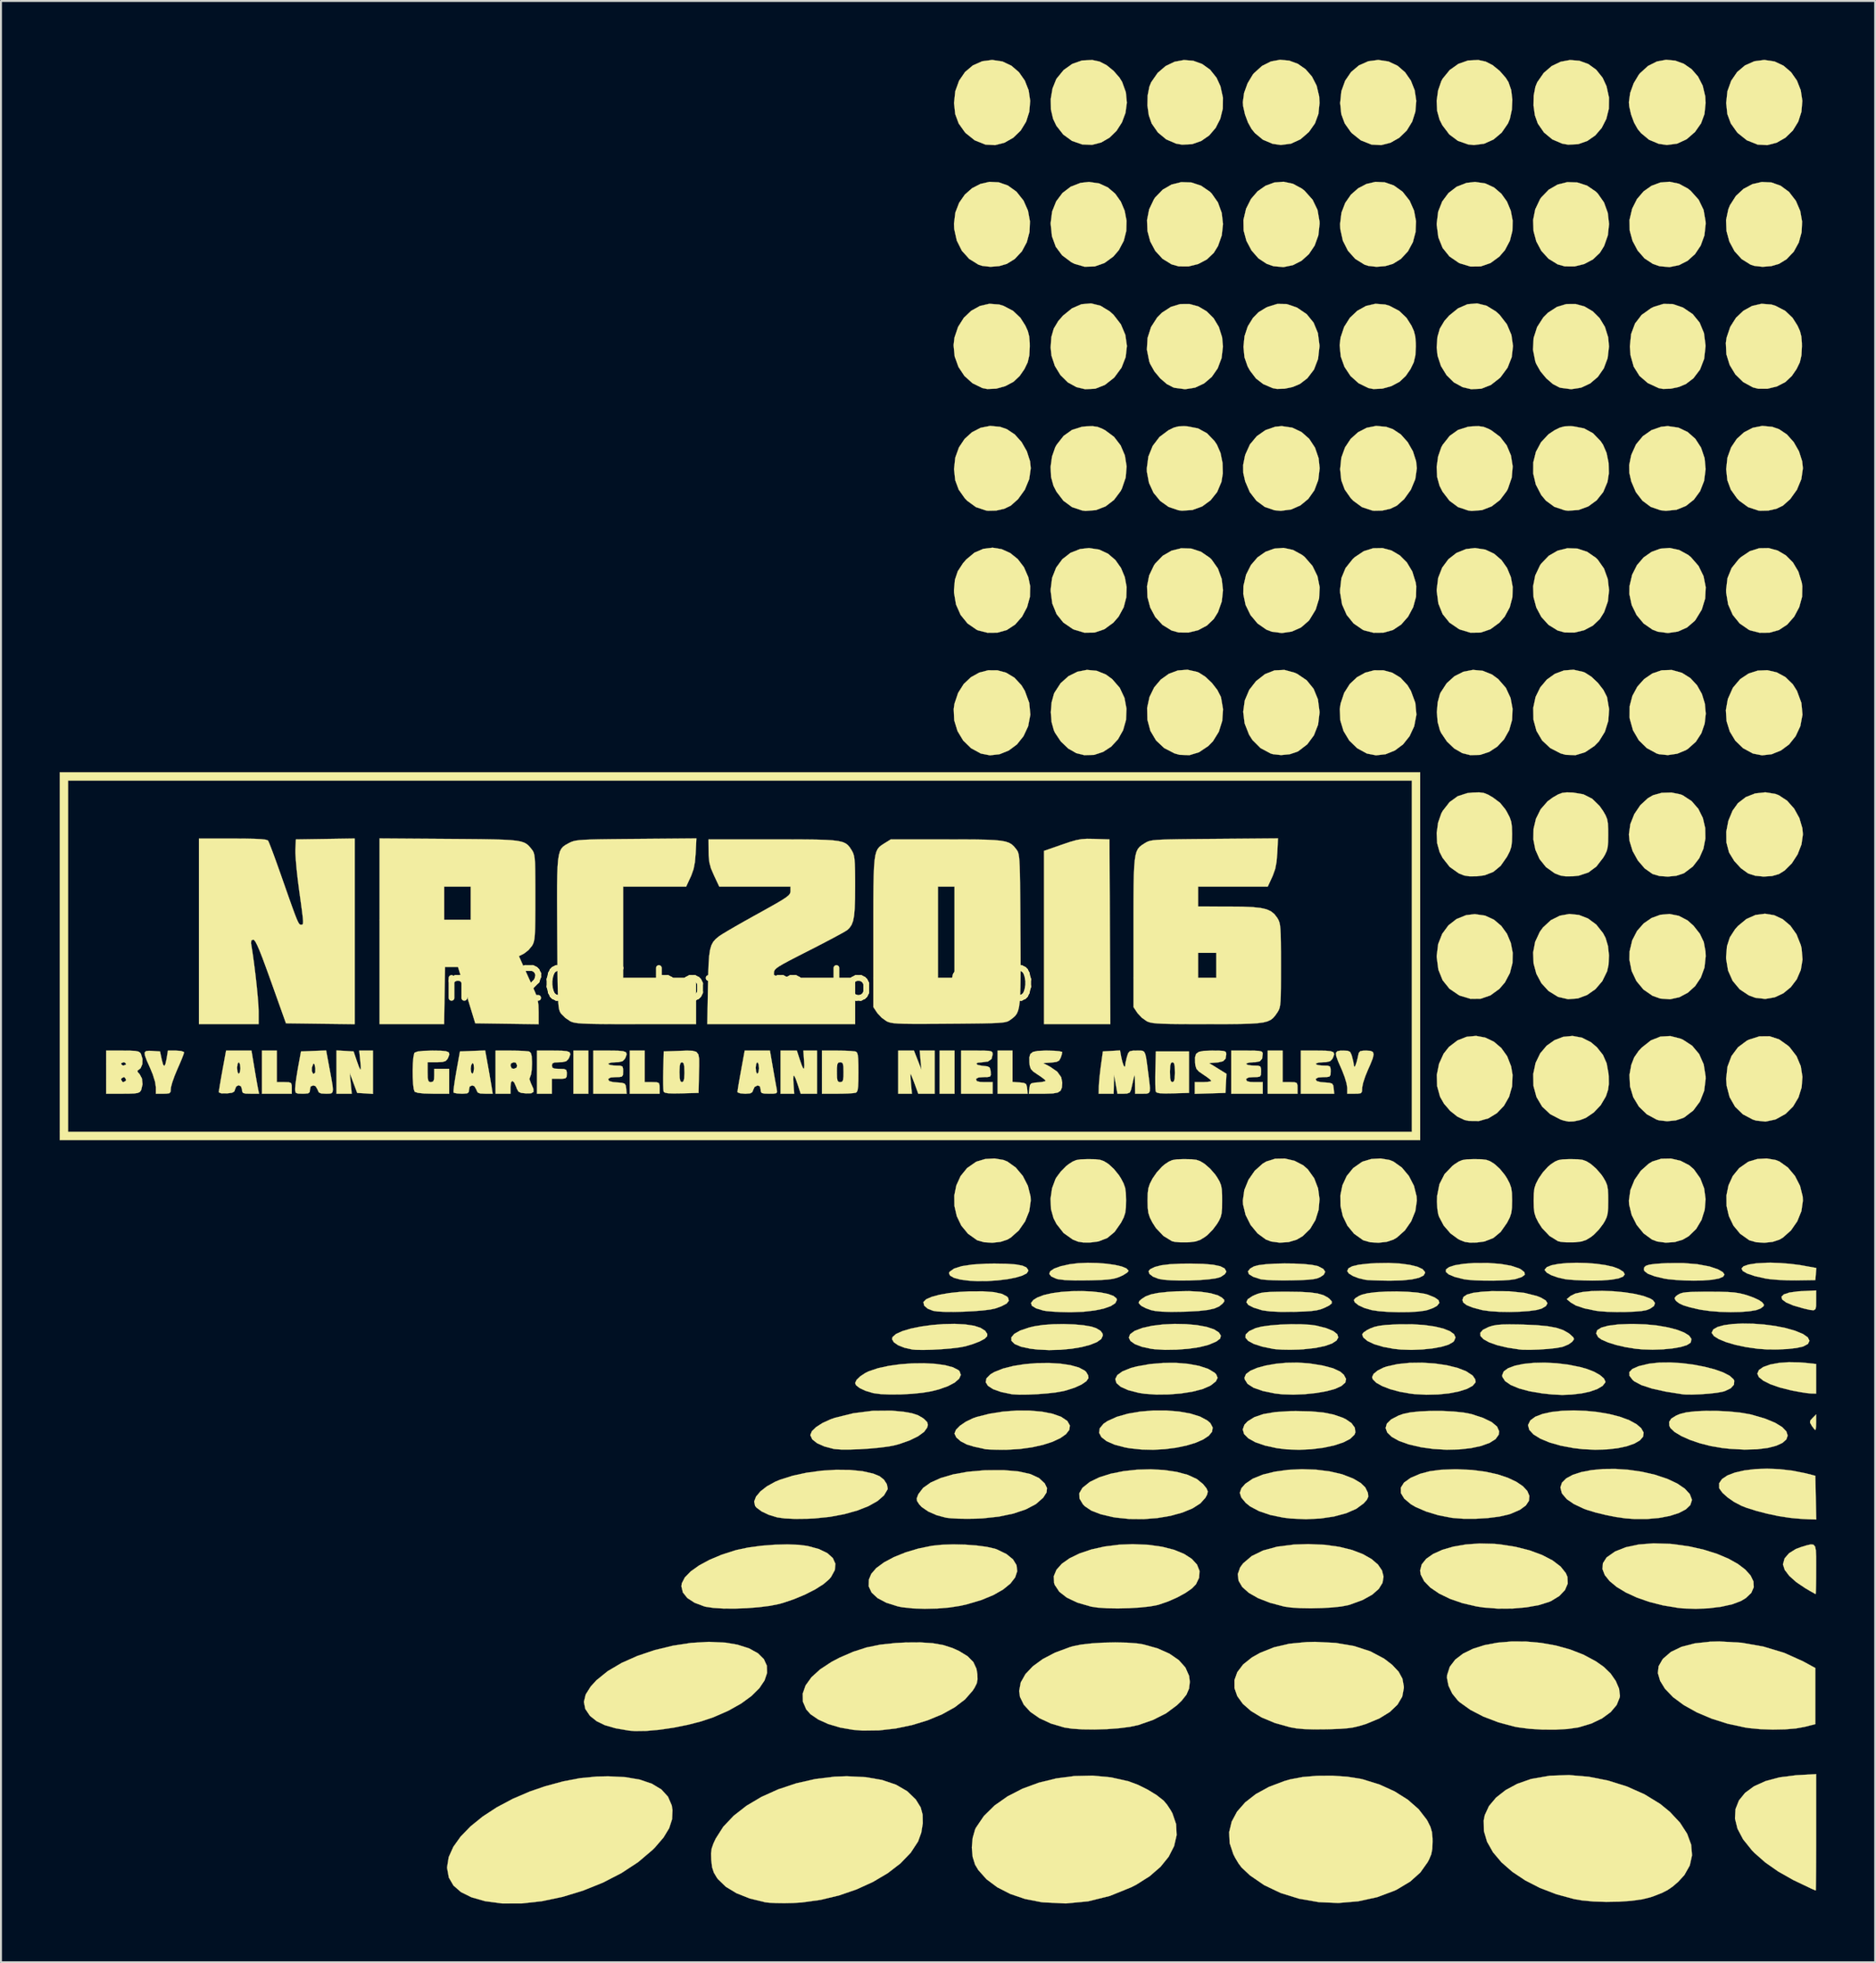
<source format=kicad_pcb>
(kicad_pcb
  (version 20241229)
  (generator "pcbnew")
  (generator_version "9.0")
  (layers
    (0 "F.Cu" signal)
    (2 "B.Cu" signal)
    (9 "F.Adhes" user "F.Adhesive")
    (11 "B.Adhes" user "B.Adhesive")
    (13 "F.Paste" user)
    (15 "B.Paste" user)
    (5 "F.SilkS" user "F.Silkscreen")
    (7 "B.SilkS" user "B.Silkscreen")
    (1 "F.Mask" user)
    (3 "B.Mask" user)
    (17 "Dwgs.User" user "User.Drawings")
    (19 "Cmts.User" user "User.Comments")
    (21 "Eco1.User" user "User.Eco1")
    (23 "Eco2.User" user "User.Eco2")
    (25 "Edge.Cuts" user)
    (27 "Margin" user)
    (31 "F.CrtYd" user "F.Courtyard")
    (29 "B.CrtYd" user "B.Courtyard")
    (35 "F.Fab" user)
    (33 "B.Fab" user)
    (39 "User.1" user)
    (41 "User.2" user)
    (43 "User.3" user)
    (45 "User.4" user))
  (footprint "nrc2016_bottom_logo_600"
    (layer "F.Cu")
    (at 34.718 47.255)
    (property "Reference" "nrc2016_bottom_logo_600" (at 0 0 0) (layer "F.SilkS") (effects (font (size 1.524 1.524) (thickness 0.3))))
    (attr through_hole)
    (fp_poly (pts (xy -7.705 5.588) (xy -8.467 5.588) (xy -8.467 3.387) (xy -7.705 3.387) (xy -7.705 5.588)) (stroke (width 0.01) (type solid)) (fill yes) (layer "F.SilkS"))
    (fp_poly (pts (xy 11.007 5.588) (xy 10.245 5.588) (xy 10.245 3.387) (xy 11.007 3.387) (xy 11.007 5.588)) (stroke (width 0.01) (type solid)) (fill yes) (layer "F.SilkS"))
    (fp_poly (pts (xy -23.622 4.995) (xy -23.241 4.995) (xy -23.007 5.002) (xy -22.896 5.045) (xy -22.862 5.16) (xy -22.86 5.292) (xy -22.86 5.588) (xy -24.384 5.588) (xy -24.384 3.387) (xy -23.622 3.387) (xy -23.622 4.995)) (stroke (width 0.01) (type solid)) (fill yes) (layer "F.SilkS"))
    (fp_poly (pts (xy -4.826 4.995) (xy -4.445 4.995) (xy -4.211 5.002) (xy -4.1 5.045) (xy -4.066 5.16) (xy -4.064 5.292) (xy -4.064 5.588) (xy -5.588 5.588) (xy -5.588 3.387) (xy -4.826 3.387) (xy -4.826 4.995)) (stroke (width 0.01) (type solid)) (fill yes) (layer "F.SilkS"))
    (fp_poly (pts (xy 13.97 4.986) (xy 14.33 5.012) (xy 14.557 5.039) (xy 14.667 5.102) (xy 14.708 5.242) (xy 14.716 5.313) (xy 14.743 5.588) (xy 13.208 5.588) (xy 13.208 3.387) (xy 13.97 3.387) (xy 13.97 4.986)) (stroke (width 0.01) (type solid)) (fill yes) (layer "F.SilkS"))
    (fp_poly (pts (xy 27.771 4.995) (xy 28.152 4.995) (xy 28.386 5.002) (xy 28.497 5.045) (xy 28.53 5.16) (xy 28.533 5.292) (xy 28.533 5.588) (xy 27.009 5.588) (xy 27.009 3.387) (xy 27.771 3.387) (xy 27.771 4.995)) (stroke (width 0.01) (type solid)) (fill yes) (layer "F.SilkS"))
    (fp_poly (pts (xy 34.798 7.959) (xy -34.713 7.959) (xy -34.713 -10.414) (xy -34.29 -10.414) (xy -34.29 7.535) (xy 34.375 7.535) (xy 34.375 -10.414) (xy -34.29 -10.414) (xy -34.713 -10.414) (xy -34.713 -10.837) (xy 34.798 -10.837) (xy 34.798 7.959)) (stroke (width 0.01) (type solid)) (fill yes) (layer "F.SilkS"))
    (fp_poly (pts (xy 55.033 22.376) (xy 55.026 22.609) (xy 55.006 22.753) (xy 54.993 22.775) (xy 54.923 22.712) (xy 54.812 22.561) (xy 54.81 22.558) (xy 54.72 22.396) (xy 54.738 22.284) (xy 54.851 22.158) (xy 55.033 21.976) (xy 55.033 22.376)) (stroke (width 0.01) (type solid)) (fill yes) (layer "F.SilkS"))
    (fp_poly (pts (xy 18.119 -7.434) (xy 18.163 -7.433) (xy 18.923 -7.408) (xy 18.945 -2.688) (xy 18.967 2.032) (xy 15.579 2.032) (xy 15.579 -6.822) (xy 16.491 -7.14) (xy 16.91 -7.282) (xy 17.227 -7.372) (xy 17.497 -7.421) (xy 17.776 -7.439) (xy 18.119 -7.434)) (stroke (width 0.01) (type solid)) (fill yes) (layer "F.SilkS"))
    (fp_poly (pts (xy 55.033 16.161) (xy 55.031 16.436) (xy 55 16.594) (xy 54.908 16.654) (xy 54.72 16.637) (xy 54.403 16.564) (xy 54.374 16.557) (xy 53.857 16.408) (xy 53.498 16.254) (xy 53.299 16.104) (xy 53.259 15.965) (xy 53.381 15.844) (xy 53.663 15.75) (xy 54.109 15.689) (xy 54.279 15.679) (xy 55.033 15.643) (xy 55.033 16.161)) (stroke (width 0.01) (type solid)) (fill yes) (layer "F.SilkS"))
    (fp_poly (pts (xy -20.137 3.403) (xy -19.7 3.429) (xy -19.545 3.887) (xy -19.434 4.199) (xy -19.365 4.348) (xy -19.333 4.335) (xy -19.335 4.16) (xy -19.358 3.909) (xy -19.413 3.387) (xy -18.711 3.387) (xy -18.711 5.597) (xy -19.113 5.571) (xy -19.516 5.546) (xy -19.898 4.53) (xy -19.795 5.588) (xy -20.574 5.588) (xy -20.574 3.378) (xy -20.137 3.403)) (stroke (width 0.01) (type solid)) (fill yes) (layer "F.SilkS"))
    (fp_poly (pts (xy 9.124 3.873) (xy 9.314 4.36) (xy 9.271 3.873) (xy 9.227 3.387) (xy 9.991 3.387) (xy 9.991 5.588) (xy 9.153 5.588) (xy 8.968 5.08) (xy 8.869 4.819) (xy 8.794 4.636) (xy 8.76 4.572) (xy 8.755 4.649) (xy 8.764 4.848) (xy 8.783 5.08) (xy 8.829 5.588) (xy 8.128 5.588) (xy 8.128 3.387) (xy 8.933 3.387) (xy 9.124 3.873)) (stroke (width 0.01) (type solid)) (fill yes) (layer "F.SilkS"))
    (fp_poly (pts (xy 54.199 19.319) (xy 54.47 19.342) (xy 55.033 19.402) (xy 55.033 20.913) (xy 54.758 20.907) (xy 54.551 20.887) (xy 54.234 20.838) (xy 53.865 20.77) (xy 53.722 20.74) (xy 53.162 20.599) (xy 52.693 20.434) (xy 52.334 20.254) (xy 52.106 20.07) (xy 52.028 19.894) (xy 52.108 19.709) (xy 52.332 19.553) (xy 52.676 19.43) (xy 53.118 19.347) (xy 53.634 19.308) (xy 54.199 19.319)) (stroke (width 0.01) (type solid)) (fill yes) (layer "F.SilkS"))
    (fp_poly (pts (xy 3.094 3.831) (xy 3.205 4.15) (xy 3.28 4.304) (xy 3.321 4.295) (xy 3.33 4.123) (xy 3.318 3.896) (xy 3.282 3.387) (xy 3.979 3.387) (xy 3.979 5.588) (xy 3.146 5.588) (xy 3.002 5.144) (xy 2.891 4.825) (xy 2.816 4.67) (xy 2.775 4.68) (xy 2.766 4.852) (xy 2.778 5.079) (xy 2.814 5.588) (xy 2.117 5.588) (xy 2.117 3.387) (xy 2.95 3.387) (xy 3.094 3.831)) (stroke (width 0.01) (type solid)) (fill yes) (layer "F.SilkS"))
    (fp_poly (pts (xy 53.182 14.24) (xy 53.705 14.281) (xy 54.179 14.34) (xy 54.297 14.36) (xy 55.042 14.497) (xy 55.017 14.805) (xy 54.991 15.113) (xy 54.017 15.128) (xy 53.552 15.124) (xy 53.079 15.101) (xy 52.663 15.064) (xy 52.451 15.033) (xy 51.896 14.909) (xy 51.507 14.777) (xy 51.283 14.646) (xy 51.221 14.521) (xy 51.32 14.41) (xy 51.576 14.319) (xy 51.988 14.255) (xy 52.554 14.226) (xy 52.705 14.224) (xy 53.182 14.24)) (stroke (width 0.01) (type solid)) (fill yes) (layer "F.SilkS"))
    (fp_poly (pts (xy 13.667 14.278) (xy 14.14 14.312) (xy 14.472 14.374) (xy 14.677 14.465) (xy 14.767 14.589) (xy 14.774 14.646) (xy 14.694 14.769) (xy 14.471 14.883) (xy 14.132 14.984) (xy 13.704 15.067) (xy 13.212 15.128) (xy 12.684 15.162) (xy 12.146 15.165) (xy 11.748 15.144) (xy 11.31 15.087) (xy 10.981 14.998) (xy 10.78 14.887) (xy 10.721 14.759) (xy 10.758 14.683) (xy 10.989 14.522) (xy 11.38 14.4) (xy 11.926 14.317) (xy 12.624 14.274) (xy 13.039 14.268) (xy 13.667 14.278)) (stroke (width 0.01) (type solid)) (fill yes) (layer "F.SilkS"))
    (fp_poly (pts (xy 13.194 -16.05) (xy 13.649 -15.925) (xy 14.067 -15.672) (xy 14.426 -15.285) (xy 14.598 -14.999) (xy 14.823 -14.387) (xy 14.88 -13.783) (xy 14.768 -13.19) (xy 14.532 -12.684) (xy 14.197 -12.263) (xy 13.777 -11.951) (xy 13.305 -11.761) (xy 12.815 -11.706) (xy 12.349 -11.797) (xy 11.853 -12.068) (xy 11.451 -12.459) (xy 11.159 -12.943) (xy 10.992 -13.489) (xy 10.965 -14.069) (xy 11.004 -14.34) (xy 11.19 -14.897) (xy 11.478 -15.351) (xy 11.845 -15.697) (xy 12.269 -15.932) (xy 12.727 -16.051) (xy 13.194 -16.05)) (stroke (width 0.01) (type solid)) (fill yes) (layer "F.SilkS"))
    (fp_poly (pts (xy 32.922 -16.05) (xy 33.376 -15.925) (xy 33.794 -15.672) (xy 34.153 -15.285) (xy 34.325 -14.999) (xy 34.551 -14.387) (xy 34.607 -13.783) (xy 34.495 -13.19) (xy 34.259 -12.684) (xy 33.924 -12.263) (xy 33.504 -11.951) (xy 33.032 -11.761) (xy 32.543 -11.706) (xy 32.076 -11.797) (xy 31.58 -12.068) (xy 31.178 -12.459) (xy 30.886 -12.943) (xy 30.719 -13.489) (xy 30.693 -14.069) (xy 30.732 -14.34) (xy 30.917 -14.897) (xy 31.205 -15.351) (xy 31.573 -15.697) (xy 31.997 -15.932) (xy 32.454 -16.051) (xy 32.922 -16.05)) (stroke (width 0.01) (type solid)) (fill yes) (layer "F.SilkS"))
    (fp_poly (pts (xy 38.9 14.285) (xy 39.436 14.378) (xy 39.845 14.512) (xy 39.957 14.571) (xy 40.131 14.715) (xy 40.145 14.841) (xy 39.996 14.954) (xy 39.68 15.058) (xy 39.669 15.061) (xy 39.403 15.102) (xy 39.017 15.129) (xy 38.559 15.142) (xy 38.077 15.141) (xy 37.62 15.126) (xy 37.235 15.097) (xy 37.034 15.068) (xy 36.564 14.951) (xy 36.258 14.823) (xy 36.112 14.692) (xy 36.12 14.565) (xy 36.279 14.449) (xy 36.583 14.351) (xy 37.03 14.279) (xy 37.556 14.24) (xy 38.265 14.238) (xy 38.9 14.285)) (stroke (width 0.01) (type solid)) (fill yes) (layer "F.SilkS"))
    (fp_poly (pts (xy 39.347 15.684) (xy 40.119 15.766) (xy 40.755 15.924) (xy 40.958 16.003) (xy 41.216 16.153) (xy 41.304 16.299) (xy 41.224 16.442) (xy 41 16.572) (xy 40.74 16.642) (xy 40.354 16.695) (xy 39.884 16.728) (xy 39.372 16.742) (xy 38.861 16.734) (xy 38.394 16.705) (xy 38.011 16.653) (xy 37.954 16.641) (xy 37.486 16.518) (xy 37.173 16.393) (xy 37.002 16.258) (xy 36.957 16.129) (xy 37.013 15.973) (xy 37.19 15.853) (xy 37.499 15.766) (xy 37.953 15.708) (xy 38.452 15.679) (xy 39.347 15.684)) (stroke (width 0.01) (type solid)) (fill yes) (layer "F.SilkS"))
    (fp_poly (pts (xy 48.959 14.3) (xy 49.579 14.416) (xy 50.02 14.565) (xy 50.265 14.705) (xy 50.349 14.831) (xy 50.28 14.941) (xy 50.065 15.031) (xy 49.711 15.096) (xy 49.228 15.134) (xy 48.768 15.142) (xy 48.315 15.132) (xy 47.866 15.105) (xy 47.482 15.068) (xy 47.283 15.038) (xy 46.774 14.917) (xy 46.432 14.787) (xy 46.256 14.648) (xy 46.228 14.561) (xy 46.252 14.456) (xy 46.339 14.379) (xy 46.513 14.324) (xy 46.799 14.285) (xy 47.219 14.256) (xy 47.456 14.245) (xy 48.241 14.242) (xy 48.959 14.3)) (stroke (width 0.01) (type solid)) (fill yes) (layer "F.SilkS"))
    (fp_poly (pts (xy 53.021 -15.943) (xy 53.463 -15.703) (xy 53.84 -15.336) (xy 54.052 -14.999) (xy 54.278 -14.387) (xy 54.335 -13.783) (xy 54.223 -13.19) (xy 53.987 -12.684) (xy 53.652 -12.263) (xy 53.231 -11.951) (xy 52.76 -11.761) (xy 52.27 -11.706) (xy 51.803 -11.797) (xy 51.302 -12.068) (xy 50.905 -12.451) (xy 50.621 -12.92) (xy 50.457 -13.449) (xy 50.421 -14.011) (xy 50.522 -14.58) (xy 50.766 -15.129) (xy 50.797 -15.18) (xy 51.152 -15.599) (xy 51.579 -15.883) (xy 52.051 -16.034) (xy 52.541 -16.054) (xy 53.021 -15.943)) (stroke (width 0.01) (type solid)) (fill yes) (layer "F.SilkS"))
    (fp_poly (pts (xy 18.394 -40.932) (xy 18.844 -40.724) (xy 19.216 -40.406) (xy 19.504 -40.001) (xy 19.7 -39.534) (xy 19.795 -39.029) (xy 19.783 -38.509) (xy 19.654 -37.999) (xy 19.402 -37.522) (xy 19.121 -37.194) (xy 18.666 -36.863) (xy 18.17 -36.689) (xy 17.653 -36.674) (xy 17.139 -36.822) (xy 16.972 -36.907) (xy 16.507 -37.256) (xy 16.179 -37.695) (xy 15.985 -38.231) (xy 15.919 -38.873) (xy 15.919 -38.904) (xy 15.994 -39.495) (xy 16.201 -40.015) (xy 16.524 -40.445) (xy 16.944 -40.765) (xy 17.443 -40.958) (xy 17.875 -41.006) (xy 18.394 -40.932)) (stroke (width 0.01) (type solid)) (fill yes) (layer "F.SilkS"))
    (fp_poly (pts (xy 18.399 -22.219) (xy 18.851 -22.007) (xy 19.225 -21.686) (xy 19.513 -21.279) (xy 19.707 -20.81) (xy 19.8 -20.303) (xy 19.783 -19.782) (xy 19.65 -19.271) (xy 19.391 -18.794) (xy 19.121 -18.483) (xy 18.664 -18.15) (xy 18.167 -17.979) (xy 17.644 -17.972) (xy 17.11 -18.132) (xy 17.042 -18.165) (xy 16.567 -18.489) (xy 16.22 -18.923) (xy 16.003 -19.461) (xy 15.92 -20.095) (xy 15.919 -20.182) (xy 15.993 -20.774) (xy 16.198 -21.296) (xy 16.516 -21.728) (xy 16.93 -22.051) (xy 17.422 -22.247) (xy 17.876 -22.298) (xy 18.399 -22.219)) (stroke (width 0.01) (type solid)) (fill yes) (layer "F.SilkS"))
    (fp_poly (pts (xy 18.468 -34.678) (xy 18.937 -34.392) (xy 19.132 -34.216) (xy 19.506 -33.732) (xy 19.734 -33.193) (xy 19.815 -32.625) (xy 19.75 -32.057) (xy 19.539 -31.516) (xy 19.181 -31.029) (xy 19.142 -30.989) (xy 18.684 -30.631) (xy 18.197 -30.44) (xy 17.682 -30.415) (xy 17.24 -30.52) (xy 16.796 -30.763) (xy 16.42 -31.135) (xy 16.134 -31.602) (xy 15.961 -32.128) (xy 15.918 -32.545) (xy 15.954 -33.08) (xy 16.078 -33.514) (xy 16.31 -33.902) (xy 16.551 -34.176) (xy 17.009 -34.548) (xy 17.491 -34.756) (xy 17.981 -34.8) (xy 18.468 -34.678)) (stroke (width 0.01) (type solid)) (fill yes) (layer "F.SilkS"))
    (fp_poly (pts (xy 23.105 -40.979) (xy 23.597 -40.82) (xy 24.043 -40.516) (xy 24.146 -40.415) (xy 24.465 -39.961) (xy 24.658 -39.429) (xy 24.724 -38.856) (xy 24.661 -38.278) (xy 24.469 -37.732) (xy 24.253 -37.383) (xy 23.9 -37.047) (xy 23.453 -36.811) (xy 22.959 -36.689) (xy 22.464 -36.693) (xy 22.098 -36.795) (xy 21.632 -37.083) (xy 21.266 -37.483) (xy 21.008 -37.965) (xy 20.865 -38.5) (xy 20.844 -39.058) (xy 20.952 -39.609) (xy 21.197 -40.123) (xy 21.26 -40.215) (xy 21.643 -40.612) (xy 22.097 -40.874) (xy 22.595 -40.997) (xy 23.105 -40.979)) (stroke (width 0.01) (type solid)) (fill yes) (layer "F.SilkS"))
    (fp_poly (pts (xy 23.106 -22.27) (xy 23.599 -22.109) (xy 24.046 -21.803) (xy 24.146 -21.704) (xy 24.465 -21.25) (xy 24.658 -20.718) (xy 24.724 -20.144) (xy 24.661 -19.566) (xy 24.469 -19.02) (xy 24.253 -18.672) (xy 23.9 -18.335) (xy 23.453 -18.1) (xy 22.959 -17.978) (xy 22.464 -17.982) (xy 22.098 -18.084) (xy 21.632 -18.372) (xy 21.266 -18.772) (xy 21.008 -19.254) (xy 20.865 -19.789) (xy 20.844 -20.346) (xy 20.952 -20.897) (xy 21.197 -21.412) (xy 21.26 -21.504) (xy 21.644 -21.903) (xy 22.099 -22.165) (xy 22.596 -22.288) (xy 23.106 -22.27)) (stroke (width 0.01) (type solid)) (fill yes) (layer "F.SilkS"))
    (fp_poly (pts (xy 23.207 -47.199) (xy 23.661 -47.034) (xy 24.065 -46.744) (xy 24.395 -46.331) (xy 24.593 -45.9) (xy 24.721 -45.315) (xy 24.713 -44.751) (xy 24.584 -44.229) (xy 24.348 -43.768) (xy 24.021 -43.386) (xy 23.617 -43.104) (xy 23.151 -42.939) (xy 22.638 -42.912) (xy 22.328 -42.966) (xy 21.825 -43.181) (xy 21.399 -43.535) (xy 21.082 -43.992) (xy 20.934 -44.413) (xy 20.864 -44.91) (xy 20.874 -45.419) (xy 20.963 -45.878) (xy 21.055 -46.102) (xy 21.388 -46.582) (xy 21.795 -46.931) (xy 22.25 -47.149) (xy 22.729 -47.238) (xy 23.207 -47.199)) (stroke (width 0.01) (type solid)) (fill yes) (layer "F.SilkS"))
    (fp_poly (pts (xy 23.704 14.283) (xy 24.22 14.327) (xy 24.584 14.405) (xy 24.805 14.516) (xy 24.89 14.663) (xy 24.892 14.69) (xy 24.82 14.808) (xy 24.639 14.933) (xy 24.575 14.964) (xy 24.341 15.026) (xy 23.98 15.075) (xy 23.531 15.111) (xy 23.036 15.131) (xy 22.536 15.136) (xy 22.072 15.123) (xy 21.684 15.093) (xy 21.429 15.047) (xy 21.146 14.936) (xy 20.97 14.801) (xy 20.92 14.664) (xy 20.997 14.56) (xy 21.243 14.442) (xy 21.572 14.356) (xy 22.009 14.302) (xy 22.576 14.274) (xy 23.029 14.269) (xy 23.704 14.283)) (stroke (width 0.01) (type solid)) (fill yes) (layer "F.SilkS"))
    (fp_poly (pts (xy 28.261 -28.45) (xy 28.734 -28.228) (xy 29.128 -27.881) (xy 29.425 -27.429) (xy 29.609 -26.893) (xy 29.663 -26.374) (xy 29.592 -25.775) (xy 29.393 -25.248) (xy 29.083 -24.81) (xy 28.681 -24.478) (xy 28.206 -24.268) (xy 27.677 -24.199) (xy 27.356 -24.229) (xy 26.86 -24.399) (xy 26.434 -24.714) (xy 26.094 -25.156) (xy 25.86 -25.702) (xy 25.76 -26.142) (xy 25.755 -26.545) (xy 25.844 -26.992) (xy 25.87 -27.083) (xy 26.102 -27.595) (xy 26.452 -28.015) (xy 26.892 -28.323) (xy 27.396 -28.497) (xy 27.728 -28.529) (xy 28.261 -28.45)) (stroke (width 0.01) (type solid)) (fill yes) (layer "F.SilkS"))
    (fp_poly (pts (xy 28.298 -40.914) (xy 28.759 -40.664) (xy 28.897 -40.552) (xy 29.303 -40.098) (xy 29.554 -39.578) (xy 29.657 -38.981) (xy 29.66 -38.862) (xy 29.596 -38.275) (xy 29.407 -37.755) (xy 29.114 -37.318) (xy 28.737 -36.979) (xy 28.296 -36.754) (xy 27.812 -36.656) (xy 27.303 -36.702) (xy 26.962 -36.82) (xy 26.536 -37.101) (xy 26.183 -37.505) (xy 25.924 -37.992) (xy 25.779 -38.525) (xy 25.769 -39.062) (xy 25.905 -39.64) (xy 26.152 -40.132) (xy 26.488 -40.525) (xy 26.893 -40.81) (xy 27.344 -40.977) (xy 27.819 -41.015) (xy 28.298 -40.914)) (stroke (width 0.01) (type solid)) (fill yes) (layer "F.SilkS"))
    (fp_poly (pts (xy 28.304 -22.2) (xy 28.767 -21.946) (xy 28.903 -21.836) (xy 29.296 -21.384) (xy 29.551 -20.861) (xy 29.664 -20.297) (xy 29.635 -19.717) (xy 29.461 -19.151) (xy 29.142 -18.627) (xy 29.094 -18.57) (xy 28.709 -18.238) (xy 28.241 -18.03) (xy 27.732 -17.955) (xy 27.224 -18.021) (xy 26.943 -18.128) (xy 26.491 -18.442) (xy 26.131 -18.873) (xy 25.882 -19.385) (xy 25.763 -19.942) (xy 25.769 -20.355) (xy 25.905 -20.936) (xy 26.152 -21.428) (xy 26.488 -21.821) (xy 26.894 -22.105) (xy 27.345 -22.269) (xy 27.823 -22.305) (xy 28.304 -22.2)) (stroke (width 0.01) (type solid)) (fill yes) (layer "F.SilkS"))
    (fp_poly (pts (xy 38.116 -3.514) (xy 38.569 -3.306) (xy 38.945 -2.987) (xy 39.236 -2.583) (xy 39.432 -2.115) (xy 39.528 -1.61) (xy 39.515 -1.089) (xy 39.384 -0.577) (xy 39.129 -0.098) (xy 38.848 0.229) (xy 38.392 0.562) (xy 37.894 0.733) (xy 37.371 0.739) (xy 36.838 0.579) (xy 36.769 0.546) (xy 36.295 0.222) (xy 35.947 -0.212) (xy 35.73 -0.749) (xy 35.647 -1.384) (xy 35.647 -1.471) (xy 35.72 -2.062) (xy 35.926 -2.583) (xy 36.244 -3.016) (xy 36.658 -3.34) (xy 37.149 -3.537) (xy 37.592 -3.589) (xy 38.116 -3.514)) (stroke (width 0.01) (type solid)) (fill yes) (layer "F.SilkS"))
    (fp_poly (pts (xy 38.123 -40.932) (xy 38.573 -40.724) (xy 38.946 -40.406) (xy 39.235 -40.002) (xy 39.43 -39.535) (xy 39.525 -39.03) (xy 39.512 -38.51) (xy 39.383 -37.999) (xy 39.13 -37.522) (xy 38.848 -37.194) (xy 38.392 -36.861) (xy 37.894 -36.69) (xy 37.371 -36.684) (xy 36.838 -36.844) (xy 36.769 -36.876) (xy 36.295 -37.201) (xy 35.947 -37.635) (xy 35.73 -38.172) (xy 35.647 -38.807) (xy 35.647 -38.894) (xy 35.721 -39.489) (xy 35.927 -40.011) (xy 36.248 -40.442) (xy 36.667 -40.764) (xy 37.166 -40.957) (xy 37.603 -41.006) (xy 38.123 -40.932)) (stroke (width 0.01) (type solid)) (fill yes) (layer "F.SilkS"))
    (fp_poly (pts (xy 38.126 -22.219) (xy 38.578 -22.007) (xy 38.952 -21.686) (xy 39.24 -21.279) (xy 39.435 -20.81) (xy 39.527 -20.303) (xy 39.511 -19.782) (xy 39.377 -19.271) (xy 39.118 -18.794) (xy 38.848 -18.483) (xy 38.392 -18.15) (xy 37.894 -17.979) (xy 37.371 -17.972) (xy 36.838 -18.132) (xy 36.769 -18.165) (xy 36.295 -18.489) (xy 35.947 -18.923) (xy 35.73 -19.461) (xy 35.647 -20.095) (xy 35.647 -20.182) (xy 35.72 -20.774) (xy 35.925 -21.296) (xy 36.244 -21.728) (xy 36.658 -22.051) (xy 37.15 -22.247) (xy 37.604 -22.298) (xy 38.126 -22.219)) (stroke (width 0.01) (type solid)) (fill yes) (layer "F.SilkS"))
    (fp_poly (pts (xy 38.128 2.721) (xy 38.563 2.929) (xy 38.943 3.25) (xy 39.245 3.674) (xy 39.447 4.19) (xy 39.519 4.621) (xy 39.496 5.211) (xy 39.343 5.746) (xy 39.078 6.209) (xy 38.72 6.581) (xy 38.289 6.845) (xy 37.803 6.983) (xy 37.282 6.978) (xy 37.066 6.931) (xy 36.698 6.757) (xy 36.333 6.465) (xy 36.018 6.098) (xy 35.817 5.746) (xy 35.666 5.2) (xy 35.651 4.623) (xy 35.765 4.056) (xy 35.999 3.542) (xy 36.269 3.199) (xy 36.707 2.863) (xy 37.178 2.678) (xy 37.658 2.633) (xy 38.128 2.721)) (stroke (width 0.01) (type solid)) (fill yes) (layer "F.SilkS"))
    (fp_poly (pts (xy 38.195 -34.678) (xy 38.664 -34.392) (xy 38.859 -34.216) (xy 39.233 -33.732) (xy 39.461 -33.193) (xy 39.542 -32.625) (xy 39.478 -32.057) (xy 39.266 -31.516) (xy 38.909 -31.029) (xy 38.869 -30.989) (xy 38.411 -30.631) (xy 37.924 -30.44) (xy 37.409 -30.415) (xy 36.968 -30.52) (xy 36.524 -30.763) (xy 36.147 -31.135) (xy 35.861 -31.602) (xy 35.688 -32.128) (xy 35.645 -32.545) (xy 35.681 -33.08) (xy 35.805 -33.514) (xy 36.037 -33.902) (xy 36.278 -34.176) (xy 36.736 -34.548) (xy 37.218 -34.756) (xy 37.709 -34.8) (xy 38.195 -34.678)) (stroke (width 0.01) (type solid)) (fill yes) (layer "F.SilkS"))
    (fp_poly (pts (xy 42.832 -40.979) (xy 43.325 -40.82) (xy 43.771 -40.516) (xy 43.874 -40.415) (xy 44.192 -39.961) (xy 44.385 -39.429) (xy 44.451 -38.856) (xy 44.389 -38.278) (xy 44.197 -37.732) (xy 43.981 -37.383) (xy 43.627 -37.047) (xy 43.18 -36.811) (xy 42.686 -36.689) (xy 42.191 -36.693) (xy 41.825 -36.795) (xy 41.359 -37.083) (xy 40.994 -37.483) (xy 40.736 -37.965) (xy 40.592 -38.5) (xy 40.571 -39.058) (xy 40.68 -39.609) (xy 40.924 -40.123) (xy 40.987 -40.215) (xy 41.37 -40.612) (xy 41.825 -40.874) (xy 42.322 -40.997) (xy 42.832 -40.979)) (stroke (width 0.01) (type solid)) (fill yes) (layer "F.SilkS"))
    (fp_poly (pts (xy 42.833 -22.27) (xy 43.326 -22.109) (xy 43.773 -21.803) (xy 43.874 -21.704) (xy 44.192 -21.25) (xy 44.385 -20.718) (xy 44.451 -20.144) (xy 44.389 -19.566) (xy 44.197 -19.02) (xy 43.981 -18.672) (xy 43.627 -18.335) (xy 43.18 -18.1) (xy 42.686 -17.978) (xy 42.191 -17.982) (xy 41.825 -18.084) (xy 41.359 -18.372) (xy 40.994 -18.772) (xy 40.736 -19.254) (xy 40.592 -19.789) (xy 40.571 -20.346) (xy 40.68 -20.897) (xy 40.924 -21.412) (xy 40.987 -21.504) (xy 41.371 -21.903) (xy 41.826 -22.165) (xy 42.323 -22.288) (xy 42.833 -22.27)) (stroke (width 0.01) (type solid)) (fill yes) (layer "F.SilkS"))
    (fp_poly (pts (xy 42.935 -47.199) (xy 43.388 -47.034) (xy 43.792 -46.744) (xy 44.122 -46.331) (xy 44.321 -45.9) (xy 44.449 -45.315) (xy 44.441 -44.751) (xy 44.311 -44.229) (xy 44.076 -43.768) (xy 43.748 -43.386) (xy 43.344 -43.104) (xy 42.878 -42.939) (xy 42.365 -42.912) (xy 42.055 -42.966) (xy 41.553 -43.181) (xy 41.126 -43.535) (xy 40.81 -43.992) (xy 40.662 -44.413) (xy 40.592 -44.91) (xy 40.601 -45.419) (xy 40.69 -45.878) (xy 40.782 -46.102) (xy 41.116 -46.582) (xy 41.522 -46.931) (xy 41.977 -47.149) (xy 42.456 -47.238) (xy 42.935 -47.199)) (stroke (width 0.01) (type solid)) (fill yes) (layer "F.SilkS"))
    (fp_poly (pts (xy 43.297 14.24) (xy 43.801 14.279) (xy 44.271 14.346) (xy 44.677 14.44) (xy 44.958 14.546) (xy 45.186 14.691) (xy 45.254 14.822) (xy 45.168 14.934) (xy 44.937 15.026) (xy 44.568 15.092) (xy 44.069 15.131) (xy 43.603 15.139) (xy 43.164 15.131) (xy 42.741 15.113) (xy 42.39 15.087) (xy 42.209 15.065) (xy 41.825 14.978) (xy 41.502 14.864) (xy 41.273 14.736) (xy 41.168 14.61) (xy 41.166 14.572) (xy 41.271 14.45) (xy 41.515 14.354) (xy 41.868 14.285) (xy 42.302 14.243) (xy 42.788 14.228) (xy 43.297 14.24)) (stroke (width 0.01) (type solid)) (fill yes) (layer "F.SilkS"))
    (fp_poly (pts (xy 44.667 15.683) (xy 45.229 15.735) (xy 45.755 15.816) (xy 46.211 15.925) (xy 46.563 16.059) (xy 46.692 16.137) (xy 46.798 16.284) (xy 46.747 16.435) (xy 46.55 16.574) (xy 46.346 16.652) (xy 46.104 16.695) (xy 45.739 16.725) (xy 45.297 16.742) (xy 44.826 16.745) (xy 44.37 16.733) (xy 43.977 16.705) (xy 43.773 16.679) (xy 43.187 16.556) (xy 42.761 16.415) (xy 42.49 16.255) (xy 42.291 16.087) (xy 42.484 15.923) (xy 42.725 15.803) (xy 43.098 15.721) (xy 43.568 15.674) (xy 44.102 15.662) (xy 44.667 15.683)) (stroke (width 0.01) (type solid)) (fill yes) (layer "F.SilkS"))
    (fp_poly (pts (xy 47.993 -28.451) (xy 48.465 -28.229) (xy 48.857 -27.882) (xy 49.152 -27.429) (xy 49.333 -26.889) (xy 49.385 -26.331) (xy 49.307 -25.728) (xy 49.102 -25.203) (xy 48.786 -24.771) (xy 48.378 -24.449) (xy 47.895 -24.253) (xy 47.356 -24.2) (xy 47.083 -24.229) (xy 46.587 -24.399) (xy 46.161 -24.714) (xy 45.821 -25.156) (xy 45.587 -25.702) (xy 45.488 -26.142) (xy 45.482 -26.545) (xy 45.572 -26.992) (xy 45.598 -27.083) (xy 45.829 -27.595) (xy 46.179 -28.015) (xy 46.619 -28.323) (xy 47.123 -28.497) (xy 47.456 -28.529) (xy 47.993 -28.451)) (stroke (width 0.01) (type solid)) (fill yes) (layer "F.SilkS"))
    (fp_poly (pts (xy 48.015 -3.503) (xy 48.462 -3.269) (xy 48.764 -3) (xy 49.094 -2.581) (xy 49.291 -2.163) (xy 49.379 -1.683) (xy 49.389 -1.434) (xy 49.327 -0.859) (xy 49.141 -0.347) (xy 48.851 0.087) (xy 48.478 0.426) (xy 48.044 0.656) (xy 47.57 0.761) (xy 47.075 0.726) (xy 46.671 0.583) (xy 46.211 0.265) (xy 45.85 -0.169) (xy 45.605 -0.687) (xy 45.492 -1.257) (xy 45.501 -1.685) (xy 45.636 -2.252) (xy 45.884 -2.732) (xy 46.221 -3.115) (xy 46.625 -3.393) (xy 47.074 -3.556) (xy 47.544 -3.596) (xy 48.015 -3.503)) (stroke (width 0.01) (type solid)) (fill yes) (layer "F.SilkS"))
    (fp_poly (pts (xy 48.026 -40.914) (xy 48.486 -40.664) (xy 48.624 -40.552) (xy 49.03 -40.098) (xy 49.281 -39.578) (xy 49.384 -38.981) (xy 49.388 -38.862) (xy 49.323 -38.275) (xy 49.135 -37.755) (xy 48.842 -37.318) (xy 48.465 -36.979) (xy 48.024 -36.754) (xy 47.539 -36.656) (xy 47.03 -36.702) (xy 46.689 -36.82) (xy 46.263 -37.101) (xy 45.911 -37.505) (xy 45.652 -37.992) (xy 45.507 -38.525) (xy 45.496 -39.062) (xy 45.632 -39.64) (xy 45.879 -40.132) (xy 46.216 -40.525) (xy 46.62 -40.81) (xy 47.071 -40.977) (xy 47.547 -41.015) (xy 48.026 -40.914)) (stroke (width 0.01) (type solid)) (fill yes) (layer "F.SilkS"))
    (fp_poly (pts (xy 48.031 -22.199) (xy 48.494 -21.946) (xy 48.63 -21.836) (xy 49.024 -21.384) (xy 49.278 -20.861) (xy 49.391 -20.297) (xy 49.362 -19.717) (xy 49.189 -19.151) (xy 48.869 -18.627) (xy 48.822 -18.57) (xy 48.436 -18.238) (xy 47.968 -18.03) (xy 47.459 -17.955) (xy 46.951 -18.021) (xy 46.671 -18.128) (xy 46.218 -18.442) (xy 45.858 -18.873) (xy 45.609 -19.385) (xy 45.49 -19.942) (xy 45.496 -20.355) (xy 45.632 -20.934) (xy 45.879 -21.425) (xy 46.216 -21.817) (xy 46.622 -22.101) (xy 47.074 -22.266) (xy 47.551 -22.302) (xy 48.031 -22.199)) (stroke (width 0.01) (type solid)) (fill yes) (layer "F.SilkS"))
    (fp_poly (pts (xy 54.897 28.635) (xy 54.978 28.729) (xy 55.019 28.924) (xy 55.033 29.241) (xy 55.034 29.7) (xy 55.033 29.887) (xy 55.032 30.329) (xy 55.027 30.704) (xy 55.02 30.983) (xy 55.012 31.137) (xy 55.007 31.157) (xy 54.927 31.117) (xy 54.741 31.013) (xy 54.489 30.865) (xy 54.478 30.859) (xy 54.016 30.547) (xy 53.66 30.229) (xy 53.429 29.923) (xy 53.34 29.649) (xy 53.34 29.63) (xy 53.421 29.336) (xy 53.649 29.07) (xy 54.001 28.853) (xy 54.273 28.752) (xy 54.558 28.666) (xy 54.761 28.621) (xy 54.897 28.635)) (stroke (width 0.01) (type solid)) (fill yes) (layer "F.SilkS"))
    (fp_poly (pts (xy 13.021 15.728) (xy 13.431 15.817) (xy 13.685 15.952) (xy 13.75 16.028) (xy 13.778 16.175) (xy 13.666 16.313) (xy 13.405 16.45) (xy 13.082 16.565) (xy 12.822 16.619) (xy 12.438 16.666) (xy 11.973 16.702) (xy 11.468 16.727) (xy 10.966 16.739) (xy 10.51 16.736) (xy 10.141 16.717) (xy 9.918 16.684) (xy 9.633 16.572) (xy 9.456 16.418) (xy 9.417 16.25) (xy 9.424 16.225) (xy 9.556 16.094) (xy 9.832 15.972) (xy 10.228 15.864) (xy 10.719 15.777) (xy 11.28 15.716) (xy 11.726 15.691) (xy 12.454 15.687) (xy 13.021 15.728)) (stroke (width 0.01) (type solid)) (fill yes) (layer "F.SilkS"))
    (fp_poly (pts (xy 13.264 -40.987) (xy 13.727 -40.827) (xy 14.16 -40.517) (xy 14.179 -40.499) (xy 14.534 -40.05) (xy 14.759 -39.541) (xy 14.859 -38.998) (xy 14.838 -38.452) (xy 14.699 -37.93) (xy 14.447 -37.46) (xy 14.085 -37.072) (xy 13.678 -36.82) (xy 13.286 -36.706) (xy 12.841 -36.671) (xy 12.421 -36.718) (xy 12.228 -36.781) (xy 11.754 -37.076) (xy 11.38 -37.493) (xy 11.122 -38.009) (xy 10.992 -38.599) (xy 10.98 -38.873) (xy 11.05 -39.445) (xy 11.243 -39.945) (xy 11.535 -40.362) (xy 11.904 -40.687) (xy 12.33 -40.906) (xy 12.791 -41.01) (xy 13.264 -40.987)) (stroke (width 0.01) (type solid)) (fill yes) (layer "F.SilkS"))
    (fp_poly (pts (xy 13.413 -22.241) (xy 13.85 -22.044) (xy 14.237 -21.734) (xy 14.553 -21.319) (xy 14.776 -20.808) (xy 14.871 -20.35) (xy 14.86 -19.81) (xy 14.714 -19.277) (xy 14.455 -18.79) (xy 14.102 -18.388) (xy 13.678 -18.109) (xy 13.199 -17.974) (xy 12.686 -17.969) (xy 12.205 -18.093) (xy 12.129 -18.128) (xy 11.67 -18.445) (xy 11.317 -18.881) (xy 11.083 -19.41) (xy 10.983 -20.007) (xy 10.98 -20.151) (xy 11.026 -20.673) (xy 11.171 -21.11) (xy 11.439 -21.521) (xy 11.605 -21.713) (xy 12.023 -22.061) (xy 12.478 -22.258) (xy 12.949 -22.316) (xy 13.413 -22.241)) (stroke (width 0.01) (type solid)) (fill yes) (layer "F.SilkS"))
    (fp_poly (pts (xy 13.454 -47.163) (xy 13.915 -46.945) (xy 14.3 -46.612) (xy 14.597 -46.187) (xy 14.792 -45.693) (xy 14.872 -45.154) (xy 14.826 -44.593) (xy 14.665 -44.089) (xy 14.385 -43.632) (xy 14.007 -43.267) (xy 13.562 -43.014) (xy 13.084 -42.89) (xy 12.604 -42.914) (xy 12.573 -42.921) (xy 12.038 -43.135) (xy 11.583 -43.498) (xy 11.527 -43.56) (xy 11.218 -43.997) (xy 11.043 -44.472) (xy 10.983 -45.035) (xy 10.983 -45.043) (xy 11.046 -45.646) (xy 11.239 -46.18) (xy 11.543 -46.625) (xy 11.943 -46.963) (xy 12.422 -47.175) (xy 12.93 -47.242) (xy 13.454 -47.163)) (stroke (width 0.01) (type solid)) (fill yes) (layer "F.SilkS"))
    (fp_poly (pts (xy 17.116 17.378) (xy 17.603 17.422) (xy 18 17.49) (xy 18.246 17.571) (xy 18.473 17.709) (xy 18.572 17.851) (xy 18.584 17.949) (xy 18.504 18.124) (xy 18.279 18.283) (xy 17.933 18.422) (xy 17.492 18.537) (xy 16.978 18.623) (xy 16.417 18.675) (xy 15.833 18.69) (xy 15.249 18.662) (xy 14.882 18.62) (xy 14.399 18.516) (xy 14.077 18.378) (xy 13.914 18.216) (xy 13.909 18.04) (xy 14.06 17.861) (xy 14.365 17.689) (xy 14.823 17.535) (xy 15.083 17.474) (xy 15.522 17.407) (xy 16.034 17.369) (xy 16.579 17.36) (xy 17.116 17.378)) (stroke (width 0.01) (type solid)) (fill yes) (layer "F.SilkS"))
    (fp_poly (pts (xy 18.009 15.695) (xy 18.464 15.744) (xy 18.846 15.82) (xy 19.128 15.922) (xy 19.283 16.049) (xy 19.304 16.123) (xy 19.223 16.291) (xy 18.993 16.442) (xy 18.633 16.568) (xy 18.164 16.666) (xy 17.606 16.73) (xy 16.977 16.754) (xy 16.849 16.754) (xy 16.423 16.745) (xy 16.028 16.724) (xy 15.713 16.696) (xy 15.552 16.671) (xy 15.172 16.555) (xy 14.959 16.424) (xy 14.914 16.281) (xy 15.037 16.126) (xy 15.233 16.006) (xy 15.567 15.878) (xy 15.988 15.782) (xy 16.469 15.716) (xy 16.984 15.681) (xy 17.506 15.674) (xy 18.009 15.695)) (stroke (width 0.01) (type solid)) (fill yes) (layer "F.SilkS"))
    (fp_poly (pts (xy 18.267 -16.025) (xy 18.744 -15.833) (xy 19.062 -15.6) (xy 19.45 -15.153) (xy 19.691 -14.637) (xy 19.792 -14.09) (xy 19.769 -13.512) (xy 19.619 -12.985) (xy 19.36 -12.525) (xy 19.013 -12.151) (xy 18.597 -11.879) (xy 18.132 -11.728) (xy 17.638 -11.714) (xy 17.231 -11.815) (xy 16.817 -12.051) (xy 16.44 -12.411) (xy 16.145 -12.85) (xy 16.083 -12.98) (xy 15.965 -13.408) (xy 15.927 -13.909) (xy 15.968 -14.411) (xy 16.086 -14.845) (xy 16.115 -14.91) (xy 16.428 -15.39) (xy 16.826 -15.747) (xy 17.282 -15.976) (xy 17.771 -16.071) (xy 18.267 -16.025)) (stroke (width 0.01) (type solid)) (fill yes) (layer "F.SilkS"))
    (fp_poly (pts (xy 18.417 -47.159) (xy 18.773 -46.977) (xy 19.131 -46.686) (xy 19.436 -46.337) (xy 19.571 -46.117) (xy 19.76 -45.591) (xy 19.812 -45.057) (xy 19.741 -44.535) (xy 19.56 -44.05) (xy 19.285 -43.621) (xy 18.929 -43.273) (xy 18.507 -43.026) (xy 18.032 -42.903) (xy 17.526 -42.924) (xy 17.006 -43.106) (xy 16.561 -43.431) (xy 16.21 -43.88) (xy 16.044 -44.229) (xy 15.932 -44.712) (xy 15.924 -45.252) (xy 16.014 -45.784) (xy 16.197 -46.242) (xy 16.224 -46.288) (xy 16.583 -46.728) (xy 17.024 -47.04) (xy 17.52 -47.214) (xy 18.042 -47.239) (xy 18.417 -47.159)) (stroke (width 0.01) (type solid)) (fill yes) (layer "F.SilkS"))
    (fp_poly (pts (xy 22.835 17.364) (xy 23.389 17.414) (xy 23.876 17.502) (xy 24.263 17.628) (xy 24.51 17.785) (xy 24.616 17.95) (xy 24.579 18.102) (xy 24.39 18.248) (xy 24.041 18.399) (xy 23.94 18.434) (xy 23.504 18.543) (xy 22.957 18.623) (xy 22.356 18.669) (xy 21.758 18.678) (xy 21.22 18.646) (xy 21.05 18.624) (xy 20.574 18.52) (xy 20.22 18.383) (xy 19.996 18.224) (xy 19.913 18.052) (xy 19.98 17.877) (xy 20.205 17.711) (xy 20.212 17.707) (xy 20.606 17.558) (xy 21.099 17.449) (xy 21.656 17.381) (xy 22.246 17.353) (xy 22.835 17.364)) (stroke (width 0.01) (type solid)) (fill yes) (layer "F.SilkS"))
    (fp_poly (pts (xy 22.956 19.396) (xy 23.508 19.498) (xy 23.961 19.647) (xy 24.289 19.842) (xy 24.379 19.932) (xy 24.448 20.108) (xy 24.36 20.289) (xy 24.111 20.486) (xy 24.048 20.524) (xy 23.671 20.685) (xy 23.167 20.814) (xy 22.58 20.906) (xy 21.949 20.957) (xy 21.316 20.964) (xy 20.722 20.922) (xy 20.427 20.877) (xy 19.884 20.738) (xy 19.502 20.568) (xy 19.28 20.375) (xy 19.22 20.172) (xy 19.322 19.969) (xy 19.587 19.777) (xy 20.016 19.605) (xy 20.326 19.523) (xy 20.992 19.405) (xy 21.671 19.347) (xy 22.335 19.344) (xy 22.956 19.396)) (stroke (width 0.01) (type solid)) (fill yes) (layer "F.SilkS"))
    (fp_poly (pts (xy 23.408 -15.966) (xy 23.498 -15.928) (xy 23.828 -15.716) (xy 24.156 -15.404) (xy 24.434 -15.047) (xy 24.612 -14.699) (xy 24.623 -14.664) (xy 24.726 -14.062) (xy 24.685 -13.465) (xy 24.51 -12.906) (xy 24.209 -12.421) (xy 23.973 -12.18) (xy 23.498 -11.862) (xy 23.01 -11.713) (xy 22.506 -11.732) (xy 22.247 -11.804) (xy 21.719 -12.076) (xy 21.306 -12.464) (xy 21.016 -12.952) (xy 20.862 -13.522) (xy 20.849 -14.126) (xy 20.97 -14.689) (xy 21.209 -15.178) (xy 21.545 -15.576) (xy 21.955 -15.869) (xy 22.417 -16.041) (xy 22.909 -16.079) (xy 23.408 -15.966)) (stroke (width 0.01) (type solid)) (fill yes) (layer "F.SilkS"))
    (fp_poly (pts (xy 23.474 -34.64) (xy 23.889 -34.396) (xy 24.243 -34.045) (xy 24.512 -33.599) (xy 24.678 -33.07) (xy 24.721 -32.597) (xy 24.651 -32.003) (xy 24.454 -31.48) (xy 24.15 -31.043) (xy 23.758 -30.71) (xy 23.298 -30.495) (xy 22.79 -30.415) (xy 22.252 -30.486) (xy 22.183 -30.507) (xy 21.854 -30.679) (xy 21.519 -30.968) (xy 21.221 -31.326) (xy 21.003 -31.71) (xy 20.957 -31.83) (xy 20.837 -32.435) (xy 20.87 -33.032) (xy 21.048 -33.592) (xy 21.364 -34.084) (xy 21.603 -34.324) (xy 22.06 -34.62) (xy 22.538 -34.764) (xy 23.016 -34.767) (xy 23.474 -34.64)) (stroke (width 0.01) (type solid)) (fill yes) (layer "F.SilkS"))
    (fp_poly (pts (xy 28.382 9.018) (xy 28.826 9.249) (xy 29.057 9.451) (xy 29.385 9.91) (xy 29.583 10.428) (xy 29.657 10.975) (xy 29.61 11.522) (xy 29.449 12.039) (xy 29.176 12.497) (xy 28.798 12.866) (xy 28.49 13.047) (xy 28.081 13.169) (xy 27.621 13.199) (xy 27.181 13.139) (xy 26.918 13.041) (xy 26.49 12.726) (xy 26.135 12.293) (xy 25.88 11.785) (xy 25.75 11.249) (xy 25.739 11.049) (xy 25.815 10.51) (xy 26.027 9.987) (xy 26.349 9.523) (xy 26.755 9.161) (xy 26.936 9.053) (xy 27.39 8.911) (xy 27.888 8.902) (xy 28.382 9.018)) (stroke (width 0.01) (type solid)) (fill yes) (layer "F.SilkS"))
    (fp_poly (pts (xy 28.39 -15.925) (xy 28.518 -15.866) (xy 29.001 -15.539) (xy 29.354 -15.104) (xy 29.574 -14.569) (xy 29.656 -13.94) (xy 29.657 -13.883) (xy 29.584 -13.274) (xy 29.371 -12.728) (xy 29.032 -12.269) (xy 28.581 -11.922) (xy 28.519 -11.889) (xy 28.137 -11.761) (xy 27.694 -11.718) (xy 27.277 -11.764) (xy 27.157 -11.8) (xy 26.641 -12.076) (xy 26.234 -12.482) (xy 26.056 -12.76) (xy 25.83 -13.338) (xy 25.758 -13.931) (xy 25.838 -14.51) (xy 26.066 -15.05) (xy 26.413 -15.496) (xy 26.87 -15.854) (xy 27.355 -16.045) (xy 27.863 -16.069) (xy 28.39 -15.925)) (stroke (width 0.01) (type solid)) (fill yes) (layer "F.SilkS"))
    (fp_poly (pts (xy 32.988 -40.988) (xy 33.451 -40.829) (xy 33.884 -40.52) (xy 33.907 -40.499) (xy 34.261 -40.05) (xy 34.486 -39.541) (xy 34.587 -38.998) (xy 34.565 -38.452) (xy 34.427 -37.93) (xy 34.174 -37.46) (xy 33.812 -37.072) (xy 33.406 -36.82) (xy 33.014 -36.706) (xy 32.568 -36.671) (xy 32.148 -36.718) (xy 31.955 -36.781) (xy 31.482 -37.075) (xy 31.109 -37.492) (xy 30.85 -38.005) (xy 30.72 -38.591) (xy 30.708 -38.862) (xy 30.779 -39.436) (xy 30.971 -39.938) (xy 31.263 -40.358) (xy 31.632 -40.683) (xy 32.057 -40.905) (xy 32.516 -41.01) (xy 32.988 -40.988)) (stroke (width 0.01) (type solid)) (fill yes) (layer "F.SilkS"))
    (fp_poly (pts (xy 33.182 -47.163) (xy 33.643 -46.945) (xy 34.028 -46.612) (xy 34.324 -46.187) (xy 34.519 -45.693) (xy 34.6 -45.154) (xy 34.553 -44.593) (xy 34.392 -44.089) (xy 34.112 -43.632) (xy 33.734 -43.267) (xy 33.289 -43.014) (xy 32.811 -42.89) (xy 32.331 -42.914) (xy 32.3 -42.921) (xy 31.765 -43.135) (xy 31.311 -43.498) (xy 31.254 -43.56) (xy 30.945 -43.997) (xy 30.77 -44.472) (xy 30.711 -45.035) (xy 30.711 -45.043) (xy 30.774 -45.646) (xy 30.966 -46.18) (xy 31.27 -46.625) (xy 31.67 -46.963) (xy 32.149 -47.175) (xy 32.657 -47.242) (xy 33.182 -47.163)) (stroke (width 0.01) (type solid)) (fill yes) (layer "F.SilkS"))
    (fp_poly (pts (xy 33.338 -22.171) (xy 33.76 -21.922) (xy 34.12 -21.561) (xy 34.397 -21.096) (xy 34.57 -20.539) (xy 34.599 -20.35) (xy 34.587 -19.81) (xy 34.442 -19.277) (xy 34.182 -18.79) (xy 33.829 -18.388) (xy 33.406 -18.109) (xy 32.927 -17.974) (xy 32.413 -17.969) (xy 31.932 -18.093) (xy 31.856 -18.128) (xy 31.396 -18.446) (xy 31.043 -18.883) (xy 30.81 -19.414) (xy 30.709 -20.017) (xy 30.706 -20.162) (xy 30.776 -20.761) (xy 30.987 -21.275) (xy 31.348 -21.728) (xy 31.461 -21.833) (xy 31.917 -22.137) (xy 32.396 -22.288) (xy 32.876 -22.296) (xy 33.338 -22.171)) (stroke (width 0.01) (type solid)) (fill yes) (layer "F.SilkS"))
    (fp_poly (pts (xy 33.772 14.267) (xy 34.263 14.333) (xy 34.653 14.429) (xy 34.92 14.551) (xy 35.045 14.697) (xy 35.052 14.742) (xy 34.971 14.882) (xy 34.736 14.995) (xy 34.364 15.078) (xy 33.868 15.129) (xy 33.263 15.144) (xy 33.195 15.144) (xy 32.784 15.136) (xy 32.417 15.125) (xy 32.139 15.111) (xy 32.004 15.098) (xy 31.661 15.019) (xy 31.365 14.905) (xy 31.156 14.777) (xy 31.073 14.653) (xy 31.073 14.649) (xy 31.135 14.512) (xy 31.33 14.406) (xy 31.666 14.326) (xy 32.154 14.271) (xy 32.566 14.246) (xy 33.2 14.237) (xy 33.772 14.267)) (stroke (width 0.01) (type solid)) (fill yes) (layer "F.SilkS"))
    (fp_poly (pts (xy 37.995 -16.025) (xy 38.472 -15.833) (xy 38.789 -15.6) (xy 39.178 -15.153) (xy 39.418 -14.637) (xy 39.519 -14.09) (xy 39.496 -13.512) (xy 39.346 -12.985) (xy 39.087 -12.525) (xy 38.741 -12.151) (xy 38.325 -11.879) (xy 37.86 -11.728) (xy 37.365 -11.714) (xy 36.958 -11.815) (xy 36.544 -12.051) (xy 36.167 -12.411) (xy 35.872 -12.85) (xy 35.811 -12.98) (xy 35.693 -13.408) (xy 35.654 -13.909) (xy 35.695 -14.411) (xy 35.813 -14.845) (xy 35.843 -14.91) (xy 36.156 -15.39) (xy 36.553 -15.747) (xy 37.009 -15.976) (xy 37.499 -16.071) (xy 37.995 -16.025)) (stroke (width 0.01) (type solid)) (fill yes) (layer "F.SilkS"))
    (fp_poly (pts (xy 42.913 -3.547) (xy 43.379 -3.365) (xy 43.798 -3.054) (xy 44.143 -2.619) (xy 44.274 -2.371) (xy 44.395 -1.964) (xy 44.447 -1.481) (xy 44.425 -1.001) (xy 44.352 -0.669) (xy 44.105 -0.164) (xy 43.755 0.245) (xy 43.329 0.543) (xy 42.855 0.719) (xy 42.358 0.757) (xy 41.865 0.644) (xy 41.825 0.627) (xy 41.359 0.339) (xy 40.995 -0.059) (xy 40.738 -0.539) (xy 40.595 -1.071) (xy 40.572 -1.625) (xy 40.676 -2.173) (xy 40.913 -2.685) (xy 41.072 -2.905) (xy 41.477 -3.28) (xy 41.936 -3.509) (xy 42.423 -3.597) (xy 42.913 -3.547)) (stroke (width 0.01) (type solid)) (fill yes) (layer "F.SilkS"))
    (fp_poly (pts (xy 43.135 -15.966) (xy 43.226 -15.928) (xy 43.555 -15.716) (xy 43.884 -15.404) (xy 44.161 -15.047) (xy 44.339 -14.699) (xy 44.35 -14.664) (xy 44.453 -14.062) (xy 44.413 -13.465) (xy 44.237 -12.906) (xy 43.937 -12.421) (xy 43.7 -12.18) (xy 43.225 -11.862) (xy 42.737 -11.713) (xy 42.234 -11.732) (xy 41.974 -11.804) (xy 41.447 -12.076) (xy 41.033 -12.464) (xy 40.744 -12.952) (xy 40.589 -13.522) (xy 40.577 -14.126) (xy 40.697 -14.689) (xy 40.937 -15.178) (xy 41.272 -15.576) (xy 41.682 -15.869) (xy 42.144 -16.041) (xy 42.636 -16.079) (xy 43.135 -15.966)) (stroke (width 0.01) (type solid)) (fill yes) (layer "F.SilkS"))
    (fp_poly (pts (xy 43.201 -34.64) (xy 43.617 -34.396) (xy 43.97 -34.045) (xy 44.24 -33.599) (xy 44.405 -33.07) (xy 44.448 -32.597) (xy 44.378 -32.003) (xy 44.182 -31.48) (xy 43.878 -31.043) (xy 43.486 -30.71) (xy 43.026 -30.495) (xy 42.517 -30.415) (xy 41.979 -30.486) (xy 41.91 -30.507) (xy 41.581 -30.679) (xy 41.246 -30.968) (xy 40.948 -31.326) (xy 40.73 -31.71) (xy 40.684 -31.83) (xy 40.564 -32.435) (xy 40.597 -33.032) (xy 40.776 -33.592) (xy 41.092 -34.084) (xy 41.33 -34.324) (xy 41.787 -34.62) (xy 42.266 -34.764) (xy 42.744 -34.767) (xy 43.201 -34.64)) (stroke (width 0.01) (type solid)) (fill yes) (layer "F.SilkS"))
    (fp_poly (pts (xy 47.711 -34.764) (xy 48.211 -34.594) (xy 48.246 -34.578) (xy 48.728 -34.25) (xy 49.081 -33.816) (xy 49.3 -33.283) (xy 49.381 -32.658) (xy 49.381 -32.597) (xy 49.309 -31.965) (xy 49.1 -31.42) (xy 48.762 -30.974) (xy 48.38 -30.683) (xy 48.019 -30.53) (xy 47.605 -30.441) (xy 47.211 -30.429) (xy 46.989 -30.47) (xy 46.434 -30.727) (xy 46.008 -31.094) (xy 45.712 -31.567) (xy 45.549 -32.144) (xy 45.515 -32.597) (xy 45.579 -33.236) (xy 45.779 -33.773) (xy 46.115 -34.211) (xy 46.587 -34.548) (xy 46.736 -34.622) (xy 47.229 -34.773) (xy 47.711 -34.764)) (stroke (width 0.01) (type solid)) (fill yes) (layer "F.SilkS"))
    (fp_poly (pts (xy 48.11 9.018) (xy 48.553 9.249) (xy 48.785 9.451) (xy 49.112 9.91) (xy 49.31 10.428) (xy 49.384 10.975) (xy 49.338 11.522) (xy 49.176 12.039) (xy 48.904 12.497) (xy 48.525 12.866) (xy 48.218 13.047) (xy 47.808 13.169) (xy 47.348 13.199) (xy 46.908 13.139) (xy 46.645 13.041) (xy 46.217 12.726) (xy 45.863 12.293) (xy 45.607 11.785) (xy 45.477 11.249) (xy 45.466 11.049) (xy 45.542 10.51) (xy 45.754 9.987) (xy 46.076 9.523) (xy 46.482 9.161) (xy 46.663 9.053) (xy 47.117 8.911) (xy 47.615 8.902) (xy 48.11 9.018)) (stroke (width 0.01) (type solid)) (fill yes) (layer "F.SilkS"))
    (fp_poly (pts (xy 52.747 -40.98) (xy 53.216 -40.815) (xy 53.639 -40.504) (xy 53.648 -40.496) (xy 53.998 -40.041) (xy 54.219 -39.526) (xy 54.315 -38.981) (xy 54.289 -38.433) (xy 54.146 -37.911) (xy 53.889 -37.444) (xy 53.523 -37.059) (xy 53.133 -36.82) (xy 52.741 -36.706) (xy 52.296 -36.671) (xy 51.875 -36.718) (xy 51.682 -36.781) (xy 51.225 -37.067) (xy 50.861 -37.47) (xy 50.599 -37.959) (xy 50.453 -38.5) (xy 50.431 -39.062) (xy 50.547 -39.614) (xy 50.629 -39.816) (xy 50.934 -40.294) (xy 51.324 -40.655) (xy 51.774 -40.894) (xy 52.257 -41.004) (xy 52.747 -40.98)) (stroke (width 0.01) (type solid)) (fill yes) (layer "F.SilkS"))
    (fp_poly (pts (xy 52.888 -3.534) (xy 53.328 -3.329) (xy 53.716 -3) (xy 54.03 -2.557) (xy 54.249 -2.006) (xy 54.289 -1.839) (xy 54.337 -1.269) (xy 54.249 -0.737) (xy 54.044 -0.262) (xy 53.74 0.141) (xy 53.358 0.455) (xy 52.916 0.661) (xy 52.433 0.744) (xy 51.928 0.686) (xy 51.594 0.563) (xy 51.125 0.25) (xy 50.767 -0.18) (xy 50.533 -0.704) (xy 50.435 -1.302) (xy 50.433 -1.397) (xy 50.476 -1.944) (xy 50.621 -2.398) (xy 50.888 -2.812) (xy 51.035 -2.98) (xy 51.47 -3.34) (xy 51.938 -3.547) (xy 52.418 -3.61) (xy 52.888 -3.534)) (stroke (width 0.01) (type solid)) (fill yes) (layer "F.SilkS"))
    (fp_poly (pts (xy 52.909 -47.163) (xy 53.37 -46.945) (xy 53.755 -46.612) (xy 54.051 -46.187) (xy 54.246 -45.693) (xy 54.327 -45.154) (xy 54.28 -44.593) (xy 54.12 -44.089) (xy 53.84 -43.632) (xy 53.461 -43.267) (xy 53.017 -43.014) (xy 52.539 -42.89) (xy 52.058 -42.914) (xy 52.028 -42.921) (xy 51.493 -43.135) (xy 51.038 -43.498) (xy 50.982 -43.56) (xy 50.673 -43.997) (xy 50.497 -44.472) (xy 50.438 -45.035) (xy 50.438 -45.043) (xy 50.501 -45.646) (xy 50.693 -46.18) (xy 50.998 -46.625) (xy 51.398 -46.963) (xy 51.877 -47.175) (xy 52.385 -47.242) (xy 52.909 -47.163)) (stroke (width 0.01) (type solid)) (fill yes) (layer "F.SilkS"))
    (fp_poly (pts (xy 53.066 -22.171) (xy 53.487 -21.922) (xy 53.847 -21.561) (xy 54.124 -21.096) (xy 54.297 -20.539) (xy 54.326 -20.35) (xy 54.315 -19.81) (xy 54.169 -19.277) (xy 53.909 -18.79) (xy 53.556 -18.388) (xy 53.133 -18.109) (xy 52.654 -17.974) (xy 52.14 -17.969) (xy 51.659 -18.093) (xy 51.583 -18.128) (xy 51.124 -18.446) (xy 50.771 -18.883) (xy 50.537 -19.414) (xy 50.436 -20.017) (xy 50.433 -20.162) (xy 50.504 -20.761) (xy 50.714 -21.275) (xy 51.075 -21.728) (xy 51.189 -21.833) (xy 51.644 -22.137) (xy 52.123 -22.288) (xy 52.604 -22.296) (xy 53.066 -22.171)) (stroke (width 0.01) (type solid)) (fill yes) (layer "F.SilkS"))
    (fp_poly (pts (xy 53.143 2.813) (xy 53.606 3.142) (xy 53.682 3.215) (xy 54.033 3.672) (xy 54.248 4.184) (xy 54.332 4.725) (xy 54.291 5.266) (xy 54.13 5.78) (xy 53.855 6.241) (xy 53.471 6.62) (xy 52.984 6.889) (xy 52.938 6.907) (xy 52.448 7.012) (xy 51.971 6.962) (xy 51.803 6.91) (xy 51.293 6.643) (xy 50.892 6.255) (xy 50.611 5.761) (xy 50.46 5.178) (xy 50.436 4.826) (xy 50.504 4.205) (xy 50.708 3.663) (xy 51.039 3.216) (xy 51.486 2.882) (xy 51.594 2.828) (xy 52.135 2.656) (xy 52.652 2.651) (xy 53.143 2.813)) (stroke (width 0.01) (type solid)) (fill yes) (layer "F.SilkS"))
    (fp_poly (pts (xy 55.033 43.337) (xy 55.033 44.027) (xy 55.031 44.661) (xy 55.029 45.218) (xy 55.025 45.68) (xy 55.021 46.029) (xy 55.017 46.243) (xy 55.012 46.307) (xy 54.928 46.273) (xy 54.779 46.208) (xy 53.861 45.77) (xy 53.089 45.332) (xy 52.438 44.877) (xy 51.885 44.39) (xy 51.749 44.25) (xy 51.3 43.691) (xy 51.014 43.148) (xy 50.887 42.631) (xy 50.913 42.147) (xy 51.088 41.705) (xy 51.406 41.313) (xy 51.862 40.98) (xy 52.451 40.714) (xy 53.168 40.524) (xy 54.007 40.417) (xy 54.123 40.41) (xy 55.033 40.361) (xy 55.033 43.337)) (stroke (width 0.01) (type solid)) (fill yes) (layer "F.SilkS"))
    (fp_poly (pts (xy 13.335 -28.492) (xy 13.678 -28.373) (xy 14.082 -28.105) (xy 14.432 -27.714) (xy 14.701 -27.242) (xy 14.865 -26.733) (xy 14.901 -26.374) (xy 14.822 -25.818) (xy 14.598 -25.279) (xy 14.252 -24.797) (xy 13.882 -24.466) (xy 13.548 -24.305) (xy 13.133 -24.212) (xy 12.716 -24.203) (xy 12.615 -24.217) (xy 12.101 -24.389) (xy 11.653 -24.715) (xy 11.527 -24.848) (xy 11.218 -25.286) (xy 11.043 -25.761) (xy 10.983 -26.324) (xy 10.983 -26.331) (xy 11.045 -26.92) (xy 11.232 -27.441) (xy 11.524 -27.878) (xy 11.9 -28.217) (xy 12.34 -28.443) (xy 12.826 -28.539) (xy 13.335 -28.492)) (stroke (width 0.01) (type solid)) (fill yes) (layer "F.SilkS"))
    (fp_poly (pts (xy 18.303 14.239) (xy 18.775 14.276) (xy 19.199 14.336) (xy 19.547 14.417) (xy 19.788 14.515) (xy 19.894 14.627) (xy 19.897 14.648) (xy 19.826 14.733) (xy 19.644 14.848) (xy 19.494 14.922) (xy 19.309 14.995) (xy 19.107 15.047) (xy 18.853 15.083) (xy 18.515 15.107) (xy 18.056 15.122) (xy 17.822 15.127) (xy 17.156 15.131) (xy 16.653 15.112) (xy 16.31 15.07) (xy 16.214 15.046) (xy 15.95 14.927) (xy 15.847 14.796) (xy 15.898 14.659) (xy 16.095 14.526) (xy 16.433 14.404) (xy 16.888 14.303) (xy 17.33 14.249) (xy 17.811 14.229) (xy 18.303 14.239)) (stroke (width 0.01) (type solid)) (fill yes) (layer "F.SilkS"))
    (fp_poly (pts (xy 28.377 14.269) (xy 28.853 14.292) (xy 29.256 14.333) (xy 29.546 14.391) (xy 29.591 14.407) (xy 29.853 14.544) (xy 29.947 14.689) (xy 29.873 14.839) (xy 29.702 14.956) (xy 29.55 15.019) (xy 29.349 15.064) (xy 29.068 15.095) (xy 28.675 15.115) (xy 28.194 15.127) (xy 27.726 15.129) (xy 27.291 15.12) (xy 26.931 15.102) (xy 26.687 15.076) (xy 26.644 15.067) (xy 26.267 14.945) (xy 26.051 14.812) (xy 25.998 14.669) (xy 26.112 14.523) (xy 26.31 14.412) (xy 26.547 14.349) (xy 26.913 14.303) (xy 27.366 14.274) (xy 27.868 14.263) (xy 28.377 14.269)) (stroke (width 0.01) (type solid)) (fill yes) (layer "F.SilkS"))
    (fp_poly (pts (xy 28.707 17.37) (xy 29.171 17.396) (xy 29.479 17.437) (xy 30 17.568) (xy 30.36 17.718) (xy 30.563 17.879) (xy 30.616 18.043) (xy 30.525 18.203) (xy 30.294 18.352) (xy 29.93 18.481) (xy 29.439 18.583) (xy 28.825 18.65) (xy 28.575 18.664) (xy 28.156 18.674) (xy 27.749 18.667) (xy 27.417 18.646) (xy 27.305 18.632) (xy 26.734 18.515) (xy 26.302 18.376) (xy 26.013 18.221) (xy 25.873 18.057) (xy 25.887 17.889) (xy 26.059 17.723) (xy 26.393 17.566) (xy 26.702 17.489) (xy 27.134 17.43) (xy 27.643 17.388) (xy 28.182 17.368) (xy 28.707 17.37)) (stroke (width 0.01) (type solid)) (fill yes) (layer "F.SilkS"))
    (fp_poly (pts (xy 33.063 -28.492) (xy 33.406 -28.373) (xy 33.809 -28.105) (xy 34.159 -27.714) (xy 34.429 -27.242) (xy 34.592 -26.733) (xy 34.629 -26.374) (xy 34.549 -25.818) (xy 34.325 -25.279) (xy 33.98 -24.797) (xy 33.609 -24.466) (xy 33.275 -24.305) (xy 32.86 -24.212) (xy 32.444 -24.203) (xy 32.343 -24.217) (xy 31.828 -24.389) (xy 31.381 -24.715) (xy 31.254 -24.848) (xy 30.945 -25.286) (xy 30.77 -25.761) (xy 30.711 -26.324) (xy 30.711 -26.331) (xy 30.773 -26.92) (xy 30.96 -27.441) (xy 31.251 -27.878) (xy 31.627 -28.217) (xy 32.068 -28.443) (xy 32.553 -28.539) (xy 33.063 -28.492)) (stroke (width 0.01) (type solid)) (fill yes) (layer "F.SilkS"))
    (fp_poly (pts (xy 38.144 -47.159) (xy 38.501 -46.976) (xy 38.862 -46.683) (xy 39.173 -46.327) (xy 39.311 -46.107) (xy 39.45 -45.705) (xy 39.508 -45.216) (xy 39.485 -44.704) (xy 39.382 -44.229) (xy 39.287 -43.997) (xy 38.964 -43.527) (xy 38.549 -43.177) (xy 38.068 -42.961) (xy 37.548 -42.893) (xy 37.253 -42.924) (xy 36.73 -43.106) (xy 36.289 -43.435) (xy 35.931 -43.91) (xy 35.791 -44.189) (xy 35.667 -44.638) (xy 35.644 -45.158) (xy 35.716 -45.684) (xy 35.878 -46.154) (xy 35.95 -46.286) (xy 36.31 -46.727) (xy 36.751 -47.04) (xy 37.246 -47.214) (xy 37.768 -47.239) (xy 38.144 -47.159)) (stroke (width 0.01) (type solid)) (fill yes) (layer "F.SilkS"))
    (fp_poly (pts (xy 42.635 -28.517) (xy 43.175 -28.412) (xy 43.63 -28.165) (xy 44.013 -27.769) (xy 44.142 -27.579) (xy 44.325 -27.156) (xy 44.428 -26.645) (xy 44.441 -26.114) (xy 44.372 -25.679) (xy 44.153 -25.16) (xy 43.816 -24.736) (xy 43.387 -24.424) (xy 42.891 -24.242) (xy 42.356 -24.206) (xy 42.18 -24.228) (xy 41.661 -24.401) (xy 41.224 -24.722) (xy 40.987 -25.007) (xy 40.71 -25.541) (xy 40.576 -26.106) (xy 40.58 -26.674) (xy 40.715 -27.216) (xy 40.976 -27.705) (xy 41.357 -28.111) (xy 41.667 -28.319) (xy 41.94 -28.452) (xy 42.177 -28.515) (xy 42.459 -28.526) (xy 42.635 -28.517)) (stroke (width 0.01) (type solid)) (fill yes) (layer "F.SilkS"))
    (fp_poly (pts (xy 46.326 17.377) (xy 46.93 17.438) (xy 47.47 17.532) (xy 47.931 17.653) (xy 48.294 17.795) (xy 48.543 17.952) (xy 48.66 18.12) (xy 48.628 18.291) (xy 48.606 18.322) (xy 48.424 18.437) (xy 48.107 18.533) (xy 47.688 18.606) (xy 47.2 18.653) (xy 46.675 18.67) (xy 46.147 18.654) (xy 45.805 18.622) (xy 45.29 18.539) (xy 44.805 18.426) (xy 44.385 18.294) (xy 44.066 18.153) (xy 43.897 18.031) (xy 43.791 17.837) (xy 43.847 17.673) (xy 44.058 17.54) (xy 44.42 17.442) (xy 44.925 17.379) (xy 45.569 17.355) (xy 45.678 17.355) (xy 46.326 17.377)) (stroke (width 0.01) (type solid)) (fill yes) (layer "F.SilkS"))
    (fp_poly (pts (xy 47.668 -16.063) (xy 48.18 -15.919) (xy 48.608 -15.65) (xy 48.948 -15.282) (xy 49.195 -14.84) (xy 49.345 -14.349) (xy 49.393 -13.834) (xy 49.336 -13.321) (xy 49.168 -12.833) (xy 48.886 -12.398) (xy 48.485 -12.039) (xy 48.375 -11.969) (xy 47.935 -11.788) (xy 47.456 -11.717) (xy 47.003 -11.763) (xy 46.884 -11.8) (xy 46.379 -12.075) (xy 45.971 -12.476) (xy 45.676 -12.982) (xy 45.511 -13.568) (xy 45.5 -13.651) (xy 45.506 -14.215) (xy 45.644 -14.743) (xy 45.897 -15.213) (xy 46.243 -15.601) (xy 46.664 -15.888) (xy 47.139 -16.05) (xy 47.65 -16.066) (xy 47.668 -16.063)) (stroke (width 0.01) (type solid)) (fill yes) (layer "F.SilkS"))
    (fp_poly (pts (xy 48.119 2.78) (xy 48.228 2.828) (xy 48.698 3.136) (xy 49.054 3.56) (xy 49.286 4.085) (xy 49.384 4.692) (xy 49.387 4.828) (xy 49.311 5.44) (xy 49.096 5.987) (xy 48.756 6.445) (xy 48.305 6.791) (xy 48.246 6.823) (xy 47.864 6.95) (xy 47.421 6.994) (xy 47.004 6.948) (xy 46.884 6.911) (xy 46.381 6.639) (xy 45.978 6.249) (xy 45.688 5.766) (xy 45.523 5.217) (xy 45.495 4.627) (xy 45.588 4.111) (xy 45.736 3.731) (xy 45.96 3.406) (xy 46.127 3.227) (xy 46.588 2.864) (xy 47.074 2.669) (xy 47.584 2.641) (xy 48.119 2.78)) (stroke (width 0.01) (type solid)) (fill yes) (layer "F.SilkS"))
    (fp_poly (pts (xy 52.79 -28.492) (xy 53.133 -28.373) (xy 53.536 -28.105) (xy 53.886 -27.714) (xy 54.156 -27.242) (xy 54.319 -26.733) (xy 54.356 -26.374) (xy 54.276 -25.818) (xy 54.052 -25.279) (xy 53.707 -24.797) (xy 53.336 -24.466) (xy 53.003 -24.305) (xy 52.588 -24.212) (xy 52.171 -24.203) (xy 52.07 -24.217) (xy 51.556 -24.389) (xy 51.108 -24.715) (xy 50.982 -24.848) (xy 50.673 -25.286) (xy 50.497 -25.761) (xy 50.438 -26.324) (xy 50.438 -26.331) (xy 50.5 -26.92) (xy 50.687 -27.441) (xy 50.978 -27.878) (xy 51.354 -28.217) (xy 51.795 -28.443) (xy 52.28 -28.539) (xy 52.79 -28.492)) (stroke (width 0.01) (type solid)) (fill yes) (layer "F.SilkS"))
    (fp_poly (pts (xy 53.166 24.776) (xy 53.823 24.852) (xy 54.476 24.982) (xy 54.568 25.005) (xy 54.991 25.114) (xy 55.015 26.231) (xy 55.038 27.347) (xy 54.634 27.336) (xy 54.321 27.319) (xy 53.94 27.288) (xy 53.679 27.26) (xy 53.129 27.176) (xy 52.538 27.052) (xy 51.964 26.903) (xy 51.464 26.744) (xy 51.211 26.644) (xy 50.846 26.453) (xy 50.513 26.222) (xy 50.248 25.985) (xy 50.094 25.773) (xy 50.08 25.737) (xy 50.078 25.493) (xy 50.225 25.278) (xy 50.502 25.095) (xy 50.889 24.948) (xy 51.368 24.839) (xy 51.92 24.772) (xy 52.525 24.75) (xy 53.166 24.776)) (stroke (width 0.01) (type solid)) (fill yes) (layer "F.SilkS"))
    (fp_poly (pts (xy 11.546 17.378) (xy 12.01 17.447) (xy 12.336 17.553) (xy 12.569 17.7) (xy 12.681 17.867) (xy 12.676 17.975) (xy 12.549 18.109) (xy 12.279 18.254) (xy 11.891 18.399) (xy 11.549 18.499) (xy 11.25 18.555) (xy 10.836 18.605) (xy 10.356 18.645) (xy 9.861 18.672) (xy 9.401 18.683) (xy 9.025 18.676) (xy 8.848 18.66) (xy 8.45 18.571) (xy 8.128 18.444) (xy 7.908 18.293) (xy 7.814 18.135) (xy 7.837 18.025) (xy 8.019 17.865) (xy 8.341 17.72) (xy 8.772 17.592) (xy 9.284 17.488) (xy 9.847 17.41) (xy 10.431 17.363) (xy 11.008 17.351) (xy 11.546 17.378)) (stroke (width 0.01) (type solid)) (fill yes) (layer "F.SilkS"))
    (fp_poly (pts (xy 13.285 -34.742) (xy 13.509 -34.674) (xy 13.997 -34.42) (xy 14.373 -34.063) (xy 14.626 -33.665) (xy 14.753 -33.383) (xy 14.822 -33.111) (xy 14.848 -32.775) (xy 14.85 -32.597) (xy 14.828 -32.149) (xy 14.744 -31.787) (xy 14.576 -31.442) (xy 14.336 -31.093) (xy 14.021 -30.796) (xy 13.603 -30.573) (xy 13.138 -30.443) (xy 12.68 -30.424) (xy 12.426 -30.475) (xy 11.927 -30.72) (xy 11.515 -31.089) (xy 11.206 -31.555) (xy 11.015 -32.089) (xy 10.959 -32.661) (xy 11.004 -33.052) (xy 11.189 -33.602) (xy 11.482 -34.065) (xy 11.861 -34.425) (xy 12.303 -34.668) (xy 12.786 -34.779) (xy 13.285 -34.742)) (stroke (width 0.01) (type solid)) (fill yes) (layer "F.SilkS"))
    (fp_poly (pts (xy 13.502 8.973) (xy 13.704 9.053) (xy 14.136 9.362) (xy 14.495 9.79) (xy 14.754 10.295) (xy 14.889 10.833) (xy 14.901 11.049) (xy 14.825 11.588) (xy 14.613 12.111) (xy 14.291 12.575) (xy 13.885 12.937) (xy 13.704 13.045) (xy 13.357 13.158) (xy 12.94 13.203) (xy 12.524 13.178) (xy 12.182 13.084) (xy 12.15 13.068) (xy 11.695 12.744) (xy 11.352 12.327) (xy 11.121 11.844) (xy 11.002 11.322) (xy 10.995 10.789) (xy 11.1 10.271) (xy 11.317 9.796) (xy 11.646 9.39) (xy 12.088 9.081) (xy 12.15 9.051) (xy 12.579 8.924) (xy 13.054 8.898) (xy 13.502 8.973)) (stroke (width 0.01) (type solid)) (fill yes) (layer "F.SilkS"))
    (fp_poly (pts (xy 18.313 -28.49) (xy 18.559 -28.392) (xy 18.705 -28.316) (xy 19.157 -27.98) (xy 19.494 -27.541) (xy 19.711 -27.028) (xy 19.799 -26.47) (xy 19.751 -25.896) (xy 19.559 -25.335) (xy 19.494 -25.209) (xy 19.153 -24.755) (xy 18.723 -24.426) (xy 18.23 -24.235) (xy 17.702 -24.195) (xy 17.526 -24.217) (xy 17.011 -24.39) (xy 16.572 -24.713) (xy 16.214 -25.181) (xy 16.063 -25.477) (xy 15.94 -25.927) (xy 15.916 -26.447) (xy 15.988 -26.973) (xy 16.15 -27.443) (xy 16.223 -27.574) (xy 16.581 -28.03) (xy 17.006 -28.333) (xy 17.509 -28.492) (xy 17.732 -28.517) (xy 18.065 -28.526) (xy 18.313 -28.49)) (stroke (width 0.01) (type solid)) (fill yes) (layer "F.SilkS"))
    (fp_poly (pts (xy 22.468 21.829) (xy 23.052 21.932) (xy 23.55 22.087) (xy 23.931 22.292) (xy 24.082 22.427) (xy 24.199 22.649) (xy 24.164 22.865) (xy 23.995 23.07) (xy 23.71 23.258) (xy 23.327 23.426) (xy 22.863 23.567) (xy 22.336 23.677) (xy 21.764 23.751) (xy 21.164 23.784) (xy 20.555 23.77) (xy 19.954 23.706) (xy 19.716 23.663) (xy 19.18 23.522) (xy 18.777 23.344) (xy 18.513 23.139) (xy 18.394 22.916) (xy 18.428 22.685) (xy 18.62 22.455) (xy 18.818 22.319) (xy 19.296 22.102) (xy 19.865 21.94) (xy 20.497 21.832) (xy 21.161 21.778) (xy 21.828 21.777) (xy 22.468 21.829)) (stroke (width 0.01) (type solid)) (fill yes) (layer "F.SilkS"))
    (fp_poly (pts (xy 22.908 -28.517) (xy 23.448 -28.412) (xy 23.903 -28.165) (xy 24.286 -27.769) (xy 24.414 -27.579) (xy 24.598 -27.156) (xy 24.7 -26.645) (xy 24.714 -26.114) (xy 24.645 -25.679) (xy 24.426 -25.16) (xy 24.088 -24.736) (xy 23.659 -24.424) (xy 23.164 -24.242) (xy 22.629 -24.206) (xy 22.452 -24.228) (xy 21.948 -24.398) (xy 21.516 -24.705) (xy 21.174 -25.123) (xy 20.942 -25.629) (xy 20.836 -26.199) (xy 20.832 -26.365) (xy 20.912 -26.973) (xy 21.132 -27.517) (xy 21.479 -27.974) (xy 21.936 -28.317) (xy 21.94 -28.319) (xy 22.213 -28.452) (xy 22.45 -28.515) (xy 22.732 -28.526) (xy 22.908 -28.517)) (stroke (width 0.01) (type solid)) (fill yes) (layer "F.SilkS"))
    (fp_poly (pts (xy 23.583 15.709) (xy 24.081 15.782) (xy 24.46 15.891) (xy 24.659 16.002) (xy 24.786 16.12) (xy 24.786 16.212) (xy 24.7 16.318) (xy 24.53 16.457) (xy 24.288 16.562) (xy 23.951 16.638) (xy 23.497 16.69) (xy 22.904 16.723) (xy 22.691 16.729) (xy 22.071 16.738) (xy 21.597 16.725) (xy 21.245 16.689) (xy 21.054 16.648) (xy 20.784 16.551) (xy 20.567 16.439) (xy 20.504 16.389) (xy 20.416 16.278) (xy 20.444 16.188) (xy 20.56 16.083) (xy 20.774 15.945) (xy 21.051 15.842) (xy 21.419 15.767) (xy 21.908 15.715) (xy 22.339 15.688) (xy 22.994 15.676) (xy 23.583 15.709)) (stroke (width 0.01) (type solid)) (fill yes) (layer "F.SilkS"))
    (fp_poly (pts (xy 28.106 -47.207) (xy 28.547 -47.044) (xy 28.942 -46.77) (xy 29.269 -46.394) (xy 29.509 -45.927) (xy 29.639 -45.378) (xy 29.657 -45.043) (xy 29.599 -44.479) (xy 29.425 -44.003) (xy 29.118 -43.565) (xy 29.112 -43.559) (xy 28.686 -43.188) (xy 28.2 -42.964) (xy 27.678 -42.896) (xy 27.255 -42.958) (xy 26.766 -43.164) (xy 26.355 -43.505) (xy 26.189 -43.709) (xy 26.003 -44.041) (xy 25.849 -44.458) (xy 25.755 -44.876) (xy 25.739 -45.085) (xy 25.804 -45.557) (xy 25.981 -46.048) (xy 26.242 -46.484) (xy 26.304 -46.561) (xy 26.718 -46.936) (xy 27.17 -47.163) (xy 27.64 -47.25) (xy 28.106 -47.207)) (stroke (width 0.01) (type solid)) (fill yes) (layer "F.SilkS"))
    (fp_poly (pts (xy 29.103 19.368) (xy 29.147 19.373) (xy 29.829 19.482) (xy 30.35 19.62) (xy 30.715 19.791) (xy 30.899 19.952) (xy 31.013 20.167) (xy 30.974 20.348) (xy 30.773 20.526) (xy 30.771 20.527) (xy 30.46 20.67) (xy 30.02 20.79) (xy 29.491 20.883) (xy 28.912 20.943) (xy 28.323 20.967) (xy 27.763 20.95) (xy 27.39 20.909) (xy 26.759 20.78) (xy 26.288 20.615) (xy 25.98 20.417) (xy 25.835 20.185) (xy 25.823 20.091) (xy 25.904 19.91) (xy 26.128 19.744) (xy 26.472 19.598) (xy 26.909 19.479) (xy 27.416 19.391) (xy 27.968 19.339) (xy 28.538 19.33) (xy 29.103 19.368)) (stroke (width 0.01) (type solid)) (fill yes) (layer "F.SilkS"))
    (fp_poly (pts (xy 29.215 21.822) (xy 29.847 21.88) (xy 30.374 21.985) (xy 30.827 22.141) (xy 30.994 22.219) (xy 31.288 22.42) (xy 31.459 22.654) (xy 31.49 22.891) (xy 31.443 23.013) (xy 31.225 23.225) (xy 30.867 23.41) (xy 30.398 23.564) (xy 29.846 23.681) (xy 29.24 23.756) (xy 28.607 23.785) (xy 27.977 23.762) (xy 27.481 23.702) (xy 26.867 23.568) (xy 26.378 23.399) (xy 26.021 23.201) (xy 25.803 22.981) (xy 25.734 22.747) (xy 25.82 22.505) (xy 25.983 22.331) (xy 26.329 22.116) (xy 26.793 21.959) (xy 27.387 21.858) (xy 28.125 21.81) (xy 28.448 21.806) (xy 29.215 21.822)) (stroke (width 0.01) (type solid)) (fill yes) (layer "F.SilkS"))
    (fp_poly (pts (xy 33.012 -34.742) (xy 33.236 -34.674) (xy 33.724 -34.42) (xy 34.1 -34.063) (xy 34.353 -33.665) (xy 34.48 -33.383) (xy 34.549 -33.111) (xy 34.575 -32.775) (xy 34.578 -32.597) (xy 34.555 -32.149) (xy 34.471 -31.787) (xy 34.303 -31.442) (xy 34.063 -31.093) (xy 33.748 -30.796) (xy 33.33 -30.573) (xy 32.865 -30.443) (xy 32.408 -30.424) (xy 32.153 -30.475) (xy 31.654 -30.72) (xy 31.242 -31.089) (xy 30.933 -31.555) (xy 30.742 -32.089) (xy 30.686 -32.661) (xy 30.732 -33.052) (xy 30.916 -33.602) (xy 31.209 -34.065) (xy 31.589 -34.425) (xy 32.031 -34.668) (xy 32.513 -34.779) (xy 33.012 -34.742)) (stroke (width 0.01) (type solid)) (fill yes) (layer "F.SilkS"))
    (fp_poly (pts (xy 33.229 8.973) (xy 33.431 9.053) (xy 33.864 9.362) (xy 34.222 9.79) (xy 34.482 10.295) (xy 34.616 10.833) (xy 34.629 11.049) (xy 34.552 11.588) (xy 34.34 12.111) (xy 34.018 12.575) (xy 33.613 12.937) (xy 33.431 13.045) (xy 33.084 13.158) (xy 32.667 13.203) (xy 32.252 13.178) (xy 31.909 13.084) (xy 31.877 13.068) (xy 31.422 12.744) (xy 31.079 12.327) (xy 30.848 11.844) (xy 30.729 11.322) (xy 30.722 10.789) (xy 30.827 10.271) (xy 31.045 9.796) (xy 31.374 9.39) (xy 31.815 9.081) (xy 31.877 9.051) (xy 32.306 8.924) (xy 32.781 8.898) (xy 33.229 8.973)) (stroke (width 0.01) (type solid)) (fill yes) (layer "F.SilkS"))
    (fp_poly (pts (xy 34.149 15.71) (xy 34.639 15.75) (xy 35.035 15.814) (xy 35.194 15.858) (xy 35.548 16.004) (xy 35.741 16.142) (xy 35.778 16.279) (xy 35.667 16.424) (xy 35.662 16.428) (xy 35.467 16.536) (xy 35.189 16.637) (xy 35.047 16.673) (xy 34.693 16.721) (xy 34.225 16.748) (xy 33.7 16.753) (xy 33.171 16.738) (xy 32.695 16.702) (xy 32.334 16.648) (xy 31.945 16.537) (xy 31.643 16.397) (xy 31.457 16.246) (xy 31.411 16.134) (xy 31.484 16.039) (xy 31.669 15.924) (xy 31.814 15.861) (xy 32.12 15.784) (xy 32.55 15.73) (xy 33.061 15.7) (xy 33.609 15.693) (xy 34.149 15.71)) (stroke (width 0.01) (type solid)) (fill yes) (layer "F.SilkS"))
    (fp_poly (pts (xy 35.007 17.41) (xy 35.54 17.485) (xy 35.981 17.59) (xy 36.315 17.722) (xy 36.528 17.875) (xy 36.605 18.045) (xy 36.532 18.226) (xy 36.481 18.279) (xy 36.251 18.411) (xy 35.888 18.521) (xy 35.428 18.605) (xy 34.904 18.659) (xy 34.354 18.68) (xy 33.811 18.663) (xy 33.452 18.625) (xy 32.903 18.523) (xy 32.447 18.386) (xy 32.104 18.224) (xy 31.894 18.046) (xy 31.835 17.889) (xy 31.906 17.79) (xy 32.088 17.665) (xy 32.237 17.59) (xy 32.453 17.507) (xy 32.699 17.45) (xy 33.015 17.41) (xy 33.44 17.384) (xy 33.723 17.373) (xy 34.396 17.371) (xy 35.007 17.41)) (stroke (width 0.01) (type solid)) (fill yes) (layer "F.SilkS"))
    (fp_poly (pts (xy 38.041 -28.49) (xy 38.286 -28.392) (xy 38.433 -28.316) (xy 38.884 -27.98) (xy 39.222 -27.541) (xy 39.438 -27.028) (xy 39.526 -26.47) (xy 39.478 -25.896) (xy 39.287 -25.335) (xy 39.221 -25.209) (xy 38.88 -24.755) (xy 38.45 -24.426) (xy 37.957 -24.235) (xy 37.429 -24.195) (xy 37.253 -24.217) (xy 36.738 -24.39) (xy 36.3 -24.713) (xy 35.942 -25.181) (xy 35.791 -25.477) (xy 35.667 -25.927) (xy 35.644 -26.447) (xy 35.716 -26.973) (xy 35.878 -27.443) (xy 35.95 -27.574) (xy 36.309 -28.03) (xy 36.733 -28.333) (xy 37.236 -28.492) (xy 37.459 -28.517) (xy 37.792 -28.526) (xy 38.041 -28.49)) (stroke (width 0.01) (type solid)) (fill yes) (layer "F.SilkS"))
    (fp_poly (pts (xy 41.768 19.362) (xy 42.376 19.436) (xy 42.97 19.555) (xy 43.298 19.646) (xy 43.675 19.791) (xy 43.98 19.961) (xy 44.187 20.137) (xy 44.265 20.299) (xy 44.259 20.344) (xy 44.122 20.518) (xy 43.849 20.68) (xy 43.47 20.814) (xy 43.053 20.902) (xy 42.533 20.964) (xy 42.053 20.982) (xy 41.54 20.957) (xy 41.021 20.901) (xy 40.383 20.793) (xy 39.847 20.648) (xy 39.427 20.473) (xy 39.139 20.274) (xy 39 20.059) (xy 38.989 19.978) (xy 39.068 19.781) (xy 39.291 19.617) (xy 39.635 19.489) (xy 40.078 19.397) (xy 40.596 19.344) (xy 41.167 19.332) (xy 41.768 19.362)) (stroke (width 0.01) (type solid)) (fill yes) (layer "F.SilkS"))
    (fp_poly (pts (xy 47.833 -47.207) (xy 48.274 -47.044) (xy 48.669 -46.77) (xy 48.997 -46.394) (xy 49.236 -45.927) (xy 49.367 -45.378) (xy 49.384 -45.043) (xy 49.326 -44.479) (xy 49.152 -44.003) (xy 48.845 -43.565) (xy 48.84 -43.559) (xy 48.413 -43.188) (xy 47.927 -42.964) (xy 47.405 -42.896) (xy 46.982 -42.958) (xy 46.493 -43.164) (xy 46.083 -43.505) (xy 45.916 -43.709) (xy 45.73 -44.041) (xy 45.576 -44.458) (xy 45.482 -44.876) (xy 45.466 -45.085) (xy 45.531 -45.557) (xy 45.709 -46.048) (xy 45.969 -46.484) (xy 46.031 -46.561) (xy 46.445 -46.936) (xy 46.897 -47.163) (xy 47.367 -47.25) (xy 47.833 -47.207)) (stroke (width 0.01) (type solid)) (fill yes) (layer "F.SilkS"))
    (fp_poly (pts (xy 48.108 -9.706) (xy 48.218 -9.661) (xy 48.67 -9.366) (xy 49.012 -8.971) (xy 49.244 -8.502) (xy 49.364 -7.987) (xy 49.374 -7.455) (xy 49.272 -6.931) (xy 49.06 -6.446) (xy 48.735 -6.024) (xy 48.299 -5.695) (xy 48.242 -5.665) (xy 47.888 -5.55) (xy 47.46 -5.507) (xy 47.032 -5.536) (xy 46.679 -5.64) (xy 46.674 -5.642) (xy 46.271 -5.926) (xy 45.923 -6.332) (xy 45.656 -6.814) (xy 45.498 -7.329) (xy 45.466 -7.662) (xy 45.539 -8.19) (xy 45.742 -8.702) (xy 46.05 -9.158) (xy 46.436 -9.514) (xy 46.694 -9.663) (xy 47.143 -9.789) (xy 47.64 -9.803) (xy 48.108 -9.706)) (stroke (width 0.01) (type solid)) (fill yes) (layer "F.SilkS"))
    (fp_poly (pts (xy 51.811 17.343) (xy 52.376 17.384) (xy 52.938 17.457) (xy 53.471 17.562) (xy 53.953 17.699) (xy 54.358 17.866) (xy 54.361 17.867) (xy 54.608 18.041) (xy 54.691 18.216) (xy 54.612 18.376) (xy 54.37 18.506) (xy 54.356 18.511) (xy 54.016 18.585) (xy 53.56 18.636) (xy 53.041 18.66) (xy 52.509 18.656) (xy 52.044 18.622) (xy 51.448 18.537) (xy 50.904 18.421) (xy 50.435 18.284) (xy 50.063 18.132) (xy 49.812 17.975) (xy 49.702 17.82) (xy 49.699 17.792) (xy 49.778 17.632) (xy 49.998 17.507) (xy 50.336 17.416) (xy 50.767 17.358) (xy 51.267 17.334) (xy 51.811 17.343)) (stroke (width 0.01) (type solid)) (fill yes) (layer "F.SilkS"))
    (fp_poly (pts (xy 52.74 -34.742) (xy 52.963 -34.674) (xy 53.452 -34.42) (xy 53.828 -34.063) (xy 54.08 -33.665) (xy 54.207 -33.383) (xy 54.276 -33.111) (xy 54.303 -32.775) (xy 54.305 -32.597) (xy 54.282 -32.149) (xy 54.199 -31.787) (xy 54.03 -31.442) (xy 53.791 -31.093) (xy 53.46 -30.78) (xy 53.028 -30.557) (xy 52.549 -30.439) (xy 52.073 -30.44) (xy 51.803 -30.508) (xy 51.307 -30.779) (xy 50.906 -31.171) (xy 50.614 -31.654) (xy 50.447 -32.2) (xy 50.42 -32.781) (xy 50.459 -33.052) (xy 50.644 -33.602) (xy 50.937 -34.065) (xy 51.316 -34.425) (xy 51.758 -34.668) (xy 52.24 -34.779) (xy 52.74 -34.742)) (stroke (width 0.01) (type solid)) (fill yes) (layer "F.SilkS"))
    (fp_poly (pts (xy 52.942 -9.734) (xy 53.128 -9.663) (xy 53.549 -9.386) (xy 53.907 -8.984) (xy 54.175 -8.501) (xy 54.329 -7.978) (xy 54.356 -7.662) (xy 54.284 -7.152) (xy 54.087 -6.645) (xy 53.791 -6.186) (xy 53.423 -5.819) (xy 53.133 -5.638) (xy 52.776 -5.536) (xy 52.344 -5.509) (xy 51.913 -5.553) (xy 51.559 -5.669) (xy 51.554 -5.672) (xy 51.188 -5.936) (xy 50.85 -6.304) (xy 50.599 -6.713) (xy 50.579 -6.755) (xy 50.449 -7.253) (xy 50.442 -7.805) (xy 50.549 -8.363) (xy 50.762 -8.876) (xy 51.037 -9.261) (xy 51.437 -9.569) (xy 51.918 -9.757) (xy 52.435 -9.815) (xy 52.942 -9.734)) (stroke (width 0.01) (type solid)) (fill yes) (layer "F.SilkS"))
    (fp_poly (pts (xy 52.957 8.973) (xy 53.159 9.053) (xy 53.591 9.362) (xy 53.95 9.79) (xy 54.209 10.295) (xy 54.343 10.833) (xy 54.356 11.049) (xy 54.28 11.588) (xy 54.068 12.111) (xy 53.746 12.575) (xy 53.34 12.937) (xy 53.159 13.045) (xy 52.812 13.158) (xy 52.394 13.203) (xy 51.979 13.178) (xy 51.637 13.084) (xy 51.604 13.068) (xy 51.149 12.744) (xy 50.806 12.327) (xy 50.575 11.844) (xy 50.456 11.322) (xy 50.45 10.789) (xy 50.555 10.271) (xy 50.772 9.796) (xy 51.101 9.39) (xy 51.542 9.081) (xy 51.604 9.051) (xy 52.033 8.924) (xy 52.508 8.898) (xy 52.957 8.973)) (stroke (width 0.01) (type solid)) (fill yes) (layer "F.SilkS"))
    (fp_poly (pts (xy -9.067 3.392) (xy -8.799 3.417) (xy -8.659 3.473) (xy -8.625 3.572) (xy -8.678 3.726) (xy -8.724 3.816) (xy -8.832 3.926) (xy -9.032 3.974) (xy -9.189 3.979) (xy -9.426 3.991) (xy -9.538 4.037) (xy -9.567 4.139) (xy -9.567 4.149) (xy -9.542 4.254) (xy -9.439 4.305) (xy -9.214 4.318) (xy -9.186 4.318) (xy -8.952 4.325) (xy -8.841 4.368) (xy -8.807 4.476) (xy -8.805 4.572) (xy -8.816 4.728) (xy -8.88 4.802) (xy -9.043 4.825) (xy -9.186 4.826) (xy -9.567 4.826) (xy -9.567 5.588) (xy -10.329 5.588) (xy -10.329 3.387) (xy -9.483 3.387) (xy -9.067 3.392)) (stroke (width 0.01) (type solid)) (fill yes) (layer "F.SilkS"))
    (fp_poly (pts (xy 27.984 -34.764) (xy 28.484 -34.594) (xy 28.518 -34.578) (xy 29.001 -34.25) (xy 29.354 -33.816) (xy 29.573 -33.283) (xy 29.654 -32.658) (xy 29.654 -32.597) (xy 29.582 -31.965) (xy 29.373 -31.42) (xy 29.034 -30.974) (xy 28.653 -30.683) (xy 28.291 -30.53) (xy 27.878 -30.441) (xy 27.484 -30.429) (xy 27.262 -30.47) (xy 26.782 -30.676) (xy 26.411 -30.962) (xy 26.105 -31.364) (xy 25.983 -31.581) (xy 25.823 -32.046) (xy 25.771 -32.581) (xy 25.825 -33.122) (xy 25.984 -33.608) (xy 26.008 -33.655) (xy 26.257 -34.059) (xy 26.539 -34.348) (xy 26.906 -34.573) (xy 27.009 -34.622) (xy 27.502 -34.773) (xy 27.984 -34.764)) (stroke (width 0.01) (type solid)) (fill yes) (layer "F.SilkS"))
    (fp_poly (pts (xy 35.541 19.375) (xy 36.15 19.463) (xy 36.694 19.595) (xy 37.141 19.767) (xy 37.459 19.975) (xy 37.496 20.011) (xy 37.612 20.184) (xy 37.635 20.329) (xy 37.634 20.332) (xy 37.48 20.516) (xy 37.184 20.676) (xy 36.773 20.805) (xy 36.273 20.901) (xy 35.711 20.958) (xy 35.114 20.972) (xy 34.507 20.939) (xy 34.29 20.913) (xy 33.752 20.818) (xy 33.267 20.687) (xy 32.859 20.529) (xy 32.555 20.358) (xy 32.378 20.182) (xy 32.343 20.07) (xy 32.42 19.906) (xy 32.625 19.736) (xy 32.924 19.586) (xy 33.094 19.527) (xy 33.643 19.406) (xy 34.256 19.343) (xy 34.899 19.334) (xy 35.541 19.375)) (stroke (width 0.01) (type solid)) (fill yes) (layer "F.SilkS"))
    (fp_poly (pts (xy 35.935 21.801) (xy 36.506 21.829) (xy 37.015 21.882) (xy 37.414 21.959) (xy 37.418 21.96) (xy 38.018 22.157) (xy 38.456 22.371) (xy 38.729 22.6) (xy 38.836 22.843) (xy 38.814 23.011) (xy 38.651 23.24) (xy 38.344 23.433) (xy 37.917 23.588) (xy 37.394 23.7) (xy 36.797 23.766) (xy 36.15 23.781) (xy 35.475 23.742) (xy 34.85 23.656) (xy 34.217 23.51) (xy 33.714 23.329) (xy 33.346 23.124) (xy 33.118 22.902) (xy 33.034 22.674) (xy 33.099 22.447) (xy 33.318 22.231) (xy 33.696 22.035) (xy 33.944 21.948) (xy 34.306 21.873) (xy 34.789 21.823) (xy 35.347 21.799) (xy 35.935 21.801)) (stroke (width 0.01) (type solid)) (fill yes) (layer "F.SilkS"))
    (fp_poly (pts (xy 43.065 2.724) (xy 43.525 2.956) (xy 43.832 3.217) (xy 44.139 3.604) (xy 44.329 4.036) (xy 44.423 4.561) (xy 44.434 4.706) (xy 44.44 5.09) (xy 44.401 5.388) (xy 44.304 5.682) (xy 44.277 5.746) (xy 44.021 6.178) (xy 43.666 6.551) (xy 43.259 6.824) (xy 42.972 6.933) (xy 42.643 7.003) (xy 42.393 7.014) (xy 42.144 6.963) (xy 41.974 6.907) (xy 41.447 6.635) (xy 41.033 6.247) (xy 40.744 5.759) (xy 40.589 5.19) (xy 40.577 4.585) (xy 40.698 4.012) (xy 40.934 3.525) (xy 41.263 3.135) (xy 41.664 2.851) (xy 42.112 2.681) (xy 42.587 2.635) (xy 43.065 2.724)) (stroke (width 0.01) (type solid)) (fill yes) (layer "F.SilkS"))
    (fp_poly (pts (xy 43.252 21.795) (xy 43.863 21.856) (xy 44.453 21.956) (xy 44.997 22.094) (xy 45.475 22.269) (xy 45.861 22.482) (xy 46.09 22.678) (xy 46.217 22.903) (xy 46.191 23.113) (xy 46.029 23.302) (xy 45.747 23.467) (xy 45.361 23.603) (xy 44.887 23.704) (xy 44.342 23.765) (xy 43.743 23.783) (xy 43.105 23.752) (xy 42.633 23.697) (xy 41.979 23.574) (xy 41.409 23.411) (xy 40.942 23.217) (xy 40.592 23.001) (xy 40.377 22.77) (xy 40.313 22.534) (xy 40.316 22.51) (xy 40.43 22.281) (xy 40.684 22.095) (xy 41.056 21.952) (xy 41.521 21.851) (xy 42.058 21.792) (xy 42.643 21.773) (xy 43.252 21.795)) (stroke (width 0.01) (type solid)) (fill yes) (layer "F.SilkS"))
    (fp_poly (pts (xy 51.221 33.645) (xy 52.338 33.842) (xy 53.395 34.16) (xy 54.356 34.591) (xy 54.398 34.614) (xy 54.991 34.938) (xy 54.991 37.804) (xy 54.441 37.946) (xy 53.995 38.026) (xy 53.435 38.072) (xy 52.813 38.084) (xy 52.18 38.062) (xy 51.589 38.005) (xy 51.393 37.975) (xy 50.514 37.784) (xy 49.688 37.523) (xy 48.935 37.203) (xy 48.274 36.834) (xy 47.725 36.429) (xy 47.308 35.996) (xy 47.062 35.593) (xy 46.946 35.197) (xy 46.984 34.846) (xy 47.18 34.502) (xy 47.22 34.453) (xy 47.612 34.115) (xy 48.147 33.857) (xy 48.818 33.681) (xy 49.617 33.591) (xy 50.08 33.579) (xy 51.221 33.645)) (stroke (width 0.01) (type solid)) (fill yes) (layer "F.SilkS"))
    (fp_poly (pts (xy 10.023 19.393) (xy 10.521 19.461) (xy 10.923 19.567) (xy 11.199 19.71) (xy 11.262 19.771) (xy 11.328 19.958) (xy 11.241 20.154) (xy 11.015 20.35) (xy 10.666 20.535) (xy 10.207 20.698) (xy 9.827 20.794) (xy 9.373 20.87) (xy 8.838 20.924) (xy 8.271 20.955) (xy 7.721 20.96) (xy 7.237 20.94) (xy 6.867 20.891) (xy 6.849 20.887) (xy 6.465 20.774) (xy 6.164 20.634) (xy 5.975 20.486) (xy 5.927 20.375) (xy 5.999 20.215) (xy 6.189 20.03) (xy 6.455 19.855) (xy 6.626 19.773) (xy 7.096 19.615) (xy 7.643 19.496) (xy 8.238 19.414) (xy 8.852 19.369) (xy 9.457 19.362) (xy 10.023 19.393)) (stroke (width 0.01) (type solid)) (fill yes) (layer "F.SilkS"))
    (fp_poly (pts (xy 16.416 19.384) (xy 16.935 19.461) (xy 17.361 19.58) (xy 17.663 19.742) (xy 17.73 19.804) (xy 17.834 19.984) (xy 17.85 20.121) (xy 17.742 20.281) (xy 17.497 20.449) (xy 17.143 20.611) (xy 16.712 20.75) (xy 16.552 20.79) (xy 16.2 20.851) (xy 15.749 20.903) (xy 15.251 20.942) (xy 14.757 20.965) (xy 14.318 20.969) (xy 13.983 20.951) (xy 13.928 20.944) (xy 13.384 20.831) (xy 12.977 20.686) (xy 12.714 20.516) (xy 12.599 20.329) (xy 12.639 20.132) (xy 12.838 19.931) (xy 13.04 19.811) (xy 13.482 19.635) (xy 14.013 19.5) (xy 14.602 19.408) (xy 15.219 19.357) (xy 15.834 19.349) (xy 16.416 19.384)) (stroke (width 0.01) (type solid)) (fill yes) (layer "F.SilkS"))
    (fp_poly (pts (xy 22.987 5.546) (xy 22.16 5.57) (xy 21.754 5.576) (xy 21.49 5.564) (xy 21.343 5.53) (xy 21.289 5.48) (xy 21.274 5.353) (xy 21.265 5.096) (xy 21.264 4.748) (xy 21.268 4.487) (xy 22.013 4.487) (xy 22.023 4.782) (xy 22.058 4.941) (xy 22.125 4.994) (xy 22.14 4.995) (xy 22.214 4.956) (xy 22.254 4.818) (xy 22.267 4.549) (xy 22.267 4.487) (xy 22.258 4.192) (xy 22.223 4.034) (xy 22.156 3.98) (xy 22.14 3.979) (xy 22.067 4.018) (xy 22.027 4.157) (xy 22.014 4.426) (xy 22.013 4.487) (xy 21.268 4.487) (xy 21.27 4.397) (xy 21.294 3.429) (xy 22.987 3.429) (xy 22.987 5.546)) (stroke (width 0.01) (type solid)) (fill yes) (layer "F.SilkS"))
    (fp_poly (pts (xy 48.169 19.358) (xy 48.759 19.433) (xy 49.325 19.54) (xy 49.84 19.673) (xy 50.277 19.828) (xy 50.609 19.999) (xy 50.811 20.18) (xy 50.849 20.256) (xy 50.833 20.459) (xy 50.668 20.641) (xy 50.373 20.784) (xy 50.254 20.818) (xy 49.959 20.871) (xy 49.562 20.916) (xy 49.121 20.948) (xy 48.696 20.964) (xy 48.348 20.96) (xy 48.218 20.949) (xy 47.348 20.812) (xy 46.647 20.657) (xy 46.114 20.483) (xy 45.75 20.292) (xy 45.661 20.219) (xy 45.494 20.002) (xy 45.489 19.813) (xy 45.646 19.65) (xy 45.967 19.511) (xy 46.455 19.395) (xy 46.525 19.382) (xy 47.025 19.328) (xy 47.582 19.322) (xy 48.169 19.358)) (stroke (width 0.01) (type solid)) (fill yes) (layer "F.SilkS"))
    (fp_poly (pts (xy 21.72 24.82) (xy 22.358 24.914) (xy 22.922 25.066) (xy 23.383 25.277) (xy 23.703 25.536) (xy 23.88 25.754) (xy 23.947 25.913) (xy 23.914 26.072) (xy 23.827 26.235) (xy 23.567 26.525) (xy 23.166 26.78) (xy 22.65 26.993) (xy 22.044 27.159) (xy 21.374 27.273) (xy 20.666 27.329) (xy 19.945 27.322) (xy 19.238 27.248) (xy 19.092 27.223) (xy 18.471 27.077) (xy 18 26.895) (xy 17.666 26.671) (xy 17.568 26.57) (xy 17.393 26.277) (xy 17.383 26.005) (xy 17.538 25.737) (xy 17.558 25.716) (xy 17.921 25.427) (xy 18.409 25.19) (xy 18.993 25.007) (xy 19.644 24.877) (xy 20.335 24.802) (xy 21.036 24.782) (xy 21.72 24.82)) (stroke (width 0.01) (type solid)) (fill yes) (layer "F.SilkS"))
    (fp_poly (pts (xy 28.671 15.715) (xy 29.173 15.744) (xy 29.557 15.797) (xy 29.847 15.879) (xy 30.068 15.995) (xy 30.163 16.068) (xy 30.281 16.199) (xy 30.28 16.306) (xy 30.143 16.415) (xy 29.909 16.53) (xy 29.713 16.606) (xy 29.497 16.659) (xy 29.225 16.695) (xy 28.86 16.719) (xy 28.366 16.734) (xy 28.321 16.735) (xy 27.661 16.737) (xy 27.138 16.713) (xy 26.767 16.663) (xy 26.712 16.651) (xy 26.28 16.517) (xy 26.016 16.381) (xy 25.919 16.24) (xy 25.987 16.092) (xy 26.22 15.936) (xy 26.31 15.892) (xy 26.483 15.82) (xy 26.66 15.769) (xy 26.874 15.736) (xy 27.16 15.717) (xy 27.551 15.708) (xy 28.025 15.706) (xy 28.671 15.715)) (stroke (width 0.01) (type solid)) (fill yes) (layer "F.SilkS"))
    (fp_poly (pts (xy 29.475 24.801) (xy 30.172 24.888) (xy 30.812 25.037) (xy 31.366 25.251) (xy 31.396 25.266) (xy 31.763 25.484) (xy 31.994 25.707) (xy 32.122 25.969) (xy 32.133 26.013) (xy 32.148 26.184) (xy 32.075 26.342) (xy 31.907 26.529) (xy 31.53 26.804) (xy 31.019 27.027) (xy 30.401 27.193) (xy 29.705 27.297) (xy 28.959 27.333) (xy 28.191 27.298) (xy 27.816 27.253) (xy 27.147 27.117) (xy 26.568 26.921) (xy 26.109 26.678) (xy 25.887 26.498) (xy 25.658 26.222) (xy 25.584 25.984) (xy 25.664 25.752) (xy 25.864 25.523) (xy 26.244 25.263) (xy 26.754 25.056) (xy 27.363 24.905) (xy 28.04 24.811) (xy 28.755 24.776) (xy 29.475 24.801)) (stroke (width 0.01) (type solid)) (fill yes) (layer "F.SilkS"))
    (fp_poly (pts (xy 49.986 21.798) (xy 50.583 21.828) (xy 51.148 21.885) (xy 51.642 21.969) (xy 51.752 21.995) (xy 52.427 22.193) (xy 52.941 22.406) (xy 53.299 22.625) (xy 53.51 22.845) (xy 53.578 23.057) (xy 53.51 23.255) (xy 53.314 23.431) (xy 52.995 23.578) (xy 52.56 23.69) (xy 52.016 23.758) (xy 51.369 23.775) (xy 50.625 23.735) (xy 50.218 23.691) (xy 49.649 23.594) (xy 49.096 23.453) (xy 48.588 23.28) (xy 48.149 23.085) (xy 47.808 22.881) (xy 47.591 22.678) (xy 47.532 22.559) (xy 47.524 22.355) (xy 47.632 22.189) (xy 47.876 22.039) (xy 48.076 21.954) (xy 48.403 21.872) (xy 48.856 21.819) (xy 49.397 21.795) (xy 49.986 21.798)) (stroke (width 0.01) (type solid)) (fill yes) (layer "F.SilkS"))
    (fp_poly (pts (xy 12.522 3.389) (xy 12.758 3.399) (xy 12.887 3.426) (xy 12.942 3.478) (xy 12.954 3.561) (xy 12.954 3.581) (xy 12.897 3.813) (xy 12.718 3.942) (xy 12.429 3.979) (xy 12.194 4.002) (xy 12.115 4.054) (xy 12.188 4.114) (xy 12.409 4.16) (xy 12.467 4.165) (xy 12.695 4.192) (xy 12.804 4.255) (xy 12.846 4.395) (xy 12.854 4.466) (xy 12.862 4.634) (xy 12.815 4.715) (xy 12.671 4.739) (xy 12.494 4.741) (xy 12.241 4.758) (xy 12.124 4.813) (xy 12.107 4.868) (xy 12.153 4.948) (xy 12.31 4.987) (xy 12.531 4.995) (xy 12.954 4.995) (xy 12.954 5.588) (xy 11.345 5.588) (xy 11.345 3.387) (xy 12.15 3.387) (xy 12.522 3.389)) (stroke (width 0.01) (type solid)) (fill yes) (layer "F.SilkS"))
    (fp_poly (pts (xy 24.528 3.389) (xy 24.739 3.403) (xy 24.846 3.437) (xy 24.886 3.5) (xy 24.891 3.577) (xy 24.855 3.799) (xy 24.73 3.926) (xy 24.481 3.986) (xy 24.389 3.995) (xy 24.015 4.022) (xy 24.901 4.57) (xy 24.875 5.058) (xy 24.85 5.546) (xy 24.067 5.57) (xy 23.283 5.594) (xy 23.283 4.995) (xy 23.707 4.995) (xy 23.947 4.984) (xy 24.098 4.955) (xy 24.125 4.932) (xy 24.057 4.855) (xy 23.886 4.724) (xy 23.723 4.614) (xy 23.49 4.453) (xy 23.367 4.314) (xy 23.314 4.141) (xy 23.299 3.994) (xy 23.296 3.727) (xy 23.351 3.552) (xy 23.491 3.449) (xy 23.743 3.4) (xy 24.134 3.387) (xy 24.183 3.387) (xy 24.528 3.389)) (stroke (width 0.01) (type solid)) (fill yes) (layer "F.SilkS"))
    (fp_poly (pts (xy 5.662 24.815) (xy 6.304 24.879) (xy 6.847 25.001) (xy 7.179 25.137) (xy 7.398 25.312) (xy 7.547 25.54) (xy 7.592 25.762) (xy 7.582 25.811) (xy 7.401 26.117) (xy 7.07 26.404) (xy 6.609 26.664) (xy 6.036 26.89) (xy 5.371 27.075) (xy 4.632 27.212) (xy 3.84 27.294) (xy 3.514 27.309) (xy 2.867 27.317) (xy 2.341 27.294) (xy 1.958 27.241) (xy 1.946 27.238) (xy 1.515 27.108) (xy 1.148 26.934) (xy 0.888 26.741) (xy 0.817 26.653) (xy 0.768 26.431) (xy 0.864 26.178) (xy 1.086 25.913) (xy 1.416 25.654) (xy 1.837 25.421) (xy 2.093 25.314) (xy 2.745 25.108) (xy 3.46 24.955) (xy 4.207 24.854) (xy 4.951 24.807) (xy 5.662 24.815)) (stroke (width 0.01) (type solid)) (fill yes) (layer "F.SilkS"))
    (fp_poly (pts (xy 14.289 24.893) (xy 14.884 25.027) (xy 15.326 25.231) (xy 15.615 25.502) (xy 15.73 25.739) (xy 15.71 25.961) (xy 15.548 26.217) (xy 15.525 26.244) (xy 15.162 26.561) (xy 14.653 26.829) (xy 14.017 27.044) (xy 13.273 27.199) (xy 12.439 27.29) (xy 12.107 27.305) (xy 11.649 27.312) (xy 11.203 27.305) (xy 10.824 27.284) (xy 10.583 27.257) (xy 10.099 27.13) (xy 9.666 26.94) (xy 9.33 26.71) (xy 9.196 26.565) (xy 9.091 26.4) (xy 9.076 26.268) (xy 9.146 26.083) (xy 9.166 26.042) (xy 9.402 25.732) (xy 9.788 25.459) (xy 10.307 25.226) (xy 10.944 25.041) (xy 11.681 24.908) (xy 12.502 24.835) (xy 12.637 24.829) (xy 13.54 24.827) (xy 14.289 24.893)) (stroke (width 0.01) (type solid)) (fill yes) (layer "F.SilkS"))
    (fp_poly (pts (xy 26.325 3.389) (xy 26.561 3.402) (xy 26.691 3.431) (xy 26.745 3.482) (xy 26.755 3.549) (xy 26.723 3.798) (xy 26.607 3.931) (xy 26.371 3.977) (xy 26.28 3.979) (xy 26.056 3.997) (xy 25.923 4.04) (xy 25.908 4.064) (xy 25.984 4.114) (xy 26.175 4.145) (xy 26.289 4.149) (xy 26.523 4.155) (xy 26.634 4.198) (xy 26.668 4.313) (xy 26.67 4.445) (xy 26.662 4.627) (xy 26.607 4.713) (xy 26.459 4.74) (xy 26.289 4.741) (xy 26.038 4.758) (xy 25.923 4.814) (xy 25.908 4.868) (xy 25.953 4.948) (xy 26.11 4.987) (xy 26.331 4.995) (xy 26.755 4.995) (xy 26.755 5.588) (xy 25.146 5.588) (xy 25.146 3.387) (xy 25.95 3.387) (xy 26.325 3.389)) (stroke (width 0.01) (type solid)) (fill yes) (layer "F.SilkS"))
    (fp_poly (pts (xy 29.922 28.641) (xy 30.671 28.745) (xy 31.324 28.907) (xy 31.874 29.118) (xy 32.315 29.368) (xy 32.642 29.65) (xy 32.848 29.952) (xy 32.928 30.266) (xy 32.876 30.583) (xy 32.684 30.894) (xy 32.349 31.189) (xy 31.862 31.46) (xy 31.22 31.696) (xy 31.115 31.726) (xy 30.771 31.793) (xy 30.307 31.842) (xy 29.768 31.873) (xy 29.204 31.885) (xy 28.662 31.876) (xy 28.189 31.845) (xy 27.855 31.797) (xy 27.124 31.603) (xy 26.518 31.367) (xy 26.044 31.096) (xy 25.708 30.796) (xy 25.519 30.474) (xy 25.481 30.138) (xy 25.601 29.795) (xy 25.752 29.589) (xy 26.189 29.217) (xy 26.771 28.933) (xy 27.495 28.736) (xy 28.362 28.627) (xy 29.083 28.604) (xy 29.922 28.641)) (stroke (width 0.01) (type solid)) (fill yes) (layer "F.SilkS"))
    (fp_poly (pts (xy 37.453 24.816) (xy 38.138 24.905) (xy 38.75 25.04) (xy 39.278 25.215) (xy 39.714 25.42) (xy 40.049 25.648) (xy 40.274 25.891) (xy 40.38 26.141) (xy 40.358 26.39) (xy 40.199 26.63) (xy 39.894 26.854) (xy 39.434 27.053) (xy 39.323 27.089) (xy 38.85 27.197) (xy 38.268 27.272) (xy 37.635 27.311) (xy 37.009 27.31) (xy 36.448 27.266) (xy 36.412 27.261) (xy 35.732 27.13) (xy 35.098 26.938) (xy 34.558 26.703) (xy 34.323 26.565) (xy 33.986 26.28) (xy 33.815 25.997) (xy 33.811 25.722) (xy 33.973 25.463) (xy 34.301 25.228) (xy 34.35 25.203) (xy 34.803 25.011) (xy 35.289 24.882) (xy 35.848 24.808) (xy 36.522 24.781) (xy 36.703 24.781) (xy 37.453 24.816)) (stroke (width 0.01) (type solid)) (fill yes) (layer "F.SilkS"))
    (fp_poly (pts (xy 38.56 28.59) (xy 38.87 28.618) (xy 39.664 28.742) (xy 40.39 28.925) (xy 41.028 29.16) (xy 41.562 29.437) (xy 41.973 29.749) (xy 42.242 30.086) (xy 42.325 30.281) (xy 42.34 30.622) (xy 42.199 30.952) (xy 41.915 31.253) (xy 41.501 31.508) (xy 41.402 31.552) (xy 40.877 31.719) (xy 40.234 31.835) (xy 39.519 31.896) (xy 38.775 31.901) (xy 38.048 31.845) (xy 37.681 31.79) (xy 36.963 31.623) (xy 36.319 31.4) (xy 35.767 31.131) (xy 35.323 30.829) (xy 35.005 30.502) (xy 34.829 30.163) (xy 34.798 29.957) (xy 34.879 29.642) (xy 35.108 29.356) (xy 35.468 29.105) (xy 35.938 28.895) (xy 36.502 28.732) (xy 37.139 28.623) (xy 37.832 28.574) (xy 38.56 28.59)) (stroke (width 0.01) (type solid)) (fill yes) (layer "F.SilkS"))
    (fp_poly (pts (xy 39.831 17.382) (xy 40.047 17.387) (xy 40.753 17.417) (xy 41.314 17.47) (xy 41.756 17.551) (xy 42.101 17.666) (xy 42.374 17.819) (xy 42.479 17.902) (xy 42.628 18.041) (xy 42.659 18.134) (xy 42.587 18.242) (xy 42.56 18.271) (xy 42.384 18.397) (xy 42.126 18.507) (xy 42.033 18.534) (xy 41.731 18.588) (xy 41.32 18.632) (xy 40.859 18.663) (xy 40.409 18.677) (xy 40.03 18.672) (xy 39.878 18.659) (xy 39.251 18.562) (xy 38.73 18.437) (xy 38.322 18.293) (xy 38.037 18.136) (xy 37.883 17.971) (xy 37.871 17.807) (xy 38.009 17.65) (xy 38.305 17.506) (xy 38.312 17.504) (xy 38.508 17.444) (xy 38.724 17.405) (xy 38.994 17.383) (xy 39.351 17.376) (xy 39.831 17.382)) (stroke (width 0.01) (type solid)) (fill yes) (layer "F.SilkS"))
    (fp_poly (pts (xy -28.518 3.405) (xy -28.378 3.453) (xy -28.363 3.481) (xy -28.396 3.595) (xy -28.485 3.824) (xy -28.614 4.13) (xy -28.702 4.328) (xy -28.85 4.683) (xy -28.965 5.008) (xy -29.031 5.254) (xy -29.041 5.334) (xy -29.052 5.49) (xy -29.116 5.564) (xy -29.278 5.587) (xy -29.422 5.588) (xy -29.803 5.588) (xy -29.803 5.254) (xy -29.845 4.976) (xy -29.961 4.604) (xy -30.099 4.27) (xy -30.269 3.888) (xy -30.362 3.634) (xy -30.377 3.484) (xy -30.309 3.413) (xy -30.156 3.396) (xy -29.993 3.403) (xy -29.591 3.429) (xy -29.502 3.851) (xy -29.437 4.094) (xy -29.377 4.172) (xy -29.318 4.084) (xy -29.26 3.828) (xy -29.245 3.738) (xy -29.188 3.387) (xy -28.776 3.387) (xy -28.518 3.405)) (stroke (width 0.01) (type solid)) (fill yes) (layer "F.SilkS"))
    (fp_poly (pts (xy 7.832 21.789) (xy 8.394 21.841) (xy 8.821 21.916) (xy 9.142 22.021) (xy 9.391 22.165) (xy 9.46 22.22) (xy 9.611 22.375) (xy 9.645 22.513) (xy 9.608 22.651) (xy 9.452 22.868) (xy 9.152 23.088) (xy 8.731 23.297) (xy 8.213 23.482) (xy 7.995 23.544) (xy 7.654 23.613) (xy 7.206 23.672) (xy 6.694 23.721) (xy 6.161 23.755) (xy 5.653 23.773) (xy 5.214 23.772) (xy 4.886 23.748) (xy 4.826 23.738) (xy 4.351 23.613) (xy 3.981 23.447) (xy 3.738 23.253) (xy 3.641 23.044) (xy 3.641 23.023) (xy 3.719 22.832) (xy 3.934 22.624) (xy 4.26 22.416) (xy 4.668 22.23) (xy 4.899 22.149) (xy 5.838 21.918) (xy 6.821 21.793) (xy 7.773 21.785) (xy 7.832 21.789)) (stroke (width 0.01) (type solid)) (fill yes) (layer "F.SilkS"))
    (fp_poly (pts (xy 42.605 -9.803) (xy 43.141 -9.711) (xy 43.588 -9.487) (xy 43.967 -9.117) (xy 44.152 -8.852) (xy 44.275 -8.638) (xy 44.351 -8.451) (xy 44.391 -8.237) (xy 44.406 -7.943) (xy 44.408 -7.662) (xy 44.403 -7.282) (xy 44.382 -7.017) (xy 44.332 -6.817) (xy 44.243 -6.627) (xy 44.152 -6.473) (xy 43.801 -6.019) (xy 43.394 -5.718) (xy 42.911 -5.557) (xy 42.605 -5.523) (xy 42.239 -5.519) (xy 41.964 -5.562) (xy 41.706 -5.662) (xy 41.668 -5.681) (xy 41.23 -5.991) (xy 40.902 -6.401) (xy 40.687 -6.882) (xy 40.583 -7.406) (xy 40.593 -7.943) (xy 40.717 -8.465) (xy 40.955 -8.945) (xy 41.308 -9.352) (xy 41.579 -9.552) (xy 41.847 -9.705) (xy 42.061 -9.786) (xy 42.296 -9.812) (xy 42.605 -9.803)) (stroke (width 0.01) (type solid)) (fill yes) (layer "F.SilkS"))
    (fp_poly (pts (xy 45.431 24.806) (xy 46.116 24.905) (xy 46.8 25.061) (xy 46.818 25.066) (xy 47.425 25.269) (xy 47.932 25.507) (xy 48.321 25.771) (xy 48.576 26.047) (xy 48.682 26.325) (xy 48.683 26.365) (xy 48.603 26.611) (xy 48.375 26.829) (xy 48.02 27.015) (xy 47.559 27.163) (xy 47.013 27.267) (xy 46.401 27.322) (xy 45.745 27.322) (xy 45.297 27.29) (xy 44.816 27.221) (xy 44.283 27.116) (xy 43.764 26.99) (xy 43.32 26.855) (xy 43.165 26.797) (xy 42.655 26.558) (xy 42.294 26.31) (xy 42.064 26.041) (xy 42.034 25.986) (xy 41.965 25.71) (xy 42.046 25.462) (xy 42.262 25.247) (xy 42.595 25.066) (xy 43.028 24.925) (xy 43.545 24.825) (xy 44.129 24.769) (xy 44.764 24.762) (xy 45.431 24.806)) (stroke (width 0.01) (type solid)) (fill yes) (layer "F.SilkS"))
    (fp_poly (pts (xy 47.546 28.591) (xy 47.761 28.611) (xy 48.565 28.726) (xy 49.303 28.893) (xy 49.966 29.102) (xy 50.545 29.346) (xy 51.031 29.617) (xy 51.413 29.907) (xy 51.682 30.208) (xy 51.829 30.512) (xy 51.844 30.811) (xy 51.719 31.097) (xy 51.442 31.362) (xy 51.193 31.511) (xy 50.754 31.678) (xy 50.194 31.803) (xy 49.554 31.884) (xy 48.879 31.913) (xy 48.213 31.888) (xy 47.964 31.862) (xy 47.206 31.736) (xy 46.503 31.557) (xy 45.866 31.334) (xy 45.308 31.077) (xy 44.842 30.795) (xy 44.48 30.495) (xy 44.233 30.187) (xy 44.115 29.88) (xy 44.138 29.582) (xy 44.314 29.303) (xy 44.344 29.273) (xy 44.757 28.983) (xy 45.305 28.766) (xy 45.965 28.626) (xy 46.719 28.566) (xy 47.546 28.591)) (stroke (width 0.01) (type solid)) (fill yes) (layer "F.SilkS"))
    (fp_poly (pts (xy 11.541 28.633) (xy 12.128 28.676) (xy 12.651 28.745) (xy 13.065 28.839) (xy 13.166 28.874) (xy 13.658 29.112) (xy 13.993 29.384) (xy 14.174 29.68) (xy 14.209 29.99) (xy 14.103 30.308) (xy 13.861 30.622) (xy 13.489 30.925) (xy 12.993 31.208) (xy 12.379 31.462) (xy 11.652 31.678) (xy 11.303 31.758) (xy 10.753 31.844) (xy 10.127 31.895) (xy 9.48 31.91) (xy 8.864 31.889) (xy 8.333 31.832) (xy 8.108 31.787) (xy 7.519 31.6) (xy 7.071 31.363) (xy 6.769 31.081) (xy 6.621 30.763) (xy 6.631 30.415) (xy 6.752 30.127) (xy 7.006 29.83) (xy 7.401 29.54) (xy 7.911 29.268) (xy 8.508 29.027) (xy 9.166 28.831) (xy 9.846 28.692) (xy 10.355 28.639) (xy 10.935 28.62) (xy 11.541 28.633)) (stroke (width 0.01) (type solid)) (fill yes) (layer "F.SilkS"))
    (fp_poly (pts (xy 14.846 21.782) (xy 15.468 21.837) (xy 16.012 21.943) (xy 16.452 22.099) (xy 16.759 22.305) (xy 16.776 22.323) (xy 16.9 22.544) (xy 16.87 22.767) (xy 16.703 22.984) (xy 16.413 23.189) (xy 16.016 23.374) (xy 15.528 23.533) (xy 14.965 23.658) (xy 14.342 23.744) (xy 13.675 23.783) (xy 13.43 23.785) (xy 13.079 23.779) (xy 12.791 23.769) (xy 12.609 23.757) (xy 12.573 23.752) (xy 12.449 23.721) (xy 12.216 23.67) (xy 12.001 23.625) (xy 11.631 23.512) (xy 11.318 23.347) (xy 11.099 23.156) (xy 11.007 22.963) (xy 11.007 22.946) (xy 11.082 22.76) (xy 11.286 22.553) (xy 11.584 22.35) (xy 11.942 22.177) (xy 12.137 22.108) (xy 12.792 21.943) (xy 13.48 21.834) (xy 14.174 21.781) (xy 14.846 21.782)) (stroke (width 0.01) (type solid)) (fill yes) (layer "F.SilkS"))
    (fp_poly (pts (xy 20.901 28.641) (xy 21.612 28.74) (xy 22.228 28.897) (xy 22.737 29.106) (xy 23.13 29.36) (xy 23.396 29.651) (xy 23.524 29.974) (xy 23.503 30.322) (xy 23.344 30.658) (xy 23.138 30.869) (xy 22.807 31.1) (xy 22.389 31.328) (xy 21.923 31.534) (xy 21.45 31.697) (xy 21.378 31.717) (xy 20.999 31.789) (xy 20.503 31.843) (xy 19.938 31.878) (xy 19.353 31.891) (xy 18.796 31.882) (xy 18.314 31.849) (xy 17.984 31.799) (xy 17.292 31.598) (xy 16.75 31.344) (xy 16.36 31.04) (xy 16.128 30.69) (xy 16.095 30.594) (xy 16.077 30.25) (xy 16.214 29.919) (xy 16.489 29.609) (xy 16.888 29.328) (xy 17.395 29.082) (xy 17.996 28.88) (xy 18.675 28.728) (xy 19.417 28.635) (xy 20.105 28.608) (xy 20.901 28.641)) (stroke (width 0.01) (type solid)) (fill yes) (layer "F.SilkS"))
    (fp_poly (pts (xy 50.114 15.71) (xy 50.528 15.722) (xy 50.849 15.746) (xy 51.116 15.787) (xy 51.366 15.847) (xy 51.526 15.895) (xy 51.842 16.01) (xy 52.108 16.134) (xy 52.269 16.242) (xy 52.274 16.247) (xy 52.365 16.366) (xy 52.345 16.45) (xy 52.197 16.56) (xy 52.19 16.565) (xy 51.967 16.648) (xy 51.614 16.707) (xy 51.164 16.741) (xy 50.656 16.751) (xy 50.125 16.736) (xy 49.606 16.695) (xy 49.138 16.628) (xy 49.013 16.603) (xy 48.567 16.499) (xy 48.254 16.404) (xy 48.04 16.306) (xy 47.892 16.191) (xy 47.845 16.139) (xy 47.798 16.036) (xy 47.869 15.935) (xy 47.976 15.859) (xy 48.087 15.8) (xy 48.23 15.758) (xy 48.433 15.731) (xy 48.725 15.715) (xy 49.135 15.708) (xy 49.569 15.706) (xy 50.114 15.71)) (stroke (width 0.01) (type solid)) (fill yes) (layer "F.SilkS"))
    (fp_poly (pts (xy -6.188 3.392) (xy -5.92 3.417) (xy -5.78 3.473) (xy -5.747 3.572) (xy -5.799 3.726) (xy -5.845 3.816) (xy -5.954 3.926) (xy -6.154 3.974) (xy -6.311 3.979) (xy -6.537 3.996) (xy -6.672 4.039) (xy -6.689 4.064) (xy -6.613 4.114) (xy -6.422 4.145) (xy -6.308 4.149) (xy -6.074 4.155) (xy -5.963 4.198) (xy -5.929 4.313) (xy -5.927 4.445) (xy -5.935 4.627) (xy -5.99 4.713) (xy -6.138 4.74) (xy -6.308 4.741) (xy -6.562 4.759) (xy -6.676 4.818) (xy -6.689 4.864) (xy -6.631 4.945) (xy -6.443 4.994) (xy -6.244 5.012) (xy -5.985 5.033) (xy -5.85 5.075) (xy -5.793 5.168) (xy -5.773 5.313) (xy -5.747 5.588) (xy -7.451 5.588) (xy -7.451 3.387) (xy -6.604 3.387) (xy -6.188 3.392)) (stroke (width 0.01) (type solid)) (fill yes) (layer "F.SilkS"))
    (fp_poly (pts (xy -0.691 33.641) (xy -0.086 33.745) (xy 0.515 33.936) (xy 0.964 34.186) (xy 1.264 34.484) (xy 1.417 34.82) (xy 1.428 35.186) (xy 1.299 35.571) (xy 1.034 35.966) (xy 0.636 36.362) (xy 0.107 36.749) (xy -0.548 37.118) (xy -1.322 37.457) (xy -1.934 37.662) (xy -2.625 37.84) (xy -3.352 37.986) (xy -4.073 38.092) (xy -4.748 38.152) (xy -5.333 38.16) (xy -5.63 38.135) (xy -6.316 38.016) (xy -6.857 37.86) (xy -7.278 37.657) (xy -7.602 37.398) (xy -7.632 37.367) (xy -7.862 37.026) (xy -7.932 36.67) (xy -7.841 36.292) (xy -7.586 35.886) (xy -7.29 35.561) (xy -6.713 35.095) (xy -6.004 34.677) (xy -5.192 34.316) (xy -4.309 34.02) (xy -3.387 33.797) (xy -2.456 33.654) (xy -1.547 33.6) (xy -0.691 33.641)) (stroke (width 0.01) (type solid)) (fill yes) (layer "F.SilkS"))
    (fp_poly (pts (xy 29.965 3.392) (xy 30.232 3.417) (xy 30.372 3.473) (xy 30.406 3.572) (xy 30.354 3.726) (xy 30.308 3.816) (xy 30.199 3.926) (xy 29.999 3.974) (xy 29.842 3.979) (xy 29.616 3.996) (xy 29.481 4.039) (xy 29.464 4.064) (xy 29.54 4.114) (xy 29.731 4.145) (xy 29.845 4.149) (xy 30.079 4.155) (xy 30.19 4.198) (xy 30.224 4.313) (xy 30.226 4.445) (xy 30.218 4.627) (xy 30.163 4.713) (xy 30.015 4.74) (xy 29.845 4.741) (xy 29.591 4.759) (xy 29.477 4.818) (xy 29.464 4.864) (xy 29.522 4.945) (xy 29.71 4.994) (xy 29.909 5.012) (xy 30.168 5.033) (xy 30.303 5.075) (xy 30.359 5.168) (xy 30.38 5.313) (xy 30.406 5.588) (xy 28.702 5.588) (xy 28.702 3.387) (xy 29.549 3.387) (xy 29.965 3.392)) (stroke (width 0.01) (type solid)) (fill yes) (layer "F.SilkS"))
    (fp_poly (pts (xy 38.047 -9.783) (xy 38.262 -9.698) (xy 38.515 -9.552) (xy 38.881 -9.279) (xy 39.153 -8.942) (xy 39.235 -8.805) (xy 39.372 -8.542) (xy 39.451 -8.314) (xy 39.487 -8.056) (xy 39.497 -7.7) (xy 39.497 -7.662) (xy 39.489 -7.296) (xy 39.456 -7.032) (xy 39.381 -6.804) (xy 39.25 -6.548) (xy 39.234 -6.519) (xy 38.912 -6.058) (xy 38.538 -5.749) (xy 38.09 -5.574) (xy 37.694 -5.523) (xy 37.326 -5.52) (xy 37.05 -5.563) (xy 36.792 -5.664) (xy 36.767 -5.677) (xy 36.31 -6.001) (xy 35.946 -6.463) (xy 35.791 -6.766) (xy 35.667 -7.216) (xy 35.644 -7.735) (xy 35.716 -8.262) (xy 35.878 -8.731) (xy 35.95 -8.863) (xy 36.302 -9.314) (xy 36.715 -9.614) (xy 37.207 -9.773) (xy 37.49 -9.803) (xy 37.815 -9.812) (xy 38.047 -9.783)) (stroke (width 0.01) (type solid)) (fill yes) (layer "F.SilkS"))
    (fp_poly (pts (xy -15.235 3.393) (xy -14.972 3.419) (xy -14.836 3.477) (xy -14.807 3.579) (xy -14.864 3.737) (xy -14.904 3.816) (xy -14.994 3.915) (xy -15.155 3.965) (xy -15.435 3.979) (xy -15.455 3.979) (xy -15.917 3.979) (xy -15.917 4.487) (xy -15.911 4.771) (xy -15.884 4.924) (xy -15.823 4.986) (xy -15.748 4.995) (xy -15.637 4.967) (xy -15.588 4.852) (xy -15.579 4.657) (xy -15.579 4.318) (xy -14.817 4.318) (xy -14.817 5.588) (xy -15.646 5.588) (xy -16.098 5.577) (xy -16.411 5.544) (xy -16.571 5.492) (xy -16.578 5.486) (xy -16.626 5.354) (xy -16.659 5.098) (xy -16.678 4.763) (xy -16.682 4.394) (xy -16.671 4.037) (xy -16.645 3.736) (xy -16.604 3.536) (xy -16.578 3.488) (xy -16.433 3.434) (xy -16.133 3.4) (xy -15.694 3.387) (xy -15.646 3.387) (xy -15.235 3.393)) (stroke (width 0.01) (type solid)) (fill yes) (layer "F.SilkS"))
    (fp_poly (pts (xy -2.381 3.395) (xy -2.188 3.449) (xy -2.084 3.577) (xy -2.043 3.804) (xy -2.042 4.156) (xy -2.051 4.511) (xy -2.074 5.546) (xy -2.944 5.57) (xy -3.361 5.576) (xy -3.635 5.565) (xy -3.792 5.534) (xy -3.856 5.482) (xy -3.857 5.48) (xy -3.872 5.353) (xy -3.881 5.096) (xy -3.882 4.748) (xy -3.878 4.487) (xy -3.048 4.487) (xy -3.038 4.782) (xy -3.004 4.941) (xy -2.936 4.994) (xy -2.921 4.995) (xy -2.847 4.956) (xy -2.808 4.818) (xy -2.794 4.549) (xy -2.794 4.487) (xy -2.804 4.192) (xy -2.838 4.034) (xy -2.906 3.98) (xy -2.921 3.979) (xy -2.995 4.018) (xy -3.034 4.157) (xy -3.048 4.426) (xy -3.048 4.487) (xy -3.878 4.487) (xy -3.876 4.397) (xy -3.852 3.429) (xy -3.133 3.404) (xy -2.687 3.388) (xy -2.381 3.395)) (stroke (width 0.01) (type solid)) (fill yes) (layer "F.SilkS"))
    (fp_poly (pts (xy 3.069 28.644) (xy 3.491 28.699) (xy 4.07 28.855) (xy 4.503 29.063) (xy 4.787 29.317) (xy 4.918 29.609) (xy 4.89 29.932) (xy 4.699 30.281) (xy 4.6 30.4) (xy 4.306 30.654) (xy 3.883 30.921) (xy 3.37 31.182) (xy 2.805 31.419) (xy 2.225 31.614) (xy 2.032 31.667) (xy 1.571 31.759) (xy 1.016 31.829) (xy 0.409 31.877) (xy -0.208 31.899) (xy -0.794 31.896) (xy -1.307 31.866) (xy -1.705 31.807) (xy -1.778 31.789) (xy -2.278 31.601) (xy -2.647 31.36) (xy -2.874 31.077) (xy -2.949 30.763) (xy -2.928 30.606) (xy -2.775 30.309) (xy -2.475 30.001) (xy -2.049 29.697) (xy -1.516 29.409) (xy -0.899 29.149) (xy -0.218 28.93) (xy -0.11 28.901) (xy 0.465 28.78) (xy 1.121 28.691) (xy 1.807 28.637) (xy 2.473 28.62) (xy 3.069 28.644)) (stroke (width 0.01) (type solid)) (fill yes) (layer "F.SilkS"))
    (fp_poly (pts (xy 9.892 33.67) (xy 10.426 33.764) (xy 10.903 33.916) (xy 11.24 34.069) (xy 11.678 34.338) (xy 11.967 34.632) (xy 12.127 34.976) (xy 12.172 35.241) (xy 12.182 35.517) (xy 12.141 35.726) (xy 12.029 35.947) (xy 11.925 36.106) (xy 11.54 36.544) (xy 11.013 36.946) (xy 10.37 37.303) (xy 9.637 37.608) (xy 8.839 37.852) (xy 8.002 38.027) (xy 7.152 38.124) (xy 6.313 38.135) (xy 5.826 38.096) (xy 5.16 37.98) (xy 4.556 37.8) (xy 4.042 37.568) (xy 3.646 37.297) (xy 3.431 37.056) (xy 3.259 36.658) (xy 3.25 36.245) (xy 3.397 35.826) (xy 3.695 35.411) (xy 4.138 35.007) (xy 4.721 34.624) (xy 5.122 34.413) (xy 5.824 34.108) (xy 6.504 33.888) (xy 7.215 33.743) (xy 8.008 33.659) (xy 8.509 33.634) (xy 9.265 33.629) (xy 9.892 33.67)) (stroke (width 0.01) (type solid)) (fill yes) (layer "F.SilkS"))
    (fp_poly (pts (xy -5.819 40.514) (xy -5.07 40.642) (xy -4.453 40.853) (xy -3.973 41.144) (xy -3.635 41.513) (xy -3.444 41.956) (xy -3.405 42.198) (xy -3.426 42.664) (xy -3.576 43.125) (xy -3.863 43.598) (xy -4.297 44.104) (xy -4.427 44.234) (xy -5.159 44.856) (xy -6.013 45.416) (xy -6.96 45.904) (xy -7.972 46.312) (xy -9.021 46.632) (xy -10.077 46.853) (xy -11.113 46.969) (xy -12.1 46.97) (xy -12.989 46.851) (xy -13.678 46.653) (xy -14.214 46.388) (xy -14.597 46.054) (xy -14.832 45.648) (xy -14.92 45.168) (xy -14.921 45.112) (xy -14.839 44.601) (xy -14.604 44.076) (xy -14.227 43.548) (xy -13.722 43.028) (xy -13.103 42.527) (xy -12.383 42.056) (xy -11.575 41.626) (xy -10.692 41.247) (xy -9.929 40.986) (xy -8.994 40.731) (xy -8.132 40.567) (xy -7.28 40.485) (xy -6.697 40.471) (xy -5.819 40.514)) (stroke (width 0.01) (type solid)) (fill yes) (layer "F.SilkS"))
    (fp_poly (pts (xy 5.394 3.392) (xy 5.703 3.406) (xy 5.91 3.426) (xy 5.962 3.438) (xy 6.021 3.486) (xy 6.06 3.597) (xy 6.083 3.797) (xy 6.094 4.115) (xy 6.096 4.487) (xy 6.093 4.924) (xy 6.08 5.22) (xy 6.054 5.403) (xy 6.012 5.5) (xy 5.962 5.537) (xy 5.822 5.559) (xy 5.558 5.577) (xy 5.216 5.587) (xy 5.031 5.588) (xy 4.233 5.588) (xy 4.233 4.487) (xy 4.995 4.487) (xy 5.002 4.771) (xy 5.029 4.924) (xy 5.09 4.986) (xy 5.165 4.995) (xy 5.259 4.977) (xy 5.31 4.895) (xy 5.331 4.712) (xy 5.334 4.487) (xy 5.328 4.204) (xy 5.301 4.05) (xy 5.24 3.989) (xy 5.165 3.979) (xy 5.07 3.998) (xy 5.019 4.079) (xy 4.998 4.262) (xy 4.995 4.487) (xy 4.233 4.487) (xy 4.233 3.387) (xy 5.031 3.387) (xy 5.394 3.392)) (stroke (width 0.01) (type solid)) (fill yes) (layer "F.SilkS"))
    (fp_poly (pts (xy 19.811 33.641) (xy 20.329 33.68) (xy 20.644 33.729) (xy 21.376 33.932) (xy 21.986 34.203) (xy 22.465 34.532) (xy 22.804 34.913) (xy 22.992 35.338) (xy 23.029 35.645) (xy 22.99 35.988) (xy 22.857 36.297) (xy 22.608 36.611) (xy 22.369 36.841) (xy 21.822 37.249) (xy 21.16 37.585) (xy 20.397 37.852) (xy 19.968 37.944) (xy 19.421 38.014) (xy 18.804 38.06) (xy 18.164 38.08) (xy 17.549 38.073) (xy 17.008 38.037) (xy 16.612 37.976) (xy 15.931 37.774) (xy 15.35 37.504) (xy 14.883 37.18) (xy 14.545 36.811) (xy 14.351 36.411) (xy 14.309 36.111) (xy 14.391 35.675) (xy 14.629 35.25) (xy 15.01 34.847) (xy 15.52 34.476) (xy 16.145 34.15) (xy 16.872 33.88) (xy 17.06 33.824) (xy 17.469 33.741) (xy 17.998 33.68) (xy 18.596 33.642) (xy 19.217 33.629) (xy 19.811 33.641)) (stroke (width 0.01) (type solid)) (fill yes) (layer "F.SilkS"))
    (fp_poly (pts (xy 30.483 33.654) (xy 31.427 33.816) (xy 32.255 34.085) (xy 32.959 34.458) (xy 33.368 34.774) (xy 33.7 35.128) (xy 33.891 35.479) (xy 33.963 35.87) (xy 33.965 35.963) (xy 33.883 36.4) (xy 33.641 36.809) (xy 33.249 37.183) (xy 32.717 37.512) (xy 32.053 37.788) (xy 31.975 37.814) (xy 31.671 37.906) (xy 31.391 37.972) (xy 31.09 38.015) (xy 30.726 38.044) (xy 30.254 38.062) (xy 30.014 38.068) (xy 29.376 38.074) (xy 28.871 38.058) (xy 28.463 38.02) (xy 28.157 37.965) (xy 27.367 37.743) (xy 26.697 37.462) (xy 26.153 37.133) (xy 25.737 36.767) (xy 25.455 36.375) (xy 25.312 35.967) (xy 25.31 35.554) (xy 25.456 35.147) (xy 25.752 34.757) (xy 26.204 34.395) (xy 26.617 34.163) (xy 27.331 33.879) (xy 28.114 33.697) (xy 28.998 33.611) (xy 29.427 33.601) (xy 30.483 33.654)) (stroke (width 0.01) (type solid)) (fill yes) (layer "F.SilkS"))
    (fp_poly (pts (xy 40.21 33.584) (xy 40.968 33.652) (xy 41.721 33.786) (xy 42.451 33.986) (xy 43.141 34.254) (xy 43.771 34.591) (xy 44.182 34.88) (xy 44.529 35.217) (xy 44.796 35.602) (xy 44.963 35.995) (xy 45.007 36.356) (xy 44.997 36.435) (xy 44.841 36.826) (xy 44.535 37.189) (xy 44.099 37.509) (xy 43.552 37.772) (xy 42.914 37.965) (xy 42.855 37.977) (xy 42.338 38.052) (xy 41.714 38.087) (xy 41.042 38.084) (xy 40.379 38.043) (xy 39.785 37.965) (xy 39.624 37.934) (xy 38.798 37.713) (xy 38.035 37.422) (xy 37.368 37.077) (xy 36.829 36.692) (xy 36.724 36.597) (xy 36.441 36.247) (xy 36.248 35.845) (xy 36.17 35.448) (xy 36.177 35.297) (xy 36.314 34.872) (xy 36.593 34.506) (xy 36.995 34.199) (xy 37.501 33.952) (xy 38.094 33.766) (xy 38.755 33.642) (xy 39.467 33.581) (xy 40.21 33.584)) (stroke (width 0.01) (type solid)) (fill yes) (layer "F.SilkS"))
    (fp_poly (pts (xy 18.212 8.938) (xy 18.45 8.967) (xy 18.634 9.032) (xy 18.824 9.149) (xy 18.889 9.195) (xy 19.146 9.431) (xy 19.398 9.74) (xy 19.511 9.915) (xy 19.646 10.174) (xy 19.724 10.399) (xy 19.76 10.657) (xy 19.77 11.013) (xy 19.77 11.049) (xy 19.762 11.416) (xy 19.728 11.68) (xy 19.654 11.907) (xy 19.523 12.163) (xy 19.507 12.192) (xy 19.184 12.653) (xy 18.811 12.963) (xy 18.363 13.137) (xy 17.967 13.189) (xy 17.598 13.192) (xy 17.322 13.149) (xy 17.065 13.047) (xy 17.039 13.034) (xy 16.581 12.709) (xy 16.216 12.244) (xy 16.065 11.949) (xy 15.936 11.484) (xy 15.913 10.954) (xy 15.99 10.422) (xy 16.163 9.952) (xy 16.216 9.86) (xy 16.435 9.568) (xy 16.705 9.294) (xy 16.837 9.189) (xy 17.042 9.056) (xy 17.227 8.979) (xy 17.45 8.943) (xy 17.77 8.933) (xy 17.864 8.932) (xy 18.212 8.938)) (stroke (width 0.01) (type solid)) (fill yes) (layer "F.SilkS"))
    (fp_poly (pts (xy 19.001 40.526) (xy 19.898 40.726) (xy 20.371 40.903) (xy 20.869 41.149) (xy 21.329 41.43) (xy 21.688 41.712) (xy 21.696 41.72) (xy 21.871 41.929) (xy 22.056 42.211) (xy 22.141 42.366) (xy 22.329 42.918) (xy 22.355 43.479) (xy 22.226 44.037) (xy 21.949 44.581) (xy 21.53 45.099) (xy 20.976 45.579) (xy 20.293 46.01) (xy 20.033 46.143) (xy 18.938 46.586) (xy 17.827 46.861) (xy 16.692 46.969) (xy 15.527 46.912) (xy 15.426 46.899) (xy 14.604 46.738) (xy 13.852 46.482) (xy 13.191 46.143) (xy 12.641 45.733) (xy 12.223 45.264) (xy 12.056 44.985) (xy 11.932 44.587) (xy 11.891 44.111) (xy 11.933 43.624) (xy 12.055 43.194) (xy 12.097 43.104) (xy 12.505 42.502) (xy 13.051 41.964) (xy 13.715 41.497) (xy 14.475 41.106) (xy 15.311 40.798) (xy 16.203 40.58) (xy 17.129 40.458) (xy 18.069 40.437) (xy 19.001 40.526)) (stroke (width 0.01) (type solid)) (fill yes) (layer "F.SilkS"))
    (fp_poly (pts (xy 32.26 3.4) (xy 32.383 3.454) (xy 32.421 3.574) (xy 32.376 3.782) (xy 32.249 4.102) (xy 32.131 4.366) (xy 31.992 4.706) (xy 31.887 5.025) (xy 31.837 5.264) (xy 31.835 5.302) (xy 31.826 5.478) (xy 31.769 5.561) (xy 31.618 5.586) (xy 31.454 5.588) (xy 31.073 5.588) (xy 31.073 5.281) (xy 31.037 5.058) (xy 30.944 4.744) (xy 30.811 4.396) (xy 30.776 4.318) (xy 30.605 3.928) (xy 30.511 3.665) (xy 30.496 3.504) (xy 30.561 3.421) (xy 30.71 3.39) (xy 30.857 3.387) (xy 31.093 3.396) (xy 31.218 3.45) (xy 31.288 3.589) (xy 31.322 3.704) (xy 31.381 3.944) (xy 31.412 4.127) (xy 31.413 4.149) (xy 31.435 4.221) (xy 31.484 4.161) (xy 31.544 4.002) (xy 31.602 3.774) (xy 31.616 3.704) (xy 31.661 3.508) (xy 31.737 3.416) (xy 31.899 3.388) (xy 32.05 3.387) (xy 32.26 3.4)) (stroke (width 0.01) (type solid)) (fill yes) (layer "F.SilkS"))
    (fp_poly (pts (xy 37.94 8.938) (xy 38.177 8.967) (xy 38.361 9.032) (xy 38.551 9.149) (xy 38.616 9.195) (xy 38.874 9.431) (xy 39.125 9.74) (xy 39.238 9.915) (xy 39.373 10.174) (xy 39.451 10.399) (xy 39.488 10.657) (xy 39.497 11.013) (xy 39.497 11.049) (xy 39.489 11.416) (xy 39.456 11.68) (xy 39.381 11.907) (xy 39.25 12.163) (xy 39.234 12.192) (xy 38.911 12.653) (xy 38.537 12.963) (xy 38.086 13.139) (xy 37.694 13.191) (xy 37.344 13.197) (xy 37.086 13.161) (xy 36.847 13.069) (xy 36.745 13.018) (xy 36.344 12.723) (xy 36.001 12.323) (xy 35.765 11.876) (xy 35.722 11.744) (xy 35.677 11.466) (xy 35.658 11.107) (xy 35.666 10.815) (xy 35.784 10.211) (xy 36.046 9.697) (xy 36.451 9.273) (xy 36.564 9.189) (xy 36.769 9.056) (xy 36.954 8.979) (xy 37.177 8.943) (xy 37.498 8.933) (xy 37.591 8.932) (xy 37.94 8.938)) (stroke (width 0.01) (type solid)) (fill yes) (layer "F.SilkS"))
    (fp_poly (pts (xy -12.842 4.124) (xy -12.772 4.512) (xy -12.708 4.883) (xy -12.659 5.171) (xy -12.65 5.228) (xy -12.594 5.588) (xy -12.984 5.588) (xy -13.228 5.577) (xy -13.355 5.528) (xy -13.417 5.415) (xy -13.427 5.376) (xy -13.529 5.203) (xy -13.641 5.165) (xy -13.768 5.22) (xy -13.801 5.376) (xy -13.817 5.508) (xy -13.895 5.569) (xy -14.082 5.587) (xy -14.177 5.588) (xy -14.413 5.575) (xy -14.566 5.542) (xy -14.592 5.524) (xy -14.593 5.421) (xy -14.566 5.186) (xy -14.517 4.854) (xy -14.45 4.459) (xy -14.448 4.445) (xy -14.426 4.323) (xy -13.716 4.323) (xy -13.691 4.499) (xy -13.631 4.572) (xy -13.576 4.497) (xy -13.548 4.314) (xy -13.547 4.271) (xy -13.567 4.078) (xy -13.62 4.017) (xy -13.631 4.022) (xy -13.692 4.136) (xy -13.716 4.323) (xy -14.426 4.323) (xy -14.265 3.429) (xy -13.621 3.404) (xy -12.977 3.38) (xy -12.842 4.124)) (stroke (width 0.01) (type solid)) (fill yes) (layer "F.SilkS"))
    (fp_poly (pts (xy -11.285 3.392) (xy -10.976 3.406) (xy -10.769 3.426) (xy -10.717 3.438) (xy -10.641 3.509) (xy -10.599 3.67) (xy -10.584 3.956) (xy -10.583 4.056) (xy -10.596 4.359) (xy -10.63 4.597) (xy -10.675 4.715) (xy -10.716 4.839) (xy -10.643 5.045) (xy -10.633 5.066) (xy -10.513 5.337) (xy -10.508 5.497) (xy -10.629 5.567) (xy -10.888 5.572) (xy -10.894 5.571) (xy -11.14 5.545) (xy -11.274 5.481) (xy -11.355 5.343) (xy -11.386 5.254) (xy -11.493 5.015) (xy -11.588 4.932) (xy -11.657 5.007) (xy -11.684 5.24) (xy -11.684 5.242) (xy -11.684 5.588) (xy -12.446 5.588) (xy -12.446 4.149) (xy -11.684 4.149) (xy -11.624 4.29) (xy -11.515 4.318) (xy -11.373 4.258) (xy -11.345 4.149) (xy -11.405 4.007) (xy -11.515 3.979) (xy -11.656 4.039) (xy -11.684 4.149) (xy -12.446 4.149) (xy -12.446 3.387) (xy -11.649 3.387) (xy -11.285 3.392)) (stroke (width 0.01) (type solid)) (fill yes) (layer "F.SilkS"))
    (fp_poly (pts (xy 16.091 3.395) (xy 16.349 3.417) (xy 16.493 3.449) (xy 16.51 3.466) (xy 16.482 3.599) (xy 16.429 3.757) (xy 16.352 3.891) (xy 16.218 3.961) (xy 15.972 3.994) (xy 15.942 3.996) (xy 15.536 4.022) (xy 15.891 4.211) (xy 16.254 4.462) (xy 16.457 4.745) (xy 16.51 5.02) (xy 16.494 5.269) (xy 16.427 5.433) (xy 16.28 5.529) (xy 16.026 5.575) (xy 15.635 5.588) (xy 15.57 5.588) (xy 14.806 5.588) (xy 14.832 5.313) (xy 14.86 5.146) (xy 14.931 5.061) (xy 15.095 5.025) (xy 15.261 5.012) (xy 15.495 4.986) (xy 15.639 4.948) (xy 15.662 4.927) (xy 15.595 4.853) (xy 15.425 4.724) (xy 15.26 4.614) (xy 15.026 4.454) (xy 14.902 4.316) (xy 14.848 4.145) (xy 14.833 3.994) (xy 14.829 3.732) (xy 14.88 3.558) (xy 15.013 3.454) (xy 15.254 3.403) (xy 15.63 3.387) (xy 15.758 3.387) (xy 16.091 3.395)) (stroke (width 0.01) (type solid)) (fill yes) (layer "F.SilkS"))
    (fp_poly (pts (xy 43.406 40.493) (xy 44.404 40.69) (xy 45.366 40.992) (xy 46.26 41.39) (xy 47.057 41.878) (xy 47.559 42.287) (xy 48.079 42.845) (xy 48.441 43.407) (xy 48.646 43.964) (xy 48.691 44.507) (xy 48.576 45.028) (xy 48.3 45.518) (xy 47.986 45.861) (xy 47.707 46.102) (xy 47.444 46.283) (xy 47.145 46.435) (xy 46.756 46.587) (xy 46.567 46.653) (xy 46.142 46.758) (xy 45.594 46.834) (xy 44.969 46.878) (xy 44.31 46.89) (xy 43.661 46.869) (xy 43.068 46.813) (xy 42.672 46.746) (xy 41.759 46.498) (xy 40.92 46.176) (xy 40.166 45.79) (xy 39.508 45.351) (xy 38.956 44.869) (xy 38.523 44.355) (xy 38.22 43.819) (xy 38.058 43.272) (xy 38.047 42.724) (xy 38.101 42.457) (xy 38.315 41.993) (xy 38.676 41.561) (xy 39.164 41.177) (xy 39.757 40.857) (xy 40.434 40.619) (xy 40.5 40.602) (xy 41.423 40.442) (xy 42.402 40.408) (xy 43.406 40.493)) (stroke (width 0.01) (type solid)) (fill yes) (layer "F.SilkS"))
    (fp_poly (pts (xy -24.78 4.212) (xy -24.715 4.601) (xy -24.653 4.956) (xy -24.604 5.226) (xy -24.588 5.313) (xy -24.532 5.588) (xy -24.966 5.588) (xy -25.221 5.582) (xy -25.35 5.548) (xy -25.395 5.467) (xy -25.4 5.376) (xy -25.454 5.21) (xy -25.575 5.155) (xy -25.697 5.217) (xy -25.754 5.355) (xy -25.796 5.474) (xy -25.907 5.538) (xy -26.135 5.568) (xy -26.183 5.571) (xy -26.455 5.57) (xy -26.579 5.522) (xy -26.585 5.501) (xy -26.571 5.384) (xy -26.531 5.136) (xy -26.473 4.795) (xy -26.401 4.396) (xy -26.401 4.395) (xy -26.379 4.276) (xy -25.654 4.276) (xy -25.633 4.472) (xy -25.58 4.569) (xy -25.569 4.572) (xy -25.513 4.498) (xy -25.485 4.315) (xy -25.485 4.276) (xy -25.506 4.08) (xy -25.558 3.982) (xy -25.569 3.979) (xy -25.625 4.054) (xy -25.653 4.237) (xy -25.654 4.276) (xy -26.379 4.276) (xy -26.216 3.387) (xy -24.918 3.387) (xy -24.78 4.212)) (stroke (width 0.01) (type solid)) (fill yes) (layer "F.SilkS"))
    (fp_poly (pts (xy -20.923 4.344) (xy -20.834 4.823) (xy -20.777 5.16) (xy -20.757 5.381) (xy -20.777 5.509) (xy -20.841 5.569) (xy -20.953 5.587) (xy -21.115 5.588) (xy -21.353 5.576) (xy -21.475 5.521) (xy -21.535 5.397) (xy -21.54 5.376) (xy -21.644 5.201) (xy -21.761 5.165) (xy -21.893 5.215) (xy -21.929 5.376) (xy -21.944 5.507) (xy -22.022 5.569) (xy -22.207 5.587) (xy -22.31 5.588) (xy -22.544 5.581) (xy -22.654 5.539) (xy -22.686 5.428) (xy -22.686 5.313) (xy -22.669 5.108) (xy -22.627 4.791) (xy -22.57 4.437) (xy -21.834 4.437) (xy -21.777 4.557) (xy -21.734 4.572) (xy -21.661 4.508) (xy -21.656 4.305) (xy -21.66 4.266) (xy -21.697 4.077) (xy -21.747 4.05) (xy -21.768 4.076) (xy -21.832 4.254) (xy -21.834 4.437) (xy -22.57 4.437) (xy -22.567 4.416) (xy -22.535 4.233) (xy -22.387 3.429) (xy -21.745 3.404) (xy -21.103 3.38) (xy -20.923 4.344)) (stroke (width 0.01) (type solid)) (fill yes) (layer "F.SilkS"))
    (fp_poly (pts (xy 31.07 40.492) (xy 31.761 40.602) (xy 31.877 40.629) (xy 32.726 40.893) (xy 33.497 41.244) (xy 34.169 41.668) (xy 34.72 42.151) (xy 35.129 42.679) (xy 35.181 42.768) (xy 35.325 43.06) (xy 35.401 43.323) (xy 35.43 43.638) (xy 35.432 43.815) (xy 35.419 44.179) (xy 35.366 44.455) (xy 35.254 44.725) (xy 35.181 44.861) (xy 34.805 45.39) (xy 34.294 45.847) (xy 33.637 46.243) (xy 33.486 46.317) (xy 32.601 46.648) (xy 31.632 46.859) (xy 30.618 46.945) (xy 29.622 46.902) (xy 28.607 46.725) (xy 27.669 46.433) (xy 26.828 46.033) (xy 26.102 45.534) (xy 25.67 45.127) (xy 25.523 44.931) (xy 25.356 44.653) (xy 25.254 44.455) (xy 25.066 43.888) (xy 25.04 43.329) (xy 25.169 42.789) (xy 25.443 42.277) (xy 25.857 41.804) (xy 26.402 41.379) (xy 27.07 41.013) (xy 27.855 40.715) (xy 28.152 40.63) (xy 28.788 40.509) (xy 29.526 40.446) (xy 30.306 40.44) (xy 31.07 40.492)) (stroke (width 0.01) (type solid)) (fill yes) (layer "F.SilkS"))
    (fp_poly (pts (xy -31.108 3.39) (xy -30.852 3.404) (xy -30.697 3.436) (xy -30.61 3.49) (xy -30.568 3.55) (xy -30.488 3.809) (xy -30.494 4.074) (xy -30.58 4.279) (xy -30.637 4.33) (xy -30.743 4.41) (xy -30.727 4.489) (xy -30.637 4.585) (xy -30.515 4.81) (xy -30.485 5.105) (xy -30.552 5.392) (xy -30.568 5.424) (xy -30.626 5.5) (xy -30.726 5.548) (xy -30.901 5.575) (xy -31.185 5.586) (xy -31.499 5.588) (xy -32.343 5.588) (xy -32.343 4.868) (xy -31.581 4.868) (xy -31.513 4.981) (xy -31.454 4.995) (xy -31.341 4.928) (xy -31.327 4.868) (xy -31.394 4.756) (xy -31.454 4.741) (xy -31.566 4.809) (xy -31.581 4.868) (xy -32.343 4.868) (xy -32.343 4.064) (xy -31.581 4.064) (xy -31.512 4.139) (xy -31.454 4.149) (xy -31.341 4.103) (xy -31.327 4.064) (xy -31.395 3.989) (xy -31.454 3.979) (xy -31.566 4.025) (xy -31.581 4.064) (xy -32.343 4.064) (xy -32.343 3.387) (xy -31.499 3.387) (xy -31.108 3.39)) (stroke (width 0.01) (type solid)) (fill yes) (layer "F.SilkS"))
    (fp_poly (pts (xy 1.724 4.255) (xy 1.792 4.645) (xy 1.854 4.995) (xy 1.902 5.257) (xy 1.921 5.355) (xy 1.939 5.492) (xy 1.899 5.561) (xy 1.762 5.585) (xy 1.534 5.588) (xy 1.279 5.581) (xy 1.15 5.548) (xy 1.105 5.467) (xy 1.101 5.376) (xy 1.059 5.208) (xy 0.941 5.165) (xy 0.79 5.241) (xy 0.727 5.376) (xy 0.673 5.509) (xy 0.563 5.571) (xy 0.346 5.588) (xy 0.295 5.588) (xy 0.06 5.569) (xy -0.071 5.521) (xy -0.085 5.496) (xy -0.07 5.381) (xy -0.031 5.135) (xy 0.028 4.795) (xy 0.1 4.397) (xy 0.1 4.395) (xy 0.122 4.276) (xy 0.847 4.276) (xy 0.868 4.472) (xy 0.92 4.569) (xy 0.931 4.572) (xy 0.987 4.498) (xy 1.015 4.315) (xy 1.016 4.276) (xy 0.995 4.08) (xy 0.942 3.982) (xy 0.931 3.979) (xy 0.875 4.054) (xy 0.847 4.237) (xy 0.847 4.276) (xy 0.122 4.276) (xy 0.284 3.387) (xy 1.574 3.387) (xy 1.724 4.255)) (stroke (width 0.01) (type solid)) (fill yes) (layer "F.SilkS"))
    (fp_poly (pts (xy 6.466 40.515) (xy 7.304 40.659) (xy 8.013 40.899) (xy 8.589 41.233) (xy 9.029 41.66) (xy 9.276 42.06) (xy 9.375 42.427) (xy 9.384 42.876) (xy 9.307 43.349) (xy 9.149 43.789) (xy 9.141 43.806) (xy 8.766 44.379) (xy 8.244 44.921) (xy 7.596 45.42) (xy 6.843 45.866) (xy 6.005 46.249) (xy 5.104 46.56) (xy 4.16 46.786) (xy 3.195 46.919) (xy 2.752 46.946) (xy 2.309 46.955) (xy 1.888 46.949) (xy 1.54 46.932) (xy 1.34 46.909) (xy 0.544 46.715) (xy -0.134 46.447) (xy -0.682 46.115) (xy -1.084 45.725) (xy -1.136 45.655) (xy -1.293 45.39) (xy -1.381 45.117) (xy -1.423 44.756) (xy -1.424 44.741) (xy -1.434 44.417) (xy -1.403 44.165) (xy -1.314 43.907) (xy -1.194 43.651) (xy -0.809 43.048) (xy -0.277 42.486) (xy 0.381 41.973) (xy 1.147 41.52) (xy 2 41.136) (xy 2.921 40.83) (xy 3.889 40.611) (xy 4.885 40.49) (xy 5.503 40.468) (xy 6.466 40.515)) (stroke (width 0.01) (type solid)) (fill yes) (layer "F.SilkS"))
    (fp_poly (pts (xy 23.127 8.939) (xy 23.368 8.968) (xy 23.556 9.034) (xy 23.751 9.153) (xy 23.803 9.189) (xy 24.066 9.418) (xy 24.322 9.712) (xy 24.424 9.86) (xy 24.548 10.073) (xy 24.623 10.26) (xy 24.663 10.475) (xy 24.678 10.769) (xy 24.68 11.049) (xy 24.676 11.43) (xy 24.654 11.694) (xy 24.605 11.895) (xy 24.516 12.084) (xy 24.424 12.238) (xy 24.206 12.529) (xy 23.938 12.801) (xy 23.807 12.906) (xy 23.565 13.055) (xy 23.327 13.138) (xy 23.019 13.176) (xy 22.878 13.183) (xy 22.554 13.183) (xy 22.274 13.16) (xy 22.115 13.124) (xy 21.68 12.855) (xy 21.299 12.454) (xy 21.117 12.171) (xy 20.987 11.914) (xy 20.912 11.683) (xy 20.878 11.413) (xy 20.87 11.049) (xy 20.878 10.682) (xy 20.912 10.418) (xy 20.986 10.193) (xy 21.116 9.939) (xy 21.129 9.915) (xy 21.346 9.602) (xy 21.609 9.315) (xy 21.751 9.195) (xy 21.954 9.06) (xy 22.133 8.981) (xy 22.349 8.944) (xy 22.659 8.933) (xy 22.776 8.932) (xy 23.127 8.939)) (stroke (width 0.01) (type solid)) (fill yes) (layer "F.SilkS"))
    (fp_poly (pts (xy 42.855 8.939) (xy 43.095 8.968) (xy 43.283 9.034) (xy 43.479 9.153) (xy 43.531 9.189) (xy 43.793 9.418) (xy 44.049 9.712) (xy 44.152 9.86) (xy 44.275 10.073) (xy 44.351 10.26) (xy 44.391 10.475) (xy 44.406 10.769) (xy 44.408 11.049) (xy 44.403 11.43) (xy 44.382 11.694) (xy 44.332 11.895) (xy 44.243 12.084) (xy 44.152 12.238) (xy 43.933 12.529) (xy 43.666 12.801) (xy 43.534 12.906) (xy 43.292 13.055) (xy 43.054 13.138) (xy 42.747 13.176) (xy 42.605 13.183) (xy 42.281 13.183) (xy 42.002 13.16) (xy 41.842 13.124) (xy 41.407 12.855) (xy 41.027 12.454) (xy 40.844 12.171) (xy 40.714 11.914) (xy 40.64 11.683) (xy 40.606 11.413) (xy 40.598 11.049) (xy 40.606 10.682) (xy 40.639 10.418) (xy 40.713 10.193) (xy 40.843 9.939) (xy 40.857 9.915) (xy 41.073 9.602) (xy 41.336 9.315) (xy 41.479 9.195) (xy 41.681 9.06) (xy 41.861 8.981) (xy 42.077 8.944) (xy 42.387 8.933) (xy 42.504 8.932) (xy 42.855 8.939)) (stroke (width 0.01) (type solid)) (fill yes) (layer "F.SilkS"))
    (fp_poly (pts (xy 19.522 3.7) (xy 19.577 3.942) (xy 19.638 4.125) (xy 19.692 4.216) (xy 19.723 4.185) (xy 19.725 4.149) (xy 19.749 3.987) (xy 19.804 3.751) (xy 19.816 3.704) (xy 19.878 3.515) (xy 19.961 3.421) (xy 20.118 3.39) (xy 20.32 3.387) (xy 20.49 3.385) (xy 20.61 3.396) (xy 20.693 3.445) (xy 20.752 3.557) (xy 20.798 3.757) (xy 20.844 4.072) (xy 20.902 4.524) (xy 20.912 4.599) (xy 20.965 5.02) (xy 20.991 5.3) (xy 20.981 5.469) (xy 20.926 5.554) (xy 20.819 5.585) (xy 20.649 5.588) (xy 20.616 5.588) (xy 20.235 5.588) (xy 20.227 5.059) (xy 20.221 4.778) (xy 20.211 4.652) (xy 20.191 4.669) (xy 20.155 4.814) (xy 20.143 4.868) (xy 20.082 5.137) (xy 20.03 5.366) (xy 20.022 5.397) (xy 19.961 5.526) (xy 19.822 5.58) (xy 19.655 5.588) (xy 19.331 5.588) (xy 19.245 5.101) (xy 19.159 4.614) (xy 19.147 5.101) (xy 19.135 5.588) (xy 18.373 5.588) (xy 18.38 5.228) (xy 18.396 4.971) (xy 18.43 4.615) (xy 18.476 4.228) (xy 18.487 4.149) (xy 18.587 3.429) (xy 19.025 3.404) (xy 19.464 3.378) (xy 19.522 3.7)) (stroke (width 0.01) (type solid)) (fill yes) (layer "F.SilkS"))
    (fp_poly (pts (xy -2.22 -6.715) (xy -2.258 -6.255) (xy -2.327 -5.895) (xy -2.444 -5.566) (xy -2.482 -5.482) (xy -2.707 -4.995) (xy -5.927 -4.995) (xy -5.927 -0.339) (xy -2.201 -0.339) (xy -2.201 2.032) (xy -5.271 2.032) (xy -6.083 2.031) (xy -6.744 2.029) (xy -7.271 2.023) (xy -7.681 2.015) (xy -7.993 2.002) (xy -8.224 1.985) (xy -8.392 1.961) (xy -8.515 1.931) (xy -8.609 1.894) (xy -8.63 1.884) (xy -8.878 1.716) (xy -9.086 1.51) (xy -9.096 1.497) (xy -9.137 1.436) (xy -9.171 1.365) (xy -9.2 1.268) (xy -9.222 1.131) (xy -9.24 0.938) (xy -9.254 0.674) (xy -9.265 0.322) (xy -9.274 -0.131) (xy -9.281 -0.702) (xy -9.286 -1.406) (xy -9.292 -2.258) (xy -9.294 -2.61) (xy -9.299 -3.57) (xy -9.302 -4.376) (xy -9.301 -5.042) (xy -9.293 -5.583) (xy -9.277 -6.014) (xy -9.25 -6.35) (xy -9.21 -6.605) (xy -9.156 -6.795) (xy -9.086 -6.933) (xy -8.997 -7.035) (xy -8.888 -7.116) (xy -8.756 -7.19) (xy -8.671 -7.235) (xy -8.576 -7.28) (xy -8.471 -7.317) (xy -8.339 -7.347) (xy -8.16 -7.37) (xy -7.917 -7.388) (xy -7.592 -7.402) (xy -7.166 -7.413) (xy -6.623 -7.421) (xy -5.943 -7.428) (xy -5.262 -7.434) (xy -2.184 -7.46) (xy -2.22 -6.715)) (stroke (width 0.01) (type solid)) (fill yes) (layer "F.SilkS"))
    (fp_poly (pts (xy -14.838 -7.434) (xy -13.932 -7.427) (xy -13.18 -7.42) (xy -12.565 -7.409) (xy -12.072 -7.394) (xy -11.683 -7.373) (xy -11.384 -7.342) (xy -11.158 -7.301) (xy -10.989 -7.246) (xy -10.861 -7.176) (xy -10.759 -7.09) (xy -10.665 -6.984) (xy -10.591 -6.891) (xy -10.537 -6.815) (xy -10.496 -6.728) (xy -10.465 -6.607) (xy -10.443 -6.432) (xy -10.428 -6.182) (xy -10.42 -5.835) (xy -10.416 -5.37) (xy -10.414 -4.766) (xy -10.414 -4.455) (xy -10.415 -3.78) (xy -10.419 -3.252) (xy -10.426 -2.851) (xy -10.439 -2.555) (xy -10.459 -2.341) (xy -10.487 -2.189) (xy -10.525 -2.077) (xy -10.574 -1.983) (xy -10.58 -1.973) (xy -10.765 -1.749) (xy -10.987 -1.577) (xy -10.998 -1.571) (xy -11.252 -1.44) (xy -11.053 -0.995) (xy -10.92 -0.698) (xy -10.75 -0.321) (xy -10.575 0.061) (xy -10.55 0.116) (xy -10.391 0.484) (xy -10.299 0.775) (xy -10.255 1.059) (xy -10.245 1.407) (xy -10.245 1.409) (xy -10.245 2.036) (xy -11.864 2.013) (xy -13.483 1.99) (xy -13.924 0.55) (xy -14.365 -0.889) (xy -15.028 -0.889) (xy -15.075 2.032) (xy -18.373 2.032) (xy -18.373 -4.995) (xy -15.071 -4.995) (xy -15.071 -3.302) (xy -13.716 -3.302) (xy -13.716 -4.995) (xy -15.071 -4.995) (xy -18.373 -4.995) (xy -18.373 -7.459) (xy -14.838 -7.434)) (stroke (width 0.01) (type solid)) (fill yes) (layer "F.SilkS"))
    (fp_poly (pts (xy -19.643 2.035) (xy -21.399 2.013) (xy -23.156 1.99) (xy -23.918 -0.147) (xy -24.16 -0.817) (xy -24.354 -1.341) (xy -24.508 -1.734) (xy -24.628 -2.009) (xy -24.719 -2.183) (xy -24.788 -2.269) (xy -24.826 -2.285) (xy -24.928 -2.247) (xy -24.94 -2.102) (xy -24.932 -2.053) (xy -24.859 -1.588) (xy -24.784 -1.048) (xy -24.713 -0.473) (xy -24.65 0.097) (xy -24.6 0.62) (xy -24.566 1.058) (xy -24.553 1.37) (xy -24.553 1.372) (xy -24.553 2.032) (xy -27.601 2.032) (xy -27.601 -7.451) (xy -25.876 -7.451) (xy -25.244 -7.448) (xy -24.765 -7.438) (xy -24.423 -7.421) (xy -24.203 -7.396) (xy -24.09 -7.361) (xy -24.071 -7.345) (xy -24.02 -7.236) (xy -23.923 -6.992) (xy -23.79 -6.64) (xy -23.632 -6.204) (xy -23.456 -5.711) (xy -23.413 -5.588) (xy -23.166 -4.884) (xy -22.969 -4.324) (xy -22.814 -3.891) (xy -22.695 -3.569) (xy -22.605 -3.342) (xy -22.538 -3.192) (xy -22.487 -3.104) (xy -22.446 -3.062) (xy -22.408 -3.049) (xy -22.388 -3.048) (xy -22.338 -3.05) (xy -22.303 -3.069) (xy -22.284 -3.126) (xy -22.282 -3.243) (xy -22.299 -3.441) (xy -22.335 -3.74) (xy -22.391 -4.162) (xy -22.47 -4.728) (xy -22.483 -4.82) (xy -22.552 -5.355) (xy -22.609 -5.872) (xy -22.65 -6.331) (xy -22.672 -6.693) (xy -22.673 -6.888) (xy -22.648 -7.408) (xy -21.145 -7.431) (xy -19.643 -7.455) (xy -19.643 2.035)) (stroke (width 0.01) (type solid)) (fill yes) (layer "F.SilkS"))
    (fp_poly (pts (xy 2.62 -7.408) (xy 3.351 -7.405) (xy 3.945 -7.398) (xy 4.419 -7.383) (xy 4.788 -7.36) (xy 5.069 -7.324) (xy 5.279 -7.275) (xy 5.433 -7.209) (xy 5.548 -7.125) (xy 5.64 -7.02) (xy 5.725 -6.891) (xy 5.761 -6.833) (xy 5.82 -6.72) (xy 5.863 -6.588) (xy 5.893 -6.408) (xy 5.912 -6.155) (xy 5.922 -5.8) (xy 5.926 -5.317) (xy 5.926 -5.014) (xy 5.922 -4.377) (xy 5.906 -3.886) (xy 5.874 -3.515) (xy 5.822 -3.241) (xy 5.745 -3.038) (xy 5.639 -2.884) (xy 5.536 -2.784) (xy 5.417 -2.707) (xy 5.17 -2.568) (xy 4.819 -2.378) (xy 4.385 -2.149) (xy 3.894 -1.895) (xy 3.577 -1.733) (xy 3.01 -1.444) (xy 2.576 -1.22) (xy 2.258 -1.048) (xy 2.037 -0.917) (xy 1.897 -0.817) (xy 1.819 -0.734) (xy 1.785 -0.659) (xy 1.778 -0.58) (xy 1.778 -0.339) (xy 5.927 -0.339) (xy 5.927 2.032) (xy -1.627 2.032) (xy -1.593 0.148) (xy -1.579 -0.528) (xy -1.559 -1.057) (xy -1.53 -1.463) (xy -1.484 -1.768) (xy -1.418 -1.996) (xy -1.326 -2.17) (xy -1.203 -2.311) (xy -1.044 -2.444) (xy -0.995 -2.48) (xy -0.841 -2.58) (xy -0.564 -2.746) (xy -0.19 -2.964) (xy 0.255 -3.217) (xy 0.745 -3.491) (xy 0.953 -3.606) (xy 1.494 -3.907) (xy 1.905 -4.139) (xy 2.203 -4.316) (xy 2.406 -4.45) (xy 2.531 -4.553) (xy 2.597 -4.637) (xy 2.622 -4.716) (xy 2.625 -4.762) (xy 2.625 -4.995) (xy -1.014 -4.995) (xy -1.284 -5.567) (xy -1.439 -5.928) (xy -1.522 -6.237) (xy -1.556 -6.585) (xy -1.56 -6.773) (xy -1.566 -7.408) (xy 1.736 -7.408) (xy 2.62 -7.408)) (stroke (width 0.01) (type solid)) (fill yes) (layer "F.SilkS"))
    (fp_poly (pts (xy 11.406 -7.407) (xy 12.078 -7.403) (xy 12.615 -7.393) (xy 13.038 -7.373) (xy 13.362 -7.343) (xy 13.607 -7.298) (xy 13.79 -7.236) (xy 13.928 -7.156) (xy 14.041 -7.053) (xy 14.145 -6.925) (xy 14.182 -6.876) (xy 14.222 -6.816) (xy 14.255 -6.743) (xy 14.282 -6.643) (xy 14.304 -6.499) (xy 14.322 -6.296) (xy 14.336 -6.019) (xy 14.346 -5.653) (xy 14.354 -5.183) (xy 14.361 -4.592) (xy 14.367 -3.865) (xy 14.372 -2.988) (xy 14.373 -2.794) (xy 14.379 -1.842) (xy 14.382 -1.045) (xy 14.38 -0.386) (xy 14.373 0.149) (xy 14.358 0.574) (xy 14.335 0.907) (xy 14.3 1.16) (xy 14.252 1.351) (xy 14.19 1.493) (xy 14.113 1.602) (xy 14.017 1.693) (xy 13.902 1.782) (xy 13.858 1.814) (xy 13.787 1.861) (xy 13.705 1.9) (xy 13.592 1.93) (xy 13.432 1.953) (xy 13.205 1.971) (xy 12.894 1.984) (xy 12.481 1.994) (xy 11.946 2.001) (xy 11.273 2.008) (xy 10.725 2.012) (xy 9.94 2.018) (xy 9.306 2.02) (xy 8.804 2.019) (xy 8.417 2.013) (xy 8.125 2.002) (xy 7.91 1.985) (xy 7.754 1.961) (xy 7.639 1.929) (xy 7.545 1.89) (xy 7.537 1.885) (xy 7.289 1.709) (xy 7.071 1.477) (xy 7.05 1.448) (xy 6.858 1.16) (xy 6.858 -2.64) (xy 6.858 -3.592) (xy 6.86 -4.39) (xy 6.865 -4.995) (xy 10.16 -4.995) (xy 10.16 -0.339) (xy 11.007 -0.339) (xy 11.007 -4.995) (xy 10.16 -4.995) (xy 6.865 -4.995) (xy 6.866 -5.049) (xy 6.877 -5.583) (xy 6.895 -6.008) (xy 6.922 -6.339) (xy 6.96 -6.59) (xy 7.011 -6.777) (xy 7.077 -6.915) (xy 7.159 -7.018) (xy 7.26 -7.101) (xy 7.38 -7.18) (xy 7.42 -7.205) (xy 7.747 -7.408) (xy 10.583 -7.408) (xy 11.406 -7.407)) (stroke (width 0.01) (type solid)) (fill yes) (layer "F.SilkS"))
    (fp_poly (pts (xy 27.498 -6.715) (xy 27.46 -6.256) (xy 27.391 -5.896) (xy 27.274 -5.568) (xy 27.236 -5.482) (xy 27.011 -4.995) (xy 23.453 -4.995) (xy 23.453 -3.979) (xy 25.04 -3.977) (xy 25.714 -3.971) (xy 26.242 -3.948) (xy 26.647 -3.905) (xy 26.951 -3.835) (xy 27.178 -3.732) (xy 27.351 -3.591) (xy 27.492 -3.407) (xy 27.515 -3.37) (xy 27.567 -3.274) (xy 27.608 -3.164) (xy 27.638 -3.019) (xy 27.659 -2.817) (xy 27.673 -2.534) (xy 27.681 -2.15) (xy 27.685 -1.642) (xy 27.686 -0.987) (xy 27.686 -0.965) (xy 27.685 -0.31) (xy 27.683 0.199) (xy 27.676 0.582) (xy 27.664 0.863) (xy 27.644 1.064) (xy 27.614 1.207) (xy 27.574 1.313) (xy 27.521 1.407) (xy 27.494 1.448) (xy 27.389 1.598) (xy 27.283 1.72) (xy 27.159 1.816) (xy 26.997 1.891) (xy 26.781 1.946) (xy 26.492 1.984) (xy 26.113 2.009) (xy 25.625 2.023) (xy 25.01 2.03) (xy 24.25 2.032) (xy 23.918 2.032) (xy 23.145 2.031) (xy 22.522 2.028) (xy 22.031 2.022) (xy 21.653 2.012) (xy 21.37 1.997) (xy 21.162 1.977) (xy 21.012 1.95) (xy 20.899 1.915) (xy 20.83 1.884) (xy 20.581 1.709) (xy 20.363 1.477) (xy 20.343 1.448) (xy 20.151 1.16) (xy 20.151 -1.609) (xy 23.453 -1.609) (xy 23.453 -0.339) (xy 24.384 -0.339) (xy 24.384 -1.609) (xy 23.453 -1.609) (xy 20.151 -1.609) (xy 20.151 -2.646) (xy 20.151 -3.597) (xy 20.153 -4.394) (xy 20.158 -5.052) (xy 20.169 -5.586) (xy 20.188 -6.011) (xy 20.216 -6.341) (xy 20.255 -6.592) (xy 20.307 -6.78) (xy 20.374 -6.918) (xy 20.458 -7.022) (xy 20.561 -7.107) (xy 20.685 -7.188) (xy 20.731 -7.216) (xy 20.814 -7.265) (xy 20.899 -7.305) (xy 21.006 -7.337) (xy 21.151 -7.363) (xy 21.351 -7.382) (xy 21.624 -7.397) (xy 21.987 -7.408) (xy 22.458 -7.417) (xy 23.053 -7.424) (xy 23.79 -7.431) (xy 24.287 -7.435) (xy 27.534 -7.462) (xy 27.498 -6.715)) (stroke (width 0.01) (type solid)) (fill yes) (layer "F.SilkS")))
  (gr_rect
    (start -3 -3)
    (end 92.766 97.229)
    (stroke (width 0.1) (type default))
    (fill no)
    (layer "Edge.Cuts")))
</source>
